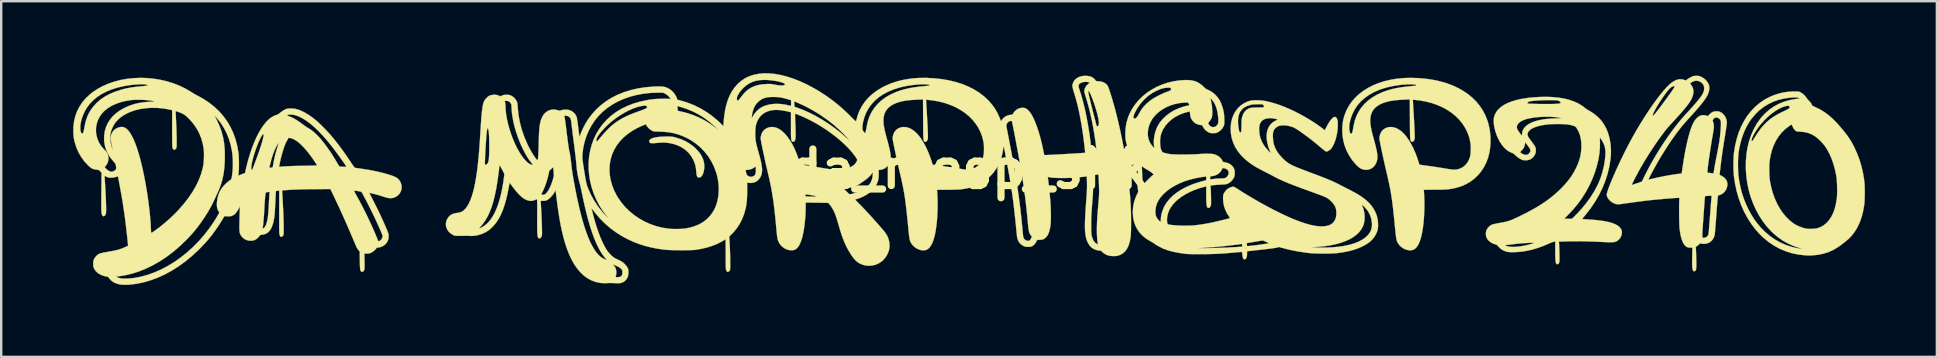
<source format=kicad_pcb>
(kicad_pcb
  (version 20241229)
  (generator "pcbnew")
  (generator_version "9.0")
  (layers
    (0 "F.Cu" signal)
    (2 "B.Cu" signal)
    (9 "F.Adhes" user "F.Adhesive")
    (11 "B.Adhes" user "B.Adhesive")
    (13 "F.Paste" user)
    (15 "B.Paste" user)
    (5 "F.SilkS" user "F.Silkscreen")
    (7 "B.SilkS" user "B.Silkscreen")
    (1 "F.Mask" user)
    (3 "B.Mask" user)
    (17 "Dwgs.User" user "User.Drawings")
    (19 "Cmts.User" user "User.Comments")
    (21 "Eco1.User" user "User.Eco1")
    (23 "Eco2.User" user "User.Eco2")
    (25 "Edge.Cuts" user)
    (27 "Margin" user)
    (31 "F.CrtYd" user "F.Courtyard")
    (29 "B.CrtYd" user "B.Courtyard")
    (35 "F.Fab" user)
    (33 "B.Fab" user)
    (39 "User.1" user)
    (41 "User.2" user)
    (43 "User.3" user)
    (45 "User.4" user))
  (footprint "da_mesp_silk"
    (layer "F.Cu")
    (at 37.314 3.991)
    (property "Reference" "da_mesp_silk" (at 0 0 0) (layer "F.SilkS") (effects (font (size 1.524 1.524) (thickness 0.3))))
    (attr through_hole)
    (fp_poly (pts (xy -12.528 -1.352) (xy -12.459 -1.351) (xy -12.404 -1.349) (xy -12.359 -1.345) (xy -12.318 -1.338) (xy -12.276 -1.33) (xy -12.229 -1.318) (xy -12.02 -1.253) (xy -11.823 -1.168) (xy -11.64 -1.063) (xy -11.473 -0.941) (xy -11.395 -0.871) (xy -11.27 -0.74) (xy -11.171 -0.607) (xy -11.096 -0.471) (xy -11.046 -0.333) (xy -11.021 -0.191) (xy -11.02 -0.045) (xy -11.024 -0.012) (xy -11.041 0.092) (xy -11.066 0.181) (xy -11.099 0.254) (xy -11.138 0.309) (xy -11.181 0.343) (xy -11.228 0.355) (xy -11.262 0.352) (xy -11.287 0.347) (xy -11.287 0.347) (xy -11.31 0.328) (xy -11.328 0.288) (xy -11.342 0.228) (xy -11.352 0.144) (xy -11.355 0.104) (xy -11.369 -0.033) (xy -11.393 -0.156) (xy -11.43 -0.271) (xy -11.48 -0.387) (xy -11.568 -0.539) (xy -11.674 -0.673) (xy -11.798 -0.791) (xy -11.94 -0.89) (xy -12.097 -0.971) (xy -12.27 -1.034) (xy -12.457 -1.077) (xy -12.594 -1.095) (xy -12.658 -1.1) (xy -12.715 -1.103) (xy -12.772 -1.102) (xy -12.836 -1.099) (xy -12.915 -1.093) (xy -12.978 -1.087) (xy -13.075 -1.078) (xy -13.15 -1.074) (xy -13.207 -1.074) (xy -13.247 -1.078) (xy -13.276 -1.088) (xy -13.295 -1.103) (xy -13.307 -1.124) (xy -13.316 -1.168) (xy -13.3 -1.209) (xy -13.262 -1.245) (xy -13.201 -1.276) (xy -13.12 -1.302) (xy -13.018 -1.323) (xy -12.898 -1.339) (xy -12.76 -1.348) (xy -12.617 -1.352) (xy -12.528 -1.352)) (stroke (width 0.01) (type solid)) (fill yes) (layer "F.SilkS"))
    (fp_poly (pts (xy 34.51 -3.231) (xy 34.551 -3.228) (xy 34.581 -3.223) (xy 34.608 -3.216) (xy 34.635 -3.204) (xy 34.649 -3.198) (xy 34.713 -3.16) (xy 34.779 -3.108) (xy 34.84 -3.048) (xy 34.887 -2.989) (xy 34.896 -2.975) (xy 34.919 -2.942) (xy 34.955 -2.898) (xy 34.996 -2.852) (xy 35.013 -2.836) (xy 35.068 -2.775) (xy 35.106 -2.721) (xy 35.12 -2.692) (xy 35.131 -2.666) (xy 35.144 -2.647) (xy 35.163 -2.63) (xy 35.193 -2.614) (xy 35.24 -2.592) (xy 35.266 -2.581) (xy 35.459 -2.487) (xy 35.644 -2.375) (xy 35.822 -2.244) (xy 35.996 -2.092) (xy 36.168 -1.917) (xy 36.249 -1.827) (xy 36.364 -1.693) (xy 36.463 -1.574) (xy 36.548 -1.466) (xy 36.623 -1.366) (xy 36.689 -1.27) (xy 36.749 -1.175) (xy 36.806 -1.077) (xy 36.861 -0.973) (xy 36.9 -0.895) (xy 37.016 -0.639) (xy 37.113 -0.381) (xy 37.193 -0.115) (xy 37.257 0.162) (xy 37.306 0.456) (xy 37.309 0.478) (xy 37.318 0.566) (xy 37.325 0.673) (xy 37.329 0.793) (xy 37.331 0.922) (xy 37.331 1.054) (xy 37.329 1.182) (xy 37.325 1.303) (xy 37.318 1.409) (xy 37.309 1.496) (xy 37.308 1.499) (xy 37.264 1.754) (xy 37.204 1.991) (xy 37.128 2.209) (xy 37.036 2.41) (xy 36.927 2.594) (xy 36.8 2.763) (xy 36.769 2.8) (xy 36.705 2.866) (xy 36.623 2.942) (xy 36.524 3.025) (xy 36.412 3.112) (xy 36.291 3.202) (xy 36.204 3.262) (xy 36.023 3.371) (xy 35.828 3.459) (xy 35.619 3.526) (xy 35.396 3.572) (xy 35.204 3.594) (xy 35.131 3.599) (xy 35.074 3.603) (xy 35.026 3.604) (xy 34.98 3.604) (xy 34.928 3.601) (xy 34.862 3.597) (xy 34.817 3.594) (xy 34.548 3.562) (xy 34.287 3.507) (xy 34.034 3.427) (xy 33.791 3.324) (xy 33.558 3.198) (xy 33.336 3.05) (xy 33.124 2.878) (xy 32.985 2.747) (xy 32.792 2.535) (xy 32.615 2.305) (xy 32.455 2.057) (xy 32.311 1.794) (xy 32.186 1.515) (xy 32.08 1.223) (xy 31.992 0.918) (xy 31.925 0.603) (xy 31.882 0.318) (xy 31.872 0.212) (xy 31.865 0.089) (xy 31.86 -0.047) (xy 31.859 -0.188) (xy 31.859 -0.202) (xy 32.049 -0.202) (xy 32.05 -0.068) (xy 32.054 0.061) (xy 32.06 0.179) (xy 32.068 0.28) (xy 32.072 0.311) (xy 32.092 0.445) (xy 32.117 0.588) (xy 32.146 0.731) (xy 32.177 0.865) (xy 32.208 0.982) (xy 32.208 0.984) (xy 32.284 1.217) (xy 32.375 1.449) (xy 32.48 1.675) (xy 32.597 1.89) (xy 32.721 2.089) (xy 32.814 2.218) (xy 32.989 2.43) (xy 33.178 2.62) (xy 33.378 2.79) (xy 33.591 2.938) (xy 33.813 3.063) (xy 34.046 3.166) (xy 34.287 3.245) (xy 34.471 3.288) (xy 34.565 3.306) (xy 34.634 3.318) (xy 34.678 3.325) (xy 34.698 3.325) (xy 34.693 3.32) (xy 34.664 3.308) (xy 34.61 3.291) (xy 34.588 3.284) (xy 34.343 3.199) (xy 34.114 3.096) (xy 33.898 2.972) (xy 33.694 2.827) (xy 33.499 2.659) (xy 33.422 2.584) (xy 33.241 2.385) (xy 33.074 2.166) (xy 32.922 1.93) (xy 32.787 1.678) (xy 32.669 1.413) (xy 32.57 1.137) (xy 32.501 0.895) (xy 32.444 0.634) (xy 32.404 0.371) (xy 32.381 0.099) (xy 32.377 -0.013) (xy 33.352 -0.013) (xy 33.354 0.114) (xy 33.358 0.239) (xy 33.365 0.356) (xy 33.375 0.458) (xy 33.381 0.502) (xy 33.431 0.753) (xy 33.497 0.994) (xy 33.58 1.224) (xy 33.677 1.44) (xy 33.788 1.641) (xy 33.913 1.826) (xy 34.049 1.992) (xy 34.197 2.137) (xy 34.354 2.262) (xy 34.368 2.271) (xy 34.472 2.333) (xy 34.592 2.39) (xy 34.717 2.438) (xy 34.841 2.473) (xy 34.919 2.489) (xy 34.983 2.495) (xy 35.062 2.496) (xy 35.147 2.494) (xy 35.23 2.488) (xy 35.304 2.479) (xy 35.35 2.469) (xy 35.491 2.418) (xy 35.62 2.345) (xy 35.737 2.251) (xy 35.841 2.135) (xy 35.932 1.999) (xy 36.01 1.843) (xy 36.075 1.668) (xy 36.125 1.474) (xy 36.161 1.263) (xy 36.171 1.183) (xy 36.176 1.108) (xy 36.179 1.014) (xy 36.18 0.908) (xy 36.179 0.794) (xy 36.177 0.678) (xy 36.172 0.567) (xy 36.166 0.465) (xy 36.158 0.378) (xy 36.151 0.324) (xy 36.098 0.054) (xy 36.029 -0.201) (xy 35.945 -0.441) (xy 35.845 -0.663) (xy 35.73 -0.866) (xy 35.703 -0.908) (xy 35.64 -0.994) (xy 35.563 -1.085) (xy 35.479 -1.174) (xy 35.392 -1.257) (xy 35.308 -1.327) (xy 35.249 -1.37) (xy 35.107 -1.449) (xy 34.959 -1.506) (xy 34.801 -1.541) (xy 34.639 -1.555) (xy 34.573 -1.558) (xy 34.527 -1.561) (xy 34.496 -1.568) (xy 34.472 -1.577) (xy 34.456 -1.587) (xy 34.413 -1.627) (xy 34.371 -1.683) (xy 34.334 -1.748) (xy 34.32 -1.779) (xy 34.306 -1.815) (xy 34.293 -1.84) (xy 34.289 -1.846) (xy 34.275 -1.844) (xy 34.246 -1.83) (xy 34.207 -1.807) (xy 34.187 -1.793) (xy 34.02 -1.665) (xy 33.871 -1.518) (xy 33.739 -1.354) (xy 33.626 -1.173) (xy 33.532 -0.976) (xy 33.456 -0.762) (xy 33.4 -0.532) (xy 33.368 -0.339) (xy 33.36 -0.247) (xy 33.354 -0.136) (xy 33.352 -0.013) (xy 32.377 -0.013) (xy 32.376 -0.025) (xy 32.378 -0.323) (xy 32.401 -0.612) (xy 32.445 -0.89) (xy 32.51 -1.156) (xy 32.527 -1.205) (xy 32.615 -1.205) (xy 32.617 -1.172) (xy 32.631 -1.156) (xy 32.637 -1.156) (xy 32.647 -1.166) (xy 32.668 -1.194) (xy 32.697 -1.237) (xy 32.732 -1.291) (xy 32.758 -1.333) (xy 32.876 -1.514) (xy 32.991 -1.674) (xy 33.107 -1.815) (xy 33.228 -1.94) (xy 33.356 -2.052) (xy 33.494 -2.153) (xy 33.646 -2.248) (xy 33.814 -2.338) (xy 33.896 -2.378) (xy 33.988 -2.421) (xy 34.06 -2.456) (xy 34.113 -2.483) (xy 34.151 -2.505) (xy 34.176 -2.523) (xy 34.191 -2.538) (xy 34.199 -2.553) (xy 34.201 -2.568) (xy 34.201 -2.573) (xy 34.191 -2.611) (xy 34.163 -2.632) (xy 34.118 -2.637) (xy 34.107 -2.635) (xy 33.981 -2.605) (xy 33.847 -2.553) (xy 33.709 -2.481) (xy 33.568 -2.392) (xy 33.427 -2.287) (xy 33.288 -2.169) (xy 33.154 -2.039) (xy 33.027 -1.899) (xy 32.908 -1.752) (xy 32.801 -1.599) (xy 32.708 -1.443) (xy 32.677 -1.383) (xy 32.645 -1.314) (xy 32.625 -1.254) (xy 32.615 -1.205) (xy 32.527 -1.205) (xy 32.596 -1.41) (xy 32.701 -1.651) (xy 32.827 -1.876) (xy 32.874 -1.949) (xy 33.017 -2.142) (xy 33.176 -2.315) (xy 33.35 -2.468) (xy 33.538 -2.599) (xy 33.74 -2.71) (xy 33.956 -2.799) (xy 34.185 -2.867) (xy 34.427 -2.913) (xy 34.459 -2.918) (xy 34.625 -2.939) (xy 34.575 -2.961) (xy 34.535 -2.974) (xy 34.484 -2.982) (xy 34.418 -2.984) (xy 34.333 -2.98) (xy 34.227 -2.972) (xy 34.22 -2.971) (xy 33.972 -2.937) (xy 33.737 -2.88) (xy 33.515 -2.802) (xy 33.307 -2.702) (xy 33.112 -2.581) (xy 32.93 -2.438) (xy 32.764 -2.275) (xy 32.611 -2.091) (xy 32.525 -1.968) (xy 32.409 -1.772) (xy 32.308 -1.557) (xy 32.221 -1.324) (xy 32.15 -1.078) (xy 32.095 -0.819) (xy 32.072 -0.665) (xy 32.062 -0.572) (xy 32.055 -0.46) (xy 32.051 -0.334) (xy 32.049 -0.202) (xy 31.859 -0.202) (xy 31.861 -0.328) (xy 31.865 -0.461) (xy 31.872 -0.581) (xy 31.881 -0.673) (xy 31.929 -0.969) (xy 31.994 -1.249) (xy 32.077 -1.514) (xy 32.179 -1.762) (xy 32.297 -1.993) (xy 32.433 -2.207) (xy 32.586 -2.403) (xy 32.755 -2.581) (xy 32.94 -2.74) (xy 33.141 -2.879) (xy 33.211 -2.92) (xy 33.422 -3.027) (xy 33.646 -3.113) (xy 33.878 -3.176) (xy 34.116 -3.215) (xy 34.356 -3.231) (xy 34.379 -3.231) (xy 34.455 -3.231) (xy 34.51 -3.231)) (stroke (width 0.01) (type solid)) (fill yes) (layer "F.SilkS"))
    (fp_poly (pts (xy 18.715 -3.788) (xy 19.028 -3.762) (xy 19.327 -3.719) (xy 19.612 -3.659) (xy 19.882 -3.582) (xy 20.136 -3.49) (xy 20.374 -3.381) (xy 20.595 -3.258) (xy 20.799 -3.12) (xy 20.984 -2.967) (xy 21.151 -2.801) (xy 21.298 -2.62) (xy 21.425 -2.426) (xy 21.531 -2.22) (xy 21.616 -2.001) (xy 21.654 -1.873) (xy 21.707 -1.626) (xy 21.735 -1.374) (xy 21.74 -1.121) (xy 21.721 -0.869) (xy 21.691 -0.684) (xy 21.635 -0.465) (xy 21.557 -0.26) (xy 21.46 -0.068) (xy 21.343 0.107) (xy 21.208 0.267) (xy 21.056 0.409) (xy 20.888 0.534) (xy 20.704 0.639) (xy 20.506 0.724) (xy 20.294 0.789) (xy 20.19 0.811) (xy 20.11 0.826) (xy 20.032 0.838) (xy 19.952 0.847) (xy 19.865 0.854) (xy 19.769 0.858) (xy 19.66 0.862) (xy 19.533 0.863) (xy 19.384 0.863) (xy 19.374 0.863) (xy 19.274 0.863) (xy 19.182 0.864) (xy 19.102 0.865) (xy 19.037 0.867) (xy 18.989 0.869) (xy 18.962 0.871) (xy 18.957 0.873) (xy 18.962 0.914) (xy 18.967 0.977) (xy 18.972 1.057) (xy 18.976 1.149) (xy 18.98 1.249) (xy 18.982 1.352) (xy 18.984 1.455) (xy 18.984 1.554) (xy 18.983 1.642) (xy 18.982 1.657) (xy 18.973 1.903) (xy 18.957 2.134) (xy 18.935 2.348) (xy 18.907 2.545) (xy 18.874 2.723) (xy 18.835 2.88) (xy 18.791 3.016) (xy 18.742 3.128) (xy 18.724 3.162) (xy 18.661 3.255) (xy 18.594 3.323) (xy 18.519 3.367) (xy 18.435 3.389) (xy 18.342 3.388) (xy 18.242 3.367) (xy 18.126 3.321) (xy 18.024 3.254) (xy 17.936 3.166) (xy 17.902 3.121) (xy 17.88 3.087) (xy 17.861 3.054) (xy 17.845 3.019) (xy 17.831 2.979) (xy 17.819 2.931) (xy 17.808 2.873) (xy 17.798 2.802) (xy 17.787 2.714) (xy 17.776 2.607) (xy 17.763 2.479) (xy 17.76 2.452) (xy 17.738 2.217) (xy 17.716 2.005) (xy 17.696 1.812) (xy 17.677 1.637) (xy 17.657 1.475) (xy 17.638 1.326) (xy 17.618 1.185) (xy 17.597 1.05) (xy 17.574 0.919) (xy 17.55 0.788) (xy 17.523 0.655) (xy 17.493 0.517) (xy 17.461 0.372) (xy 17.425 0.216) (xy 17.405 0.133) (xy 17.333 -0.18) (xy 17.263 -0.494) (xy 17.198 -0.8) (xy 17.144 -1.066) (xy 17.128 -1.144) (xy 17.118 -1.203) (xy 17.112 -1.247) (xy 17.11 -1.282) (xy 17.111 -1.313) (xy 17.115 -1.345) (xy 17.118 -1.363) (xy 17.148 -1.469) (xy 17.198 -1.561) (xy 17.266 -1.637) (xy 17.35 -1.695) (xy 17.449 -1.734) (xy 17.553 -1.75) (xy 17.668 -1.744) (xy 17.782 -1.714) (xy 17.897 -1.659) (xy 18.013 -1.579) (xy 18.045 -1.553) (xy 18.145 -1.455) (xy 18.244 -1.334) (xy 18.341 -1.193) (xy 18.435 -1.033) (xy 18.525 -0.857) (xy 18.608 -0.667) (xy 18.684 -0.466) (xy 18.727 -0.337) (xy 18.745 -0.279) (xy 18.761 -0.23) (xy 18.772 -0.196) (xy 18.777 -0.181) (xy 18.777 -0.181) (xy 18.79 -0.178) (xy 18.824 -0.173) (xy 18.875 -0.166) (xy 18.94 -0.157) (xy 19.015 -0.147) (xy 19.026 -0.145) (xy 19.243 -0.115) (xy 19.477 -0.081) (xy 19.719 -0.043) (xy 19.961 -0.002) (xy 19.974 0.000041) (xy 20.08 0.017) (xy 20.168 0.026) (xy 20.242 0.029) (xy 20.308 0.024) (xy 20.373 0.011) (xy 20.442 -0.009) (xy 20.455 -0.013) (xy 20.565 -0.064) (xy 20.663 -0.137) (xy 20.747 -0.229) (xy 20.817 -0.34) (xy 20.871 -0.467) (xy 20.885 -0.514) (xy 20.898 -0.579) (xy 20.908 -0.661) (xy 20.913 -0.756) (xy 20.915 -0.856) (xy 20.913 -0.955) (xy 20.906 -1.046) (xy 20.898 -1.107) (xy 20.851 -1.315) (xy 20.781 -1.514) (xy 20.689 -1.702) (xy 20.576 -1.879) (xy 20.443 -2.045) (xy 20.291 -2.198) (xy 20.121 -2.338) (xy 19.934 -2.463) (xy 19.731 -2.575) (xy 19.512 -2.67) (xy 19.279 -2.75) (xy 19.032 -2.813) (xy 18.773 -2.858) (xy 18.601 -2.877) (xy 18.502 -2.886) (xy 18.51 -2.748) (xy 18.512 -2.701) (xy 18.516 -2.632) (xy 18.521 -2.547) (xy 18.527 -2.45) (xy 18.533 -2.345) (xy 18.54 -2.237) (xy 18.542 -2.192) (xy 18.549 -2.076) (xy 18.556 -1.955) (xy 18.562 -1.834) (xy 18.567 -1.719) (xy 18.572 -1.617) (xy 18.575 -1.533) (xy 18.576 -1.519) (xy 18.578 -1.431) (xy 18.58 -1.365) (xy 18.58 -1.316) (xy 18.578 -1.28) (xy 18.574 -1.253) (xy 18.568 -1.231) (xy 18.56 -1.21) (xy 18.558 -1.204) (xy 18.529 -1.159) (xy 18.496 -1.134) (xy 18.46 -1.131) (xy 18.442 -1.139) (xy 18.43 -1.147) (xy 18.421 -1.156) (xy 18.413 -1.169) (xy 18.406 -1.188) (xy 18.4 -1.213) (xy 18.395 -1.248) (xy 18.391 -1.293) (xy 18.388 -1.351) (xy 18.386 -1.424) (xy 18.384 -1.513) (xy 18.383 -1.619) (xy 18.381 -1.746) (xy 18.38 -1.895) (xy 18.38 -2.066) (xy 18.38 -2.073) (xy 18.376 -2.896) (xy 18.297 -2.895) (xy 18.225 -2.894) (xy 18.136 -2.89) (xy 18.036 -2.884) (xy 17.934 -2.877) (xy 17.835 -2.869) (xy 17.747 -2.86) (xy 17.676 -2.851) (xy 17.668 -2.85) (xy 17.476 -2.814) (xy 17.306 -2.765) (xy 17.158 -2.705) (xy 17.032 -2.632) (xy 16.928 -2.547) (xy 16.847 -2.45) (xy 16.81 -2.388) (xy 16.771 -2.298) (xy 16.744 -2.2) (xy 16.729 -2.093) (xy 16.727 -1.975) (xy 16.738 -1.842) (xy 16.762 -1.695) (xy 16.799 -1.529) (xy 16.84 -1.372) (xy 16.887 -1.201) (xy 16.927 -1.053) (xy 16.959 -0.924) (xy 16.985 -0.813) (xy 17.004 -0.717) (xy 17.017 -0.635) (xy 17.025 -0.563) (xy 17.027 -0.501) (xy 17.025 -0.445) (xy 17.019 -0.398) (xy 16.989 -0.284) (xy 16.941 -0.185) (xy 16.878 -0.102) (xy 16.801 -0.037) (xy 16.713 0.008) (xy 16.616 0.032) (xy 16.512 0.034) (xy 16.434 0.02) (xy 16.362 -0.004) (xy 16.295 -0.04) (xy 16.227 -0.092) (xy 16.153 -0.162) (xy 16.124 -0.193) (xy 15.974 -0.373) (xy 15.846 -0.565) (xy 15.741 -0.766) (xy 15.66 -0.976) (xy 15.602 -1.193) (xy 15.569 -1.416) (xy 15.56 -1.644) (xy 15.561 -1.702) (xy 15.563 -1.723) (xy 15.851 -1.723) (xy 15.852 -1.683) (xy 15.859 -1.607) (xy 15.873 -1.545) (xy 15.891 -1.501) (xy 15.913 -1.476) (xy 15.937 -1.472) (xy 15.962 -1.49) (xy 15.974 -1.516) (xy 15.989 -1.565) (xy 16.004 -1.635) (xy 16.021 -1.724) (xy 16.032 -1.791) (xy 16.078 -1.998) (xy 16.146 -2.194) (xy 16.236 -2.377) (xy 16.347 -2.547) (xy 16.479 -2.704) (xy 16.632 -2.848) (xy 16.805 -2.977) (xy 16.998 -3.091) (xy 17.21 -3.19) (xy 17.264 -3.211) (xy 17.436 -3.272) (xy 17.614 -3.324) (xy 17.804 -3.367) (xy 18.008 -3.403) (xy 18.23 -3.432) (xy 18.386 -3.447) (xy 18.474 -3.456) (xy 18.54 -3.463) (xy 18.587 -3.469) (xy 18.618 -3.475) (xy 18.635 -3.481) (xy 18.643 -3.488) (xy 18.644 -3.493) (xy 18.637 -3.503) (xy 18.617 -3.512) (xy 18.58 -3.518) (xy 18.524 -3.523) (xy 18.446 -3.527) (xy 18.428 -3.527) (xy 18.26 -3.526) (xy 18.076 -3.514) (xy 17.884 -3.49) (xy 17.688 -3.458) (xy 17.495 -3.417) (xy 17.312 -3.369) (xy 17.146 -3.315) (xy 17.094 -3.295) (xy 16.873 -3.197) (xy 16.674 -3.085) (xy 16.496 -2.959) (xy 16.338 -2.818) (xy 16.202 -2.664) (xy 16.087 -2.495) (xy 15.993 -2.311) (xy 15.932 -2.154) (xy 15.887 -1.998) (xy 15.86 -1.855) (xy 15.851 -1.723) (xy 15.563 -1.723) (xy 15.571 -1.845) (xy 15.588 -1.973) (xy 15.613 -2.096) (xy 15.65 -2.223) (xy 15.66 -2.254) (xy 15.739 -2.452) (xy 15.841 -2.638) (xy 15.963 -2.813) (xy 16.105 -2.976) (xy 16.267 -3.125) (xy 16.446 -3.261) (xy 16.643 -3.383) (xy 16.855 -3.491) (xy 17.083 -3.583) (xy 17.324 -3.66) (xy 17.579 -3.72) (xy 17.846 -3.763) (xy 18.123 -3.789) (xy 18.39 -3.797) (xy 18.715 -3.788)) (stroke (width 0.01) (type solid)) (fill yes) (layer "F.SilkS"))
    (fp_poly (pts (xy 24.309 -2.998) (xy 24.565 -2.974) (xy 24.803 -2.935) (xy 25.022 -2.88) (xy 25.223 -2.81) (xy 25.405 -2.726) (xy 25.567 -2.626) (xy 25.66 -2.554) (xy 25.71 -2.515) (xy 25.766 -2.477) (xy 25.813 -2.45) (xy 25.946 -2.371) (xy 26.078 -2.279) (xy 26.2 -2.176) (xy 26.308 -2.07) (xy 26.377 -1.988) (xy 26.484 -1.829) (xy 26.575 -1.653) (xy 26.647 -1.462) (xy 26.702 -1.259) (xy 26.739 -1.045) (xy 26.756 -0.823) (xy 26.754 -0.595) (xy 26.74 -0.425) (xy 26.691 -0.115) (xy 26.618 0.192) (xy 26.52 0.496) (xy 26.399 0.796) (xy 26.254 1.09) (xy 26.086 1.377) (xy 25.896 1.656) (xy 25.684 1.926) (xy 25.659 1.956) (xy 25.552 2.081) (xy 25.606 2.088) (xy 25.637 2.091) (xy 25.687 2.095) (xy 25.752 2.099) (xy 25.826 2.104) (xy 25.888 2.108) (xy 26.123 2.126) (xy 26.334 2.15) (xy 26.521 2.18) (xy 26.685 2.215) (xy 26.826 2.257) (xy 26.945 2.306) (xy 27.041 2.36) (xy 27.116 2.422) (xy 27.17 2.49) (xy 27.186 2.521) (xy 27.209 2.585) (xy 27.214 2.65) (xy 27.204 2.724) (xy 27.191 2.772) (xy 27.155 2.853) (xy 27.102 2.926) (xy 27.037 2.983) (xy 26.993 3.009) (xy 26.958 3.024) (xy 26.923 3.036) (xy 26.885 3.045) (xy 26.841 3.051) (xy 26.788 3.054) (xy 26.722 3.054) (xy 26.64 3.052) (xy 26.538 3.048) (xy 26.432 3.042) (xy 26.167 3.03) (xy 25.901 3.021) (xy 25.639 3.014) (xy 25.387 3.012) (xy 25.15 3.012) (xy 24.938 3.016) (xy 24.584 3.026) (xy 24.592 3.091) (xy 24.595 3.121) (xy 24.597 3.172) (xy 24.6 3.241) (xy 24.603 3.322) (xy 24.606 3.413) (xy 24.608 3.499) (xy 24.611 3.617) (xy 24.612 3.713) (xy 24.611 3.788) (xy 24.607 3.846) (xy 24.601 3.889) (xy 24.591 3.919) (xy 24.577 3.941) (xy 24.559 3.955) (xy 24.537 3.965) (xy 24.528 3.968) (xy 24.502 3.968) (xy 24.481 3.947) (xy 24.48 3.946) (xy 24.468 3.923) (xy 24.458 3.892) (xy 24.45 3.851) (xy 24.444 3.797) (xy 24.44 3.729) (xy 24.437 3.642) (xy 24.435 3.536) (xy 24.435 3.406) (xy 24.435 3.023) (xy 24.375 3.031) (xy 24.339 3.04) (xy 24.288 3.058) (xy 24.229 3.081) (xy 24.17 3.107) (xy 23.949 3.203) (xy 23.717 3.287) (xy 23.484 3.356) (xy 23.284 3.403) (xy 23.156 3.426) (xy 23.024 3.444) (xy 22.892 3.457) (xy 22.764 3.464) (xy 22.646 3.467) (xy 22.541 3.464) (xy 22.453 3.455) (xy 22.417 3.448) (xy 22.309 3.411) (xy 22.207 3.357) (xy 22.118 3.287) (xy 22.046 3.207) (xy 22.034 3.19) (xy 22.009 3.169) (xy 22.333 3.169) (xy 22.374 3.191) (xy 22.456 3.223) (xy 22.559 3.242) (xy 22.684 3.247) (xy 22.83 3.24) (xy 22.997 3.22) (xy 23.123 3.198) (xy 23.257 3.169) (xy 23.387 3.135) (xy 23.482 3.107) (xy 23.528 3.092) (xy 23.551 3.082) (xy 23.555 3.077) (xy 23.541 3.075) (xy 23.533 3.075) (xy 23.479 3.074) (xy 23.405 3.076) (xy 23.316 3.08) (xy 23.218 3.086) (xy 23.116 3.092) (xy 23.015 3.099) (xy 22.92 3.107) (xy 22.838 3.115) (xy 22.772 3.123) (xy 22.752 3.125) (xy 22.675 3.137) (xy 22.592 3.147) (xy 22.514 3.155) (xy 22.46 3.16) (xy 22.333 3.169) (xy 22.009 3.169) (xy 22.004 3.165) (xy 21.949 3.144) (xy 21.94 3.142) (xy 21.837 3.105) (xy 21.744 3.054) (xy 21.665 2.99) (xy 21.604 2.917) (xy 21.576 2.866) (xy 21.551 2.784) (xy 21.544 2.692) (xy 21.554 2.602) (xy 21.581 2.526) (xy 21.628 2.452) (xy 21.691 2.386) (xy 21.762 2.336) (xy 21.789 2.322) (xy 21.82 2.311) (xy 21.871 2.298) (xy 21.936 2.283) (xy 22.011 2.267) (xy 22.083 2.253) (xy 22.201 2.232) (xy 22.299 2.213) (xy 22.382 2.195) (xy 22.455 2.176) (xy 22.523 2.156) (xy 22.59 2.132) (xy 22.661 2.103) (xy 22.737 2.069) (xy 24.811 2.069) (xy 24.95 2.073) (xy 25.008 2.075) (xy 25.058 2.077) (xy 25.093 2.079) (xy 25.106 2.08) (xy 25.122 2.073) (xy 25.151 2.051) (xy 25.189 2.019) (xy 25.219 1.991) (xy 25.386 1.82) (xy 25.552 1.635) (xy 25.711 1.441) (xy 25.856 1.247) (xy 25.919 1.156) (xy 26.074 0.907) (xy 26.205 0.659) (xy 26.312 0.407) (xy 26.397 0.149) (xy 26.462 -0.117) (xy 26.493 -0.298) (xy 26.513 -0.453) (xy 26.525 -0.589) (xy 26.527 -0.707) (xy 26.52 -0.811) (xy 26.503 -0.906) (xy 26.477 -0.994) (xy 26.447 -1.064) (xy 26.427 -1.105) (xy 26.401 -1.151) (xy 26.372 -1.2) (xy 26.343 -1.244) (xy 26.319 -1.281) (xy 26.301 -1.303) (xy 26.294 -1.308) (xy 26.293 -1.296) (xy 26.294 -1.263) (xy 26.294 -1.213) (xy 26.296 -1.151) (xy 26.298 -1.108) (xy 26.295 -0.867) (xy 26.271 -0.616) (xy 26.226 -0.358) (xy 26.161 -0.096) (xy 26.077 0.168) (xy 25.974 0.432) (xy 25.853 0.692) (xy 25.716 0.947) (xy 25.682 1.003) (xy 25.525 1.248) (xy 25.356 1.478) (xy 25.17 1.699) (xy 24.984 1.895) (xy 24.811 2.069) (xy 22.737 2.069) (xy 22.741 2.067) (xy 22.835 2.023) (xy 22.943 1.972) (xy 23.208 1.84) (xy 23.451 1.711) (xy 23.674 1.584) (xy 23.879 1.456) (xy 24.07 1.326) (xy 24.249 1.193) (xy 24.418 1.053) (xy 24.58 0.907) (xy 24.689 0.801) (xy 24.85 0.63) (xy 24.99 0.463) (xy 25.112 0.295) (xy 25.218 0.123) (xy 25.312 -0.057) (xy 25.393 -0.243) (xy 25.453 -0.423) (xy 25.494 -0.603) (xy 25.518 -0.787) (xy 25.524 -0.886) (xy 25.522 -1.082) (xy 25.5 -1.263) (xy 25.46 -1.428) (xy 25.4 -1.578) (xy 25.321 -1.711) (xy 25.313 -1.723) (xy 25.288 -1.751) (xy 25.257 -1.774) (xy 25.215 -1.794) (xy 25.158 -1.813) (xy 25.084 -1.83) (xy 24.988 -1.849) (xy 24.987 -1.849) (xy 24.919 -1.858) (xy 24.83 -1.865) (xy 24.725 -1.87) (xy 24.611 -1.873) (xy 24.492 -1.873) (xy 24.373 -1.871) (xy 24.259 -1.867) (xy 24.155 -1.86) (xy 24.066 -1.852) (xy 24.054 -1.85) (xy 23.884 -1.822) (xy 23.733 -1.788) (xy 23.603 -1.747) (xy 23.493 -1.7) (xy 23.406 -1.647) (xy 23.342 -1.589) (xy 23.303 -1.53) (xy 23.286 -1.487) (xy 23.28 -1.445) (xy 23.286 -1.403) (xy 23.303 -1.355) (xy 23.335 -1.3) (xy 23.382 -1.232) (xy 23.436 -1.162) (xy 23.481 -1.103) (xy 23.523 -1.044) (xy 23.56 -0.991) (xy 23.585 -0.95) (xy 23.587 -0.946) (xy 23.609 -0.901) (xy 23.622 -0.864) (xy 23.627 -0.822) (xy 23.628 -0.775) (xy 23.618 -0.676) (xy 23.585 -0.588) (xy 23.529 -0.508) (xy 23.507 -0.484) (xy 23.434 -0.424) (xy 23.357 -0.385) (xy 23.27 -0.365) (xy 23.202 -0.362) (xy 23.147 -0.363) (xy 23.105 -0.367) (xy 23.068 -0.378) (xy 23.024 -0.396) (xy 22.994 -0.411) (xy 22.915 -0.457) (xy 22.838 -0.516) (xy 22.791 -0.558) (xy 22.738 -0.607) (xy 22.695 -0.641) (xy 22.657 -0.663) (xy 22.619 -0.679) (xy 22.585 -0.694) (xy 22.978 -0.694) (xy 22.98 -0.691) (xy 23.061 -0.636) (xy 23.129 -0.602) (xy 23.19 -0.587) (xy 23.246 -0.59) (xy 23.287 -0.605) (xy 23.336 -0.639) (xy 23.376 -0.687) (xy 23.4 -0.74) (xy 23.401 -0.745) (xy 23.401 -0.779) (xy 23.389 -0.819) (xy 23.363 -0.87) (xy 23.321 -0.933) (xy 23.266 -1.006) (xy 23.181 -1.116) (xy 23.174 -1.041) (xy 23.156 -0.953) (xy 23.118 -0.872) (xy 23.058 -0.795) (xy 23.037 -0.774) (xy 23 -0.734) (xy 22.98 -0.708) (xy 22.978 -0.694) (xy 22.585 -0.694) (xy 22.511 -0.726) (xy 22.406 -0.797) (xy 22.306 -0.891) (xy 22.212 -1.005) (xy 22.125 -1.139) (xy 22.046 -1.29) (xy 21.99 -1.421) (xy 21.945 -1.554) (xy 21.909 -1.688) (xy 21.897 -1.753) (xy 22.834 -1.753) (xy 22.843 -1.686) (xy 22.858 -1.648) (xy 22.876 -1.618) (xy 22.904 -1.575) (xy 22.939 -1.525) (xy 22.963 -1.492) (xy 23.044 -1.383) (xy 23.053 -1.469) (xy 23.06 -1.523) (xy 23.072 -1.574) (xy 23.082 -1.607) (xy 23.136 -1.701) (xy 23.212 -1.786) (xy 23.312 -1.861) (xy 23.434 -1.928) (xy 23.577 -1.984) (xy 23.742 -2.03) (xy 23.927 -2.066) (xy 24.003 -2.077) (xy 24.067 -2.084) (xy 24.148 -2.091) (xy 24.241 -2.098) (xy 24.338 -2.103) (xy 24.432 -2.106) (xy 24.435 -2.107) (xy 24.708 -2.115) (xy 24.594 -2.137) (xy 24.447 -2.16) (xy 24.283 -2.173) (xy 24.107 -2.178) (xy 23.925 -2.175) (xy 23.742 -2.164) (xy 23.566 -2.145) (xy 23.401 -2.119) (xy 23.253 -2.085) (xy 23.241 -2.082) (xy 23.124 -2.043) (xy 23.025 -1.996) (xy 22.946 -1.942) (xy 22.887 -1.883) (xy 22.849 -1.819) (xy 22.834 -1.753) (xy 21.897 -1.753) (xy 21.885 -1.82) (xy 21.872 -1.944) (xy 21.872 -2.056) (xy 21.881 -2.136) (xy 21.918 -2.26) (xy 21.978 -2.376) (xy 22.062 -2.483) (xy 22.168 -2.58) (xy 22.297 -2.668) (xy 22.429 -2.736) (xy 23.271 -2.736) (xy 23.272 -2.733) (xy 23.289 -2.728) (xy 23.329 -2.724) (xy 23.387 -2.72) (xy 23.463 -2.717) (xy 23.551 -2.714) (xy 23.65 -2.711) (xy 23.756 -2.709) (xy 23.867 -2.708) (xy 23.979 -2.707) (xy 24.089 -2.707) (xy 24.194 -2.707) (xy 24.292 -2.708) (xy 24.379 -2.71) (xy 24.453 -2.713) (xy 24.509 -2.717) (xy 24.523 -2.718) (xy 24.577 -2.725) (xy 24.62 -2.732) (xy 24.648 -2.739) (xy 24.655 -2.742) (xy 24.662 -2.765) (xy 24.648 -2.792) (xy 24.616 -2.819) (xy 24.59 -2.834) (xy 24.567 -2.845) (xy 24.544 -2.852) (xy 24.517 -2.858) (xy 24.481 -2.862) (xy 24.432 -2.865) (xy 24.365 -2.866) (xy 24.283 -2.868) (xy 24.156 -2.869) (xy 24.02 -2.866) (xy 23.88 -2.862) (xy 23.742 -2.855) (xy 23.614 -2.846) (xy 23.502 -2.836) (xy 23.452 -2.83) (xy 23.395 -2.822) (xy 23.356 -2.813) (xy 23.329 -2.802) (xy 23.307 -2.786) (xy 23.3 -2.779) (xy 23.279 -2.754) (xy 23.271 -2.736) (xy 22.429 -2.736) (xy 22.447 -2.746) (xy 22.62 -2.814) (xy 22.814 -2.873) (xy 23.029 -2.921) (xy 23.264 -2.958) (xy 23.441 -2.978) (xy 23.746 -3) (xy 24.036 -3.007) (xy 24.309 -2.998)) (stroke (width 0.01) (type solid)) (fill yes) (layer "F.SilkS"))
    (fp_poly (pts (xy 30.373 -3.879) (xy 30.416 -3.876) (xy 30.451 -3.868) (xy 30.488 -3.854) (xy 30.533 -3.832) (xy 30.636 -3.769) (xy 30.724 -3.688) (xy 30.793 -3.595) (xy 30.813 -3.558) (xy 30.835 -3.511) (xy 30.847 -3.472) (xy 30.853 -3.43) (xy 30.854 -3.375) (xy 30.854 -3.372) (xy 30.851 -3.311) (xy 30.841 -3.249) (xy 30.823 -3.186) (xy 30.798 -3.12) (xy 30.763 -3.048) (xy 30.718 -2.971) (xy 30.662 -2.887) (xy 30.594 -2.794) (xy 30.512 -2.691) (xy 30.417 -2.576) (xy 30.307 -2.449) (xy 30.181 -2.307) (xy 30.038 -2.15) (xy 29.953 -2.057) (xy 29.792 -1.876) (xy 29.63 -1.678) (xy 29.466 -1.462) (xy 29.298 -1.227) (xy 29.125 -0.97) (xy 28.947 -0.691) (xy 28.865 -0.559) (xy 28.816 -0.478) (xy 28.764 -0.39) (xy 28.709 -0.295) (xy 28.653 -0.196) (xy 28.597 -0.096) (xy 28.543 0.002) (xy 28.492 0.096) (xy 28.445 0.184) (xy 28.404 0.263) (xy 28.37 0.33) (xy 28.344 0.383) (xy 28.328 0.42) (xy 28.324 0.438) (xy 28.324 0.439) (xy 28.337 0.438) (xy 28.371 0.432) (xy 28.418 0.421) (xy 28.476 0.407) (xy 28.48 0.406) (xy 28.621 0.373) (xy 28.775 0.339) (xy 28.939 0.306) (xy 29.105 0.275) (xy 29.268 0.247) (xy 29.422 0.223) (xy 29.56 0.204) (xy 29.626 0.197) (xy 29.667 0.191) (xy 29.696 0.186) (xy 29.705 0.183) (xy 29.707 0.164) (xy 29.709 0.15) (xy 30.769 0.15) (xy 30.831 0.158) (xy 30.884 0.166) (xy 30.941 0.174) (xy 30.956 0.176) (xy 30.994 0.181) (xy 31.02 0.181) (xy 31.027 0.179) (xy 31.032 0.164) (xy 31.039 0.129) (xy 31.047 0.08) (xy 31.056 0.02) (xy 31.057 0.019) (xy 31.065 -0.034) (xy 31.077 -0.107) (xy 31.093 -0.195) (xy 31.112 -0.293) (xy 31.131 -0.396) (xy 31.152 -0.5) (xy 31.153 -0.508) (xy 31.188 -0.683) (xy 31.218 -0.838) (xy 31.243 -0.974) (xy 31.264 -1.096) (xy 31.281 -1.206) (xy 31.295 -1.31) (xy 31.307 -1.409) (xy 31.316 -1.507) (xy 31.324 -1.608) (xy 31.331 -1.712) (xy 31.336 -1.81) (xy 31.338 -1.887) (xy 31.336 -1.946) (xy 31.33 -1.992) (xy 31.32 -2.028) (xy 31.304 -2.057) (xy 31.283 -2.084) (xy 31.247 -2.112) (xy 31.202 -2.135) (xy 31.191 -2.139) (xy 31.133 -2.148) (xy 31.086 -2.136) (xy 31.044 -2.102) (xy 31.023 -2.074) (xy 31.002 -2.043) (xy 30.995 -2.021) (xy 30.999 -1.998) (xy 31.008 -1.974) (xy 31.021 -1.936) (xy 31.032 -1.883) (xy 31.04 -1.829) (xy 31.043 -1.797) (xy 31.044 -1.765) (xy 31.043 -1.73) (xy 31.039 -1.687) (xy 31.031 -1.632) (xy 31.021 -1.563) (xy 31.006 -1.474) (xy 30.995 -1.41) (xy 30.967 -1.25) (xy 30.94 -1.084) (xy 30.913 -0.916) (xy 30.887 -0.749) (xy 30.863 -0.585) (xy 30.84 -0.43) (xy 30.82 -0.285) (xy 30.803 -0.155) (xy 30.789 -0.042) (xy 30.779 0.049) (xy 30.778 0.059) (xy 30.769 0.15) (xy 29.709 0.15) (xy 29.712 0.124) (xy 29.72 0.067) (xy 29.73 -0.003) (xy 29.742 -0.08) (xy 29.754 -0.162) (xy 29.767 -0.244) (xy 29.779 -0.322) (xy 29.79 -0.392) (xy 29.795 -0.422) (xy 29.842 -0.69) (xy 29.891 -0.937) (xy 29.941 -1.163) (xy 29.992 -1.366) (xy 30.044 -1.548) (xy 30.097 -1.706) (xy 30.151 -1.841) (xy 30.205 -1.951) (xy 30.243 -2.014) (xy 30.319 -2.109) (xy 30.399 -2.179) (xy 30.483 -2.225) (xy 30.572 -2.245) (xy 30.665 -2.241) (xy 30.728 -2.225) (xy 30.791 -2.203) (xy 30.863 -2.277) (xy 30.93 -2.337) (xy 30.994 -2.376) (xy 31.062 -2.398) (xy 31.141 -2.405) (xy 31.153 -2.405) (xy 31.229 -2.4) (xy 31.289 -2.385) (xy 31.308 -2.378) (xy 31.392 -2.327) (xy 31.465 -2.256) (xy 31.523 -2.17) (xy 31.563 -2.074) (xy 31.583 -1.971) (xy 31.585 -1.929) (xy 31.583 -1.899) (xy 31.577 -1.847) (xy 31.568 -1.778) (xy 31.556 -1.694) (xy 31.541 -1.6) (xy 31.525 -1.499) (xy 31.516 -1.439) (xy 31.465 -1.128) (xy 31.42 -0.84) (xy 31.382 -0.574) (xy 31.349 -0.326) (xy 31.325 -0.133) (xy 31.316 -0.049) (xy 31.306 0.03) (xy 31.298 0.098) (xy 31.292 0.152) (xy 31.288 0.186) (xy 31.287 0.193) (xy 31.28 0.24) (xy 31.369 0.287) (xy 31.454 0.342) (xy 31.524 0.407) (xy 31.574 0.48) (xy 31.592 0.523) (xy 31.609 0.611) (xy 31.604 0.705) (xy 31.58 0.799) (xy 31.538 0.886) (xy 31.48 0.962) (xy 31.473 0.969) (xy 31.428 1.007) (xy 31.377 1.042) (xy 31.326 1.07) (xy 31.282 1.088) (xy 31.259 1.092) (xy 31.231 1.097) (xy 31.221 1.102) (xy 31.216 1.117) (xy 31.21 1.155) (xy 31.203 1.218) (xy 31.195 1.305) (xy 31.185 1.417) (xy 31.174 1.554) (xy 31.161 1.716) (xy 31.154 1.816) (xy 31.141 1.993) (xy 31.129 2.147) (xy 31.119 2.279) (xy 31.11 2.391) (xy 31.103 2.485) (xy 31.096 2.563) (xy 31.09 2.626) (xy 31.085 2.677) (xy 31.08 2.718) (xy 31.075 2.75) (xy 31.07 2.775) (xy 31.065 2.795) (xy 31.06 2.811) (xy 31.056 2.822) (xy 31.019 2.897) (xy 30.969 2.969) (xy 30.929 3.012) (xy 30.862 3.06) (xy 30.779 3.096) (xy 30.688 3.117) (xy 30.596 3.121) (xy 30.533 3.113) (xy 30.467 3.099) (xy 30.418 3.148) (xy 30.381 3.181) (xy 30.344 3.211) (xy 30.328 3.221) (xy 30.305 3.236) (xy 30.293 3.251) (xy 30.291 3.275) (xy 30.294 3.315) (xy 30.297 3.345) (xy 30.299 3.398) (xy 30.302 3.467) (xy 30.305 3.55) (xy 30.307 3.643) (xy 30.31 3.741) (xy 30.31 3.759) (xy 30.313 3.879) (xy 30.314 3.976) (xy 30.313 4.053) (xy 30.311 4.113) (xy 30.307 4.158) (xy 30.3 4.192) (xy 30.29 4.216) (xy 30.278 4.233) (xy 30.262 4.247) (xy 30.26 4.248) (xy 30.227 4.265) (xy 30.202 4.26) (xy 30.182 4.238) (xy 30.169 4.213) (xy 30.158 4.182) (xy 30.15 4.142) (xy 30.144 4.09) (xy 30.141 4.024) (xy 30.139 3.942) (xy 30.139 3.84) (xy 30.141 3.716) (xy 30.142 3.667) (xy 30.15 3.277) (xy 30.06 3.277) (xy 29.992 3.273) (xy 29.941 3.26) (xy 29.924 3.252) (xy 29.86 3.208) (xy 29.804 3.144) (xy 29.754 3.06) (xy 29.711 2.954) (xy 29.674 2.827) (xy 29.659 2.756) (xy 30.562 2.756) (xy 30.563 2.798) (xy 30.566 2.828) (xy 30.571 2.849) (xy 30.578 2.861) (xy 30.588 2.868) (xy 30.6 2.87) (xy 30.615 2.87) (xy 30.624 2.87) (xy 30.66 2.865) (xy 30.702 2.85) (xy 30.715 2.845) (xy 30.755 2.82) (xy 30.785 2.788) (xy 30.807 2.745) (xy 30.823 2.685) (xy 30.833 2.607) (xy 30.837 2.561) (xy 30.844 2.467) (xy 30.852 2.36) (xy 30.861 2.245) (xy 30.871 2.123) (xy 30.88 1.998) (xy 30.89 1.872) (xy 30.899 1.749) (xy 30.909 1.631) (xy 30.917 1.521) (xy 30.925 1.422) (xy 30.932 1.336) (xy 30.937 1.267) (xy 30.942 1.218) (xy 30.944 1.191) (xy 30.944 1.191) (xy 30.951 1.118) (xy 30.87 1.118) (xy 30.815 1.119) (xy 30.761 1.122) (xy 30.731 1.125) (xy 30.674 1.133) (xy 30.66 1.3) (xy 30.657 1.345) (xy 30.651 1.413) (xy 30.645 1.5) (xy 30.637 1.602) (xy 30.629 1.718) (xy 30.62 1.843) (xy 30.611 1.974) (xy 30.601 2.109) (xy 30.598 2.148) (xy 30.588 2.302) (xy 30.579 2.432) (xy 30.572 2.54) (xy 30.566 2.629) (xy 30.563 2.7) (xy 30.562 2.756) (xy 29.659 2.756) (xy 29.643 2.676) (xy 29.617 2.501) (xy 29.614 2.477) (xy 29.61 2.429) (xy 29.607 2.359) (xy 29.604 2.272) (xy 29.601 2.17) (xy 29.599 2.058) (xy 29.598 1.94) (xy 29.597 1.818) (xy 29.597 1.698) (xy 29.597 1.583) (xy 29.598 1.476) (xy 29.6 1.381) (xy 29.602 1.321) (xy 29.607 1.2) (xy 29.526 1.204) (xy 29.436 1.209) (xy 29.325 1.217) (xy 29.197 1.227) (xy 29.058 1.238) (xy 28.911 1.251) (xy 28.761 1.264) (xy 28.612 1.278) (xy 28.468 1.292) (xy 28.335 1.306) (xy 28.217 1.32) (xy 28.15 1.328) (xy 28.085 1.336) (xy 28.004 1.346) (xy 27.911 1.359) (xy 27.809 1.372) (xy 27.703 1.387) (xy 27.595 1.401) (xy 27.491 1.416) (xy 27.394 1.429) (xy 27.308 1.441) (xy 27.237 1.452) (xy 27.185 1.459) (xy 27.163 1.463) (xy 27.107 1.469) (xy 27.048 1.471) (xy 27.012 1.469) (xy 26.928 1.45) (xy 26.845 1.413) (xy 26.767 1.363) (xy 26.699 1.303) (xy 26.642 1.235) (xy 26.603 1.165) (xy 26.583 1.095) (xy 26.581 1.07) (xy 26.587 1.025) (xy 26.604 0.96) (xy 26.63 0.875) (xy 26.666 0.774) (xy 26.71 0.659) (xy 27.622 0.659) (xy 27.634 0.659) (xy 27.665 0.652) (xy 27.713 0.638) (xy 27.773 0.618) (xy 27.834 0.598) (xy 28.046 0.524) (xy 28.162 0.284) (xy 28.3 0.011) (xy 28.451 -0.267) (xy 28.613 -0.546) (xy 28.782 -0.823) (xy 28.958 -1.095) (xy 29.138 -1.358) (xy 29.32 -1.61) (xy 29.501 -1.847) (xy 29.68 -2.066) (xy 29.855 -2.264) (xy 29.856 -2.265) (xy 29.993 -2.413) (xy 30.112 -2.545) (xy 30.216 -2.661) (xy 30.305 -2.764) (xy 30.381 -2.855) (xy 30.444 -2.934) (xy 30.496 -3.004) (xy 30.539 -3.065) (xy 30.572 -3.12) (xy 30.597 -3.169) (xy 30.6 -3.175) (xy 30.628 -3.257) (xy 30.64 -3.342) (xy 30.635 -3.423) (xy 30.615 -3.492) (xy 30.61 -3.501) (xy 30.563 -3.566) (xy 30.499 -3.62) (xy 30.425 -3.659) (xy 30.347 -3.678) (xy 30.281 -3.678) (xy 30.216 -3.661) (xy 30.145 -3.629) (xy 30.084 -3.592) (xy 30.049 -3.568) (xy 30.1 -3.502) (xy 30.155 -3.411) (xy 30.187 -3.314) (xy 30.195 -3.212) (xy 30.18 -3.102) (xy 30.141 -2.983) (xy 30.109 -2.914) (xy 30.071 -2.844) (xy 30.021 -2.766) (xy 29.958 -2.678) (xy 29.883 -2.58) (xy 29.793 -2.47) (xy 29.687 -2.348) (xy 29.566 -2.211) (xy 29.427 -2.059) (xy 29.332 -1.958) (xy 29.265 -1.885) (xy 29.198 -1.81) (xy 29.133 -1.737) (xy 29.077 -1.671) (xy 29.031 -1.617) (xy 29.015 -1.596) (xy 28.798 -1.305) (xy 28.58 -0.994) (xy 28.366 -0.67) (xy 28.16 -0.338) (xy 28.008 -0.08) (xy 27.972 -0.017) (xy 27.932 0.056) (xy 27.889 0.136) (xy 27.844 0.22) (xy 27.799 0.304) (xy 27.756 0.387) (xy 27.716 0.464) (xy 27.682 0.533) (xy 27.653 0.589) (xy 27.633 0.632) (xy 27.623 0.656) (xy 27.622 0.659) (xy 26.71 0.659) (xy 26.711 0.658) (xy 26.763 0.528) (xy 26.822 0.387) (xy 26.887 0.237) (xy 26.957 0.079) (xy 27.032 -0.085) (xy 27.11 -0.253) (xy 27.191 -0.423) (xy 27.274 -0.593) (xy 27.357 -0.761) (xy 27.442 -0.926) (xy 27.525 -1.085) (xy 27.573 -1.174) (xy 27.698 -1.401) (xy 27.826 -1.625) (xy 27.958 -1.845) (xy 28.09 -2.06) (xy 28.199 -2.23) (xy 28.495 -2.23) (xy 28.505 -2.223) (xy 28.527 -2.235) (xy 28.56 -2.266) (xy 28.571 -2.278) (xy 28.607 -2.321) (xy 28.653 -2.378) (xy 28.707 -2.447) (xy 28.767 -2.526) (xy 28.833 -2.613) (xy 28.902 -2.705) (xy 28.973 -2.801) (xy 29.043 -2.897) (xy 29.112 -2.992) (xy 29.178 -3.083) (xy 29.238 -3.168) (xy 29.292 -3.244) (xy 29.337 -3.31) (xy 29.372 -3.363) (xy 29.396 -3.401) (xy 29.406 -3.421) (xy 29.406 -3.423) (xy 29.398 -3.446) (xy 29.376 -3.454) (xy 29.342 -3.446) (xy 29.299 -3.426) (xy 29.252 -3.393) (xy 29.202 -3.35) (xy 29.175 -3.322) (xy 29.116 -3.254) (xy 29.051 -3.171) (xy 28.981 -3.076) (xy 28.909 -2.973) (xy 28.837 -2.865) (xy 28.766 -2.756) (xy 28.699 -2.648) (xy 28.638 -2.545) (xy 28.585 -2.449) (xy 28.542 -2.365) (xy 28.511 -2.296) (xy 28.498 -2.257) (xy 28.495 -2.23) (xy 28.199 -2.23) (xy 28.223 -2.267) (xy 28.355 -2.467) (xy 28.485 -2.656) (xy 28.613 -2.834) (xy 28.736 -2.998) (xy 28.855 -3.149) (xy 28.968 -3.284) (xy 29.073 -3.401) (xy 29.171 -3.5) (xy 29.26 -3.578) (xy 29.323 -3.625) (xy 29.43 -3.687) (xy 29.53 -3.726) (xy 29.627 -3.742) (xy 29.721 -3.736) (xy 29.79 -3.719) (xy 29.88 -3.688) (xy 29.929 -3.731) (xy 29.963 -3.756) (xy 30.012 -3.786) (xy 30.066 -3.816) (xy 30.085 -3.826) (xy 30.137 -3.851) (xy 30.175 -3.867) (xy 30.21 -3.876) (xy 30.251 -3.879) (xy 30.306 -3.88) (xy 30.315 -3.88) (xy 30.373 -3.879)) (stroke (width 0.01) (type solid)) (fill yes) (layer "F.SilkS"))
    (fp_poly (pts (xy -34.24 -3.789) (xy -33.963 -3.762) (xy -33.689 -3.718) (xy -33.418 -3.655) (xy -33.154 -3.574) (xy -32.898 -3.475) (xy -32.652 -3.357) (xy -32.418 -3.221) (xy -32.393 -3.205) (xy -32.327 -3.163) (xy -32.251 -3.119) (xy -32.177 -3.078) (xy -32.142 -3.06) (xy -31.884 -2.917) (xy -31.645 -2.759) (xy -31.427 -2.586) (xy -31.229 -2.398) (xy -31.052 -2.195) (xy -30.895 -1.977) (xy -30.76 -1.746) (xy -30.645 -1.5) (xy -30.552 -1.24) (xy -30.48 -0.967) (xy -30.43 -0.681) (xy -30.429 -0.679) (xy -30.422 -0.605) (xy -30.416 -0.512) (xy -30.411 -0.406) (xy -30.409 -0.293) (xy -30.408 -0.179) (xy -30.409 -0.07) (xy -30.412 0.027) (xy -30.418 0.106) (xy -30.419 0.122) (xy -30.436 0.277) (xy -30.404 0.264) (xy -30.378 0.253) (xy -30.335 0.237) (xy -30.285 0.217) (xy -30.265 0.209) (xy -30.157 0.168) (xy -30.11 -0.034) (xy -30.106 -0.051) (xy -29.895 -0.051) (xy -29.891 0.002) (xy -29.883 0.025) (xy -29.878 0.036) (xy -29.873 0.042) (xy -29.867 0.043) (xy -29.86 0.036) (xy -29.85 0.019) (xy -29.837 -0.011) (xy -29.819 -0.056) (xy -29.818 -0.058) (xy -29.14 -0.058) (xy -29.131 -0.052) (xy -29.105 -0.053) (xy -29.079 -0.056) (xy -29.04 -0.063) (xy -29.013 -0.07) (xy -29.005 -0.074) (xy -29 -0.09) (xy -28.998 -0.098) (xy -28.737 -0.098) (xy -28.728 -0.092) (xy -28.703 -0.092) (xy -28.668 -0.095) (xy -28.629 -0.098) (xy -28.571 -0.103) (xy -28.501 -0.108) (xy -28.426 -0.113) (xy -28.391 -0.115) (xy -28.332 -0.118) (xy -28.251 -0.121) (xy -28.154 -0.124) (xy -28.044 -0.128) (xy -27.925 -0.131) (xy -27.803 -0.133) (xy -27.681 -0.135) (xy -27.67 -0.136) (xy -27.558 -0.137) (xy -27.455 -0.139) (xy -27.362 -0.142) (xy -27.283 -0.144) (xy -27.221 -0.146) (xy -27.177 -0.147) (xy -27.155 -0.149) (xy -27.153 -0.149) (xy -27.159 -0.163) (xy -27.178 -0.194) (xy -27.206 -0.237) (xy -27.241 -0.29) (xy -27.28 -0.349) (xy -27.321 -0.409) (xy -27.361 -0.466) (xy -27.398 -0.518) (xy -27.4 -0.521) (xy -27.524 -0.685) (xy -27.645 -0.831) (xy -27.764 -0.959) (xy -27.879 -1.068) (xy -27.988 -1.156) (xy -28.092 -1.223) (xy -28.188 -1.268) (xy -28.277 -1.291) (xy -28.279 -1.291) (xy -28.34 -1.298) (xy -28.393 -1.205) (xy -28.423 -1.151) (xy -28.451 -1.097) (xy -28.472 -1.052) (xy -28.474 -1.048) (xy -28.516 -0.941) (xy -28.559 -0.814) (xy -28.601 -0.676) (xy -28.642 -0.53) (xy -28.677 -0.385) (xy -28.707 -0.245) (xy -28.708 -0.241) (xy -28.718 -0.189) (xy -28.728 -0.145) (xy -28.734 -0.116) (xy -28.736 -0.11) (xy -28.737 -0.098) (xy -28.998 -0.098) (xy -28.992 -0.124) (xy -28.984 -0.17) (xy -28.983 -0.178) (xy -28.96 -0.305) (xy -28.931 -0.444) (xy -28.898 -0.586) (xy -28.862 -0.723) (xy -28.826 -0.847) (xy -28.811 -0.892) (xy -28.79 -0.959) (xy -28.771 -1.016) (xy -28.758 -1.059) (xy -28.75 -1.086) (xy -28.749 -1.092) (xy -28.757 -1.082) (xy -28.776 -1.056) (xy -28.801 -1.018) (xy -28.812 -1.002) (xy -28.877 -0.887) (xy -28.939 -0.747) (xy -29 -0.582) (xy -29.059 -0.392) (xy -29.115 -0.176) (xy -29.14 -0.071) (xy -29.14 -0.058) (xy -29.818 -0.058) (xy -29.795 -0.117) (xy -29.765 -0.198) (xy -29.727 -0.299) (xy -29.719 -0.32) (xy -29.645 -0.521) (xy -29.58 -0.706) (xy -29.522 -0.875) (xy -29.474 -1.025) (xy -29.435 -1.156) (xy -29.405 -1.268) (xy -29.386 -1.357) (xy -29.381 -1.387) (xy -29.379 -1.429) (xy -29.386 -1.448) (xy -29.403 -1.447) (xy -29.426 -1.426) (xy -29.456 -1.387) (xy -29.49 -1.33) (xy -29.518 -1.276) (xy -29.57 -1.166) (xy -29.621 -1.047) (xy -29.669 -0.922) (xy -29.715 -0.795) (xy -29.758 -0.667) (xy -29.796 -0.542) (xy -29.829 -0.423) (xy -29.856 -0.311) (xy -29.876 -0.21) (xy -29.89 -0.122) (xy -29.895 -0.051) (xy -30.106 -0.051) (xy -30.04 -0.316) (xy -29.962 -0.584) (xy -29.878 -0.837) (xy -29.788 -1.073) (xy -29.693 -1.291) (xy -29.593 -1.491) (xy -29.489 -1.67) (xy -29.381 -1.827) (xy -29.271 -1.962) (xy -29.158 -2.074) (xy -29.108 -2.115) (xy -29.045 -2.158) (xy -28.975 -2.198) (xy -28.906 -2.231) (xy -28.902 -2.233) (xy -28.4 -2.233) (xy -28.388 -2.224) (xy -28.357 -2.211) (xy -28.32 -2.197) (xy -28.214 -2.154) (xy -28.108 -2.1) (xy -27.996 -2.034) (xy -27.876 -1.953) (xy -27.744 -1.856) (xy -27.685 -1.812) (xy -27.622 -1.768) (xy -27.563 -1.73) (xy -27.526 -1.708) (xy -27.397 -1.626) (xy -27.264 -1.52) (xy -27.127 -1.388) (xy -26.985 -1.232) (xy -26.84 -1.051) (xy -26.69 -0.845) (xy -26.535 -0.615) (xy -26.377 -0.359) (xy -26.354 -0.321) (xy -26.224 -0.103) (xy -26.152 -0.098) (xy -26.07 -0.094) (xy -26.006 -0.091) (xy -25.96 -0.091) (xy -25.936 -0.094) (xy -25.933 -0.096) (xy -25.941 -0.112) (xy -25.962 -0.147) (xy -25.994 -0.196) (xy -26.037 -0.258) (xy -26.087 -0.331) (xy -26.144 -0.412) (xy -26.206 -0.497) (xy -26.27 -0.586) (xy -26.336 -0.675) (xy -26.4 -0.761) (xy -26.462 -0.843) (xy -26.519 -0.918) (xy -26.564 -0.975) (xy -26.751 -1.203) (xy -26.931 -1.408) (xy -27.105 -1.59) (xy -27.272 -1.75) (xy -27.434 -1.888) (xy -27.591 -2.005) (xy -27.744 -2.102) (xy -27.893 -2.178) (xy -28.025 -2.231) (xy -28.091 -2.249) (xy -28.164 -2.261) (xy -28.236 -2.267) (xy -28.302 -2.267) (xy -28.356 -2.259) (xy -28.384 -2.249) (xy -28.398 -2.24) (xy -28.4 -2.233) (xy -28.902 -2.233) (xy -28.846 -2.252) (xy -28.829 -2.256) (xy -28.791 -2.271) (xy -28.746 -2.3) (xy -28.724 -2.318) (xy -28.635 -2.39) (xy -28.54 -2.451) (xy -28.459 -2.491) (xy -28.425 -2.504) (xy -28.392 -2.513) (xy -28.351 -2.517) (xy -28.298 -2.519) (xy -28.238 -2.519) (xy -28.164 -2.518) (xy -28.106 -2.514) (xy -28.055 -2.506) (xy -28.002 -2.493) (xy -27.972 -2.484) (xy -27.825 -2.43) (xy -27.671 -2.355) (xy -27.511 -2.26) (xy -27.349 -2.148) (xy -27.197 -2.028) (xy -27.122 -1.961) (xy -27.034 -1.879) (xy -26.939 -1.786) (xy -26.84 -1.685) (xy -26.741 -1.58) (xy -26.645 -1.477) (xy -26.558 -1.379) (xy -26.509 -1.321) (xy -26.367 -1.146) (xy -26.219 -0.954) (xy -26.07 -0.751) (xy -25.923 -0.543) (xy -25.793 -0.35) (xy -25.735 -0.263) (xy -25.69 -0.195) (xy -25.654 -0.143) (xy -25.627 -0.105) (xy -25.606 -0.08) (xy -25.59 -0.063) (xy -25.576 -0.053) (xy -25.562 -0.048) (xy -25.547 -0.046) (xy -25.546 -0.046) (xy -25.517 -0.041) (xy -25.468 -0.034) (xy -25.404 -0.025) (xy -25.331 -0.015) (xy -25.267 -0.005) (xy -24.939 0.047) (xy -24.63 0.11) (xy -24.34 0.182) (xy -24.098 0.255) (xy -23.991 0.292) (xy -23.905 0.328) (xy -23.836 0.365) (xy -23.782 0.405) (xy -23.738 0.452) (xy -23.7 0.507) (xy -23.679 0.547) (xy -23.642 0.646) (xy -23.628 0.746) (xy -23.637 0.845) (xy -23.667 0.939) (xy -23.715 1.024) (xy -23.782 1.098) (xy -23.865 1.157) (xy -23.957 1.196) (xy -24.035 1.213) (xy -24.115 1.217) (xy -24.204 1.206) (xy -24.304 1.18) (xy -24.357 1.163) (xy -24.488 1.121) (xy -24.623 1.08) (xy -24.754 1.045) (xy -24.869 1.018) (xy -24.978 0.994) (xy -24.796 1.351) (xy -24.697 1.547) (xy -24.608 1.728) (xy -24.525 1.9) (xy -24.446 2.071) (xy -24.367 2.246) (xy -24.292 2.419) (xy -24.254 2.507) (xy -24.225 2.576) (xy -24.204 2.63) (xy -24.19 2.672) (xy -24.18 2.707) (xy -24.175 2.739) (xy -24.172 2.771) (xy -24.171 2.781) (xy -24.177 2.888) (xy -24.205 2.987) (xy -24.254 3.075) (xy -24.32 3.15) (xy -24.403 3.21) (xy -24.5 3.252) (xy -24.601 3.272) (xy -24.641 3.278) (xy -24.668 3.285) (xy -24.676 3.29) (xy -24.686 3.311) (xy -24.712 3.342) (xy -24.749 3.379) (xy -24.792 3.416) (xy -24.837 3.45) (xy -24.878 3.477) (xy -24.888 3.482) (xy -24.934 3.503) (xy -24.974 3.516) (xy -25.016 3.522) (xy -25.072 3.523) (xy -25.078 3.524) (xy -25.184 3.524) (xy -25.176 3.835) (xy -25.174 3.946) (xy -25.173 4.034) (xy -25.175 4.103) (xy -25.179 4.156) (xy -25.186 4.196) (xy -25.196 4.225) (xy -25.211 4.247) (xy -25.229 4.265) (xy -25.237 4.271) (xy -25.273 4.288) (xy -25.305 4.281) (xy -25.333 4.249) (xy -25.344 4.225) (xy -25.351 4.207) (xy -25.356 4.184) (xy -25.361 4.154) (xy -25.364 4.114) (xy -25.367 4.06) (xy -25.369 3.99) (xy -25.371 3.9) (xy -25.372 3.804) (xy -25.377 3.436) (xy -25.432 3.375) (xy -25.471 3.324) (xy -25.51 3.253) (xy -25.546 3.172) (xy -25.715 2.773) (xy -25.878 2.396) (xy -26.037 2.037) (xy -26.192 1.694) (xy -26.346 1.364) (xy -26.429 1.189) (xy -26.565 0.905) (xy -25.611 0.905) (xy -25.608 0.918) (xy -25.593 0.949) (xy -25.571 0.994) (xy -25.541 1.05) (xy -25.522 1.084) (xy -25.439 1.236) (xy -25.349 1.402) (xy -25.258 1.577) (xy -25.169 1.751) (xy -25.086 1.918) (xy -25.025 2.045) (xy -24.976 2.15) (xy -24.925 2.26) (xy -24.873 2.373) (xy -24.823 2.484) (xy -24.776 2.591) (xy -24.733 2.69) (xy -24.696 2.778) (xy -24.665 2.852) (xy -24.643 2.907) (xy -24.635 2.931) (xy -24.617 2.979) (xy -24.598 3.004) (xy -24.574 3.007) (xy -24.54 2.991) (xy -24.514 2.973) (xy -24.468 2.926) (xy -24.437 2.868) (xy -24.425 2.807) (xy -24.427 2.776) (xy -24.437 2.745) (xy -24.456 2.694) (xy -24.484 2.626) (xy -24.519 2.542) (xy -24.562 2.446) (xy -24.609 2.34) (xy -24.661 2.227) (xy -24.716 2.108) (xy -24.773 1.987) (xy -24.83 1.867) (xy -24.888 1.75) (xy -24.94 1.645) (xy -24.986 1.553) (xy -25.033 1.459) (xy -25.082 1.366) (xy -25.129 1.275) (xy -25.174 1.19) (xy -25.215 1.113) (xy -25.249 1.049) (xy -25.277 0.999) (xy -25.296 0.967) (xy -25.304 0.955) (xy -25.321 0.948) (xy -25.356 0.939) (xy -25.404 0.929) (xy -25.458 0.92) (xy -25.511 0.911) (xy -25.559 0.906) (xy -25.594 0.903) (xy -25.611 0.905) (xy -25.611 0.905) (xy -26.565 0.905) (xy -26.599 0.835) (xy -27.311 0.842) (xy -27.492 0.844) (xy -27.664 0.847) (xy -27.823 0.851) (xy -27.967 0.855) (xy -28.093 0.859) (xy -28.2 0.864) (xy -28.283 0.868) (xy -28.289 0.869) (xy -28.37 0.875) (xy -28.444 0.88) (xy -28.507 0.884) (xy -28.553 0.887) (xy -28.58 0.889) (xy -28.583 0.889) (xy -28.597 0.89) (xy -28.605 0.898) (xy -28.608 0.918) (xy -28.607 0.955) (xy -28.605 0.987) (xy -28.603 1.023) (xy -28.6 1.08) (xy -28.596 1.155) (xy -28.591 1.245) (xy -28.585 1.346) (xy -28.579 1.455) (xy -28.573 1.569) (xy -28.573 1.575) (xy -28.566 1.702) (xy -28.56 1.838) (xy -28.555 1.975) (xy -28.55 2.109) (xy -28.547 2.234) (xy -28.545 2.342) (xy -28.544 2.401) (xy -28.544 2.503) (xy -28.544 2.584) (xy -28.545 2.645) (xy -28.547 2.69) (xy -28.55 2.722) (xy -28.554 2.745) (xy -28.559 2.761) (xy -28.566 2.773) (xy -28.596 2.805) (xy -28.633 2.824) (xy -28.666 2.825) (xy -28.67 2.824) (xy -28.685 2.809) (xy -28.702 2.778) (xy -28.711 2.758) (xy -28.715 2.745) (xy -28.719 2.73) (xy -28.722 2.711) (xy -28.725 2.687) (xy -28.727 2.654) (xy -28.729 2.612) (xy -28.73 2.558) (xy -28.731 2.491) (xy -28.732 2.409) (xy -28.732 2.31) (xy -28.732 2.192) (xy -28.732 2.053) (xy -28.732 1.892) (xy -28.732 1.799) (xy -28.73 0.899) (xy -28.795 0.907) (xy -28.833 0.913) (xy -28.859 0.919) (xy -28.866 0.922) (xy -28.868 0.936) (xy -28.871 0.971) (xy -28.875 1.023) (xy -28.878 1.088) (xy -28.882 1.159) (xy -28.89 1.334) (xy -28.897 1.485) (xy -28.904 1.615) (xy -28.91 1.725) (xy -28.916 1.818) (xy -28.923 1.895) (xy -28.929 1.959) (xy -28.935 2.01) (xy -28.937 2.026) (xy -28.968 2.192) (xy -29.008 2.335) (xy -29.057 2.456) (xy -29.116 2.554) (xy -29.185 2.631) (xy -29.265 2.688) (xy -29.356 2.724) (xy -29.442 2.739) (xy -29.485 2.744) (xy -29.515 2.751) (xy -29.527 2.757) (xy -29.527 2.757) (xy -29.536 2.77) (xy -29.557 2.797) (xy -29.588 2.832) (xy -29.598 2.844) (xy -29.668 2.91) (xy -29.738 2.954) (xy -29.814 2.98) (xy -29.901 2.99) (xy -29.913 2.99) (xy -30.026 2.98) (xy -30.127 2.947) (xy -30.215 2.893) (xy -30.291 2.817) (xy -30.311 2.789) (xy -30.333 2.756) (xy -30.351 2.724) (xy -30.365 2.691) (xy -30.375 2.654) (xy -30.382 2.609) (xy -30.387 2.554) (xy -30.39 2.486) (xy -30.39 2.471) (xy -29.422 2.471) (xy -29.405 2.475) (xy -29.373 2.459) (xy -29.368 2.456) (xy -29.327 2.415) (xy -29.29 2.35) (xy -29.257 2.261) (xy -29.229 2.149) (xy -29.206 2.013) (xy -29.205 2.007) (xy -29.198 1.952) (xy -29.192 1.899) (xy -29.186 1.843) (xy -29.181 1.78) (xy -29.176 1.706) (xy -29.171 1.619) (xy -29.165 1.514) (xy -29.159 1.391) (xy -29.155 1.305) (xy -29.15 1.222) (xy -29.146 1.147) (xy -29.142 1.085) (xy -29.139 1.043) (xy -29.13 0.949) (xy -29.18 0.958) (xy -29.234 0.967) (xy -29.268 0.975) (xy -29.287 0.984) (xy -29.297 0.999) (xy -29.301 1.022) (xy -29.303 1.039) (xy -29.313 1.12) (xy -29.322 1.221) (xy -29.331 1.342) (xy -29.341 1.485) (xy -29.351 1.652) (xy -29.356 1.753) (xy -29.365 1.896) (xy -29.374 2.029) (xy -29.384 2.151) (xy -29.394 2.256) (xy -29.404 2.345) (xy -29.414 2.412) (xy -29.422 2.448) (xy -29.422 2.471) (xy -30.39 2.471) (xy -30.39 2.401) (xy -30.389 2.297) (xy -30.387 2.178) (xy -30.384 2.073) (xy -30.382 1.971) (xy -30.379 1.876) (xy -30.377 1.792) (xy -30.374 1.724) (xy -30.372 1.676) (xy -30.371 1.664) (xy -30.364 1.556) (xy -30.417 1.651) (xy -30.473 1.746) (xy -30.526 1.819) (xy -30.578 1.876) (xy -30.634 1.919) (xy -30.697 1.951) (xy -30.709 1.957) (xy -30.746 1.966) (xy -30.8 1.972) (xy -30.861 1.975) (xy -30.92 1.973) (xy -30.967 1.968) (xy -30.977 1.965) (xy -30.992 1.963) (xy -31.005 1.966) (xy -31.019 1.979) (xy -31.037 2.004) (xy -31.063 2.045) (xy -31.09 2.092) (xy -31.124 2.149) (xy -31.169 2.22) (xy -31.219 2.299) (xy -31.271 2.378) (xy -31.307 2.432) (xy -31.434 2.614) (xy -31.561 2.783) (xy -31.694 2.946) (xy -31.837 3.107) (xy -31.993 3.271) (xy -32.121 3.398) (xy -32.381 3.638) (xy -32.649 3.858) (xy -32.925 4.057) (xy -33.206 4.235) (xy -33.492 4.391) (xy -33.781 4.524) (xy -34.073 4.633) (xy -34.367 4.719) (xy -34.661 4.781) (xy -34.898 4.813) (xy -34.997 4.82) (xy -35.099 4.824) (xy -35.197 4.824) (xy -35.286 4.82) (xy -35.359 4.812) (xy -35.389 4.807) (xy -35.513 4.772) (xy -35.618 4.726) (xy -35.707 4.667) (xy -35.783 4.592) (xy -35.816 4.551) (xy -35.847 4.512) (xy -35.871 4.491) (xy -35.888 4.486) (xy -35.528 4.486) (xy -35.479 4.511) (xy -35.419 4.536) (xy -35.352 4.554) (xy -35.274 4.564) (xy -35.179 4.567) (xy -35.095 4.566) (xy -35.014 4.562) (xy -34.926 4.556) (xy -34.844 4.548) (xy -34.777 4.54) (xy -34.491 4.486) (xy -34.204 4.407) (xy -33.919 4.304) (xy -33.637 4.179) (xy -33.36 4.032) (xy -33.087 3.865) (xy -32.822 3.677) (xy -32.565 3.471) (xy -32.317 3.246) (xy -32.079 3.004) (xy -31.854 2.746) (xy -31.642 2.473) (xy -31.477 2.235) (xy -31.434 2.168) (xy -31.389 2.097) (xy -31.347 2.027) (xy -31.307 1.962) (xy -31.274 1.904) (xy -31.249 1.858) (xy -31.233 1.827) (xy -31.229 1.816) (xy -31.236 1.799) (xy -31.252 1.77) (xy -31.267 1.745) (xy -31.298 1.685) (xy -31.318 1.617) (xy -31.328 1.537) (xy -31.328 1.438) (xy -31.327 1.403) (xy -31.306 1.229) (xy -31.263 1.067) (xy -31.198 0.916) (xy -31.123 0.795) (xy -31.076 0.736) (xy -31.015 0.67) (xy -30.946 0.603) (xy -30.877 0.54) (xy -30.813 0.49) (xy -30.793 0.476) (xy -30.764 0.457) (xy -30.744 0.44) (xy -30.729 0.421) (xy -30.718 0.396) (xy -30.71 0.36) (xy -30.701 0.308) (xy -30.691 0.236) (xy -30.69 0.227) (xy -30.67 0.035) (xy -30.662 -0.169) (xy -30.664 -0.377) (xy -30.678 -0.579) (xy -30.702 -0.768) (xy -30.704 -0.776) (xy -30.76 -1.035) (xy -30.837 -1.284) (xy -30.936 -1.522) (xy -31.056 -1.747) (xy -31.195 -1.957) (xy -31.354 -2.151) (xy -31.364 -2.163) (xy -31.429 -2.234) (xy -31.332 -2.041) (xy -31.225 -1.809) (xy -31.139 -1.579) (xy -31.075 -1.344) (xy -31.03 -1.103) (xy -31.004 -0.85) (xy -30.996 -0.616) (xy -30.999 -0.368) (xy -31.01 -0.14) (xy -31.031 0.071) (xy -31.062 0.268) (xy -31.103 0.455) (xy -31.156 0.636) (xy -31.221 0.814) (xy -31.29 0.972) (xy -31.324 1.047) (xy -31.361 1.128) (xy -31.397 1.206) (xy -31.426 1.27) (xy -31.549 1.522) (xy -31.695 1.78) (xy -31.859 2.04) (xy -32.04 2.298) (xy -32.087 2.36) (xy -32.176 2.477) (xy -32.261 2.582) (xy -32.345 2.681) (xy -32.434 2.779) (xy -32.533 2.884) (xy -32.624 2.977) (xy -32.881 3.224) (xy -33.142 3.448) (xy -33.409 3.65) (xy -33.683 3.832) (xy -33.967 3.996) (xy -34.088 4.058) (xy -34.34 4.176) (xy -34.588 4.274) (xy -34.837 4.353) (xy -35.093 4.416) (xy -35.363 4.464) (xy -35.465 4.477) (xy -35.528 4.486) (xy -35.888 4.486) (xy -35.895 4.483) (xy -35.901 4.483) (xy -35.954 4.477) (xy -36.021 4.46) (xy -36.095 4.436) (xy -36.168 4.405) (xy -36.178 4.4) (xy -36.283 4.338) (xy -36.366 4.264) (xy -36.428 4.176) (xy -36.439 4.156) (xy -36.459 4.113) (xy -36.471 4.078) (xy -36.478 4.041) (xy -36.48 3.995) (xy -36.481 3.95) (xy -36.48 3.888) (xy -36.476 3.844) (xy -36.467 3.807) (xy -36.453 3.77) (xy -36.447 3.756) (xy -36.403 3.684) (xy -36.343 3.616) (xy -36.276 3.559) (xy -36.229 3.532) (xy -36.188 3.517) (xy -36.122 3.5) (xy -36.031 3.48) (xy -35.915 3.459) (xy -35.882 3.453) (xy -35.753 3.43) (xy -35.645 3.41) (xy -35.554 3.391) (xy -35.475 3.373) (xy -35.405 3.354) (xy -35.34 3.332) (xy -35.276 3.308) (xy -35.207 3.279) (xy -35.131 3.245) (xy -35.131 3.245) (xy -35.026 3.197) (xy -35.033 3.138) (xy -35.036 3.108) (xy -35.042 3.057) (xy -35.048 2.99) (xy -35.056 2.913) (xy -35.064 2.831) (xy -35.065 2.819) (xy -35.149 2.095) (xy -35.255 1.371) (xy -35.263 1.327) (xy -35.275 1.254) (xy -35.29 1.169) (xy -35.306 1.075) (xy -35.324 0.974) (xy -35.343 0.871) (xy -35.362 0.768) (xy -35.38 0.668) (xy -35.398 0.575) (xy -35.414 0.491) (xy -35.428 0.419) (xy -35.439 0.362) (xy -35.447 0.324) (xy -35.451 0.308) (xy -35.451 0.308) (xy -35.464 0.309) (xy -35.495 0.318) (xy -35.536 0.332) (xy -35.536 0.332) (xy -35.599 0.349) (xy -35.667 0.359) (xy -35.732 0.361) (xy -35.79 0.361) (xy -35.832 0.357) (xy -35.867 0.348) (xy -35.905 0.333) (xy -35.926 0.323) (xy -36.005 0.284) (xy -36.004 0.316) (xy -36.004 0.337) (xy -36.001 0.379) (xy -35.998 0.44) (xy -35.994 0.517) (xy -35.988 0.606) (xy -35.982 0.703) (xy -35.979 0.762) (xy -35.969 0.931) (xy -35.961 1.093) (xy -35.954 1.245) (xy -35.949 1.385) (xy -35.945 1.512) (xy -35.943 1.623) (xy -35.943 1.716) (xy -35.945 1.789) (xy -35.949 1.84) (xy -35.953 1.864) (xy -35.973 1.913) (xy -36.002 1.948) (xy -36.035 1.966) (xy -36.068 1.966) (xy -36.096 1.944) (xy -36.099 1.94) (xy -36.108 1.923) (xy -36.117 1.902) (xy -36.124 1.876) (xy -36.13 1.842) (xy -36.134 1.8) (xy -36.138 1.746) (xy -36.141 1.68) (xy -36.143 1.599) (xy -36.143 1.502) (xy -36.144 1.386) (xy -36.143 1.25) (xy -36.142 1.092) (xy -36.141 0.946) (xy -36.133 0.159) (xy -36.186 0.099) (xy -36.213 0.07) (xy -36.235 0.052) (xy -36.26 0.041) (xy -36.294 0.034) (xy -36.347 0.027) (xy -36.348 0.027) (xy -36.425 0.015) (xy -36.489 -0.002) (xy -36.546 -0.029) (xy -36.602 -0.068) (xy -36.665 -0.122) (xy -36.694 -0.15) (xy -36.847 -0.316) (xy -36.98 -0.499) (xy -37.093 -0.694) (xy -37.183 -0.9) (xy -37.251 -1.115) (xy -37.282 -1.257) (xy -37.29 -1.312) (xy -37.298 -1.383) (xy -37.304 -1.462) (xy -37.308 -1.54) (xy -37.309 -1.549) (xy -37.306 -1.717) (xy -37.02 -1.717) (xy -37.015 -1.625) (xy -36.998 -1.55) (xy -36.976 -1.503) (xy -36.951 -1.478) (xy -36.925 -1.478) (xy -36.901 -1.502) (xy -36.892 -1.524) (xy -36.882 -1.563) (xy -36.366 -1.563) (xy -36.346 -1.404) (xy -36.302 -1.247) (xy -36.25 -1.124) (xy -36.209 -1.049) (xy -36.164 -0.98) (xy -36.11 -0.91) (xy -36.042 -0.833) (xy -36.016 -0.806) (xy -35.956 -0.74) (xy -35.913 -0.683) (xy -35.884 -0.63) (xy -35.864 -0.573) (xy -35.85 -0.512) (xy -35.845 -0.41) (xy -35.862 -0.309) (xy -35.9 -0.214) (xy -35.956 -0.132) (xy -35.967 -0.12) (xy -36.004 -0.082) (xy -35.947 -0.017) (xy -35.896 0.032) (xy -35.838 0.073) (xy -35.779 0.101) (xy -35.727 0.114) (xy -35.719 0.114) (xy -35.683 0.108) (xy -35.64 0.095) (xy -35.629 0.09) (xy -35.589 0.067) (xy -35.554 0.037) (xy -35.548 0.03) (xy -35.532 0.007) (xy -35.525 -0.018) (xy -35.524 -0.051) (xy -35.527 -0.086) (xy -35.534 -0.137) (xy -35.543 -0.178) (xy -35.558 -0.213) (xy -35.582 -0.251) (xy -35.619 -0.296) (xy -35.653 -0.334) (xy -35.772 -0.481) (xy -35.866 -0.63) (xy -35.938 -0.783) (xy -35.95 -0.819) (xy -35.674 -0.819) (xy -35.668 -0.813) (xy -35.662 -0.819) (xy -35.668 -0.826) (xy -35.674 -0.819) (xy -35.95 -0.819) (xy -35.988 -0.943) (xy -36.018 -1.112) (xy -36.026 -1.214) (xy -36.025 -1.288) (xy -35.773 -1.288) (xy -35.766 -1.162) (xy -35.764 -1.142) (xy -35.755 -1.093) (xy -35.743 -1.038) (xy -35.729 -0.981) (xy -35.714 -0.928) (xy -35.7 -0.884) (xy -35.689 -0.853) (xy -35.68 -0.841) (xy -35.679 -0.842) (xy -35.68 -0.856) (xy -35.685 -0.889) (xy -35.695 -0.937) (xy -35.707 -0.992) (xy -35.733 -1.12) (xy -35.747 -1.229) (xy -35.748 -1.322) (xy -35.737 -1.404) (xy -35.712 -1.477) (xy -35.675 -1.545) (xy -35.672 -1.549) (xy -35.615 -1.617) (xy -35.543 -1.674) (xy -35.462 -1.717) (xy -35.377 -1.744) (xy -35.293 -1.754) (xy -35.215 -1.744) (xy -35.185 -1.734) (xy -35.109 -1.69) (xy -35.033 -1.62) (xy -34.958 -1.525) (xy -34.884 -1.405) (xy -34.811 -1.261) (xy -34.738 -1.092) (xy -34.667 -0.898) (xy -34.597 -0.681) (xy -34.528 -0.439) (xy -34.519 -0.407) (xy -34.461 -0.174) (xy -34.404 0.076) (xy -34.35 0.34) (xy -34.299 0.614) (xy -34.251 0.893) (xy -34.208 1.174) (xy -34.17 1.452) (xy -34.137 1.722) (xy -34.111 1.981) (xy -34.091 2.224) (xy -34.079 2.445) (xy -34.076 2.513) (xy -34.073 2.572) (xy -34.07 2.619) (xy -34.068 2.647) (xy -34.067 2.652) (xy -34.063 2.66) (xy -34.055 2.661) (xy -34.041 2.655) (xy -34.016 2.641) (xy -33.979 2.616) (xy -33.927 2.579) (xy -33.884 2.549) (xy -33.683 2.399) (xy -33.482 2.234) (xy -33.284 2.06) (xy -33.098 1.883) (xy -32.928 1.708) (xy -32.907 1.685) (xy -32.693 1.437) (xy -32.505 1.192) (xy -32.34 0.949) (xy -32.2 0.708) (xy -32.084 0.467) (xy -31.992 0.227) (xy -31.923 -0.014) (xy -31.907 -0.083) (xy -31.89 -0.183) (xy -31.877 -0.302) (xy -31.869 -0.429) (xy -31.865 -0.559) (xy -31.866 -0.682) (xy -31.873 -0.791) (xy -31.876 -0.822) (xy -31.917 -1.057) (xy -31.98 -1.281) (xy -32.066 -1.493) (xy -32.174 -1.694) (xy -32.305 -1.882) (xy -32.446 -2.046) (xy -32.524 -2.126) (xy -32.59 -2.188) (xy -32.649 -2.238) (xy -32.708 -2.277) (xy -32.769 -2.311) (xy -32.838 -2.341) (xy -32.88 -2.357) (xy -32.938 -2.378) (xy -32.987 -2.395) (xy -33.023 -2.408) (xy -33.041 -2.413) (xy -33.042 -2.413) (xy -33.044 -2.401) (xy -33.044 -2.366) (xy -33.043 -2.313) (xy -33.04 -2.243) (xy -33.036 -2.16) (xy -33.032 -2.068) (xy -33.029 -2.029) (xy -33.023 -1.906) (xy -33.017 -1.768) (xy -33.012 -1.623) (xy -33.008 -1.48) (xy -33.005 -1.347) (xy -33.004 -1.27) (xy -33.003 -1.161) (xy -33.003 -1.075) (xy -33.003 -1.009) (xy -33.005 -0.959) (xy -33.007 -0.922) (xy -33.01 -0.897) (xy -33.014 -0.879) (xy -33.02 -0.866) (xy -33.024 -0.859) (xy -33.054 -0.825) (xy -33.089 -0.806) (xy -33.122 -0.804) (xy -33.131 -0.808) (xy -33.148 -0.827) (xy -33.167 -0.86) (xy -33.171 -0.871) (xy -33.176 -0.884) (xy -33.179 -0.901) (xy -33.182 -0.926) (xy -33.185 -0.959) (xy -33.187 -1.002) (xy -33.188 -1.058) (xy -33.19 -1.129) (xy -33.19 -1.216) (xy -33.191 -1.321) (xy -33.191 -1.447) (xy -33.191 -1.595) (xy -33.191 -1.686) (xy -33.191 -2.45) (xy -33.299 -2.476) (xy -33.547 -2.521) (xy -33.802 -2.545) (xy -34.059 -2.549) (xy -34.314 -2.531) (xy -34.54 -2.495) (xy -34.74 -2.446) (xy -34.927 -2.381) (xy -35.1 -2.303) (xy -35.256 -2.211) (xy -35.392 -2.108) (xy -35.508 -1.994) (xy -35.519 -1.981) (xy -35.579 -1.901) (xy -35.636 -1.807) (xy -35.686 -1.706) (xy -35.725 -1.609) (xy -35.744 -1.546) (xy -35.766 -1.42) (xy -35.773 -1.288) (xy -36.025 -1.288) (xy -36.023 -1.4) (xy -35.997 -1.579) (xy -35.947 -1.748) (xy -35.875 -1.908) (xy -35.78 -2.058) (xy -35.664 -2.197) (xy -35.526 -2.324) (xy -35.368 -2.439) (xy -35.189 -2.541) (xy -34.991 -2.63) (xy -34.95 -2.645) (xy -34.764 -2.706) (xy -34.57 -2.751) (xy -34.362 -2.783) (xy -34.138 -2.801) (xy -34.093 -2.803) (xy -34.018 -2.806) (xy -33.964 -2.809) (xy -33.932 -2.812) (xy -33.922 -2.817) (xy -33.935 -2.822) (xy -33.971 -2.83) (xy -34.032 -2.84) (xy -34.116 -2.853) (xy -34.151 -2.858) (xy -34.259 -2.87) (xy -34.383 -2.879) (xy -34.514 -2.884) (xy -34.645 -2.884) (xy -34.769 -2.881) (xy -34.877 -2.874) (xy -34.907 -2.87) (xy -35.129 -2.834) (xy -35.337 -2.783) (xy -35.53 -2.716) (xy -35.706 -2.635) (xy -35.863 -2.541) (xy -36 -2.433) (xy -36.008 -2.426) (xy -36.123 -2.305) (xy -36.216 -2.171) (xy -36.287 -2.028) (xy -36.336 -1.878) (xy -36.362 -1.722) (xy -36.366 -1.563) (xy -36.882 -1.563) (xy -36.881 -1.566) (xy -36.868 -1.623) (xy -36.855 -1.69) (xy -36.848 -1.727) (xy -36.813 -1.906) (xy -36.769 -2.065) (xy -36.717 -2.208) (xy -36.653 -2.341) (xy -36.585 -2.455) (xy -36.462 -2.622) (xy -36.319 -2.773) (xy -36.156 -2.909) (xy -35.973 -3.03) (xy -35.77 -3.137) (xy -35.546 -3.229) (xy -35.302 -3.307) (xy -35.25 -3.321) (xy -35.164 -3.343) (xy -35.082 -3.362) (xy -34.999 -3.378) (xy -34.912 -3.393) (xy -34.818 -3.408) (xy -34.712 -3.421) (xy -34.592 -3.435) (xy -34.452 -3.449) (xy -34.321 -3.461) (xy -34.261 -3.47) (xy -34.225 -3.481) (xy -34.215 -3.493) (xy -34.229 -3.505) (xy -34.268 -3.517) (xy -34.328 -3.525) (xy -34.389 -3.529) (xy -34.469 -3.53) (xy -34.563 -3.527) (xy -34.664 -3.522) (xy -34.767 -3.515) (xy -34.865 -3.506) (xy -34.919 -3.499) (xy -35.2 -3.454) (xy -35.463 -3.393) (xy -35.706 -3.317) (xy -35.93 -3.226) (xy -36.134 -3.12) (xy -36.318 -2.999) (xy -36.481 -2.864) (xy -36.625 -2.714) (xy -36.747 -2.551) (xy -36.849 -2.372) (xy -36.93 -2.18) (xy -36.969 -2.057) (xy -36.997 -1.936) (xy -37.014 -1.821) (xy -37.02 -1.717) (xy -37.306 -1.717) (xy -37.305 -1.776) (xy -37.277 -1.995) (xy -37.226 -2.205) (xy -37.152 -2.406) (xy -37.054 -2.596) (xy -36.934 -2.776) (xy -36.792 -2.945) (xy -36.627 -3.101) (xy -36.502 -3.201) (xy -36.294 -3.34) (xy -36.071 -3.46) (xy -35.835 -3.562) (xy -35.587 -3.645) (xy -35.329 -3.711) (xy -35.063 -3.758) (xy -34.792 -3.786) (xy -34.517 -3.797) (xy -34.24 -3.789)) (stroke (width 0.01) (type solid)) (fill yes) (layer "F.SilkS"))
    (fp_poly (pts (xy -8.295 -3.982) (xy -8.059 -3.958) (xy -7.813 -3.912) (xy -7.56 -3.846) (xy -7.299 -3.76) (xy -7.031 -3.654) (xy -6.759 -3.529) (xy -6.482 -3.383) (xy -6.248 -3.248) (xy -5.939 -3.048) (xy -5.642 -2.833) (xy -5.354 -2.598) (xy -5.073 -2.342) (xy -4.956 -2.228) (xy -4.881 -2.153) (xy -4.823 -2.095) (xy -4.778 -2.052) (xy -4.745 -2.022) (xy -4.722 -2.003) (xy -4.707 -1.994) (xy -4.698 -1.993) (xy -4.694 -1.998) (xy -4.692 -2.005) (xy -4.632 -2.226) (xy -4.551 -2.434) (xy -4.448 -2.628) (xy -4.323 -2.809) (xy -4.178 -2.976) (xy -4.01 -3.13) (xy -3.822 -3.27) (xy -3.612 -3.397) (xy -3.499 -3.455) (xy -3.245 -3.565) (xy -2.978 -3.654) (xy -2.697 -3.721) (xy -2.402 -3.768) (xy -2.096 -3.793) (xy -1.776 -3.797) (xy -1.445 -3.779) (xy -1.137 -3.746) (xy -0.834 -3.695) (xy -0.548 -3.626) (xy -0.277 -3.541) (xy -0.024 -3.438) (xy 0.212 -3.319) (xy 0.429 -3.184) (xy 0.628 -3.033) (xy 0.808 -2.866) (xy 0.968 -2.684) (xy 0.991 -2.654) (xy 1.078 -2.533) (xy 1.152 -2.412) (xy 1.219 -2.284) (xy 1.283 -2.14) (xy 1.29 -2.122) (xy 1.343 -1.99) (xy 1.375 -2.04) (xy 1.444 -2.124) (xy 1.528 -2.189) (xy 1.624 -2.234) (xy 1.729 -2.257) (xy 1.741 -2.258) (xy 1.786 -2.262) (xy 1.814 -2.267) (xy 1.83 -2.279) (xy 1.842 -2.299) (xy 1.849 -2.313) (xy 1.878 -2.359) (xy 1.923 -2.41) (xy 1.976 -2.458) (xy 2.032 -2.498) (xy 2.066 -2.516) (xy 2.136 -2.538) (xy 2.213 -2.55) (xy 2.288 -2.549) (xy 2.351 -2.536) (xy 2.355 -2.535) (xy 2.405 -2.507) (xy 2.461 -2.461) (xy 2.518 -2.402) (xy 2.572 -2.335) (xy 2.587 -2.313) (xy 2.65 -2.207) (xy 2.713 -2.079) (xy 2.776 -1.93) (xy 2.839 -1.764) (xy 2.9 -1.582) (xy 2.958 -1.387) (xy 3.013 -1.182) (xy 3.064 -0.969) (xy 3.11 -0.75) (xy 3.112 -0.737) (xy 3.124 -0.678) (xy 3.135 -0.63) (xy 3.143 -0.595) (xy 3.149 -0.581) (xy 3.162 -0.58) (xy 3.199 -0.581) (xy 3.256 -0.583) (xy 3.33 -0.586) (xy 3.42 -0.59) (xy 3.522 -0.595) (xy 3.634 -0.601) (xy 3.754 -0.607) (xy 3.879 -0.614) (xy 4.006 -0.621) (xy 4.133 -0.629) (xy 4.257 -0.636) (xy 4.376 -0.643) (xy 4.488 -0.65) (xy 4.588 -0.657) (xy 4.676 -0.663) (xy 4.749 -0.669) (xy 4.803 -0.673) (xy 4.837 -0.677) (xy 4.848 -0.679) (xy 4.848 -0.692) (xy 4.845 -0.727) (xy 4.84 -0.781) (xy 4.832 -0.85) (xy 4.823 -0.93) (xy 4.813 -1.018) (xy 4.801 -1.112) (xy 4.79 -1.207) (xy 4.778 -1.3) (xy 4.766 -1.388) (xy 4.755 -1.467) (xy 4.749 -1.511) (xy 4.699 -1.832) (xy 4.646 -2.13) (xy 4.59 -2.408) (xy 4.53 -2.669) (xy 4.465 -2.916) (xy 4.395 -3.151) (xy 4.386 -3.179) (xy 4.355 -3.279) (xy 4.334 -3.358) (xy 4.322 -3.418) (xy 4.318 -3.459) (xy 4.319 -3.466) (xy 4.574 -3.466) (xy 4.576 -3.436) (xy 4.584 -3.396) (xy 4.6 -3.342) (xy 4.624 -3.27) (xy 4.7 -3.028) (xy 4.772 -2.762) (xy 4.841 -2.477) (xy 4.905 -2.173) (xy 4.964 -1.854) (xy 5.018 -1.522) (xy 5.066 -1.18) (xy 5.107 -0.829) (xy 5.112 -0.778) (xy 5.121 -0.699) (xy 5.168 -0.699) (xy 5.213 -0.7) (xy 5.263 -0.705) (xy 5.273 -0.706) (xy 5.329 -0.714) (xy 5.318 -0.811) (xy 5.282 -1.11) (xy 5.238 -1.412) (xy 5.187 -1.712) (xy 5.131 -2.006) (xy 5.069 -2.29) (xy 5.003 -2.56) (xy 4.933 -2.811) (xy 4.888 -2.956) (xy 4.862 -3.04) (xy 4.84 -3.116) (xy 4.824 -3.178) (xy 4.815 -3.224) (xy 4.814 -3.234) (xy 4.978 -3.234) (xy 4.98 -3.203) (xy 4.988 -3.157) (xy 5 -3.093) (xy 5.019 -3.011) (xy 5.043 -2.909) (xy 5.073 -2.785) (xy 5.105 -2.654) (xy 5.129 -2.558) (xy 5.155 -2.455) (xy 5.182 -2.35) (xy 5.209 -2.245) (xy 5.235 -2.144) (xy 5.26 -2.049) (xy 5.282 -1.965) (xy 5.3 -1.894) (xy 5.315 -1.839) (xy 5.325 -1.803) (xy 5.328 -1.793) (xy 5.343 -1.78) (xy 5.367 -1.782) (xy 5.392 -1.798) (xy 5.407 -1.816) (xy 5.419 -1.863) (xy 5.421 -1.931) (xy 5.412 -2.019) (xy 5.394 -2.126) (xy 5.366 -2.251) (xy 5.329 -2.392) (xy 5.282 -2.549) (xy 5.227 -2.718) (xy 5.222 -2.731) (xy 5.184 -2.839) (xy 5.146 -2.941) (xy 5.109 -3.033) (xy 5.074 -3.114) (xy 5.043 -3.178) (xy 5.018 -3.225) (xy 4.998 -3.25) (xy 4.998 -3.251) (xy 4.987 -3.257) (xy 4.98 -3.252) (xy 4.978 -3.234) (xy 4.814 -3.234) (xy 4.813 -3.243) (xy 4.826 -3.329) (xy 4.861 -3.413) (xy 4.919 -3.49) (xy 4.994 -3.557) (xy 5.023 -3.579) (xy 5.033 -3.591) (xy 5.028 -3.6) (xy 5.017 -3.607) (xy 4.974 -3.621) (xy 4.916 -3.628) (xy 4.85 -3.629) (xy 4.786 -3.623) (xy 4.744 -3.614) (xy 4.678 -3.591) (xy 4.633 -3.566) (xy 4.602 -3.536) (xy 4.59 -3.517) (xy 4.579 -3.492) (xy 4.574 -3.466) (xy 4.319 -3.466) (xy 4.33 -3.552) (xy 4.364 -3.637) (xy 4.418 -3.712) (xy 4.49 -3.776) (xy 4.578 -3.827) (xy 4.678 -3.862) (xy 4.79 -3.881) (xy 4.896 -3.883) (xy 5.015 -3.868) (xy 5.116 -3.835) (xy 5.199 -3.785) (xy 5.268 -3.716) (xy 5.276 -3.705) (xy 5.298 -3.677) (xy 5.318 -3.663) (xy 5.347 -3.658) (xy 5.379 -3.658) (xy 5.495 -3.647) (xy 5.599 -3.617) (xy 5.689 -3.568) (xy 5.749 -3.514) (xy 5.769 -3.491) (xy 5.787 -3.466) (xy 5.803 -3.434) (xy 5.82 -3.393) (xy 5.84 -3.337) (xy 5.865 -3.262) (xy 5.874 -3.237) (xy 5.945 -3.011) (xy 6.013 -2.784) (xy 6.078 -2.553) (xy 6.141 -2.314) (xy 6.203 -2.066) (xy 6.264 -1.805) (xy 6.325 -1.527) (xy 6.386 -1.231) (xy 6.449 -0.913) (xy 6.459 -0.863) (xy 6.464 -0.845) (xy 6.473 -0.836) (xy 6.493 -0.835) (xy 6.53 -0.839) (xy 6.543 -0.841) (xy 6.585 -0.847) (xy 6.615 -0.853) (xy 6.626 -0.856) (xy 6.625 -0.87) (xy 6.617 -0.902) (xy 6.604 -0.947) (xy 6.594 -0.98) (xy 6.565 -1.078) (xy 6.545 -1.167) (xy 6.532 -1.257) (xy 6.525 -1.354) (xy 6.523 -1.468) (xy 6.523 -1.486) (xy 6.524 -1.512) (xy 7.458 -1.512) (xy 7.464 -1.375) (xy 7.491 -1.245) (xy 7.537 -1.123) (xy 7.604 -1.012) (xy 7.651 -0.955) (xy 7.685 -0.92) (xy 7.711 -0.893) (xy 7.726 -0.88) (xy 7.728 -0.879) (xy 7.728 -0.893) (xy 7.725 -0.923) (xy 7.721 -0.946) (xy 7.708 -1.083) (xy 7.713 -1.231) (xy 7.734 -1.384) (xy 7.769 -1.536) (xy 7.818 -1.679) (xy 7.879 -1.808) (xy 7.974 -1.955) (xy 8.092 -2.094) (xy 8.229 -2.222) (xy 8.382 -2.338) (xy 8.548 -2.438) (xy 8.569 -2.448) (xy 8.65 -2.487) (xy 8.744 -2.526) (xy 8.842 -2.563) (xy 8.937 -2.595) (xy 9.021 -2.619) (xy 9.062 -2.628) (xy 9.117 -2.64) (xy 9.153 -2.648) (xy 9.172 -2.657) (xy 9.18 -2.666) (xy 9.182 -2.679) (xy 9.182 -2.679) (xy 9.175 -2.704) (xy 9.156 -2.734) (xy 9.154 -2.737) (xy 9.127 -2.772) (xy 8.973 -2.765) (xy 8.775 -2.745) (xy 8.581 -2.705) (xy 8.396 -2.646) (xy 8.22 -2.57) (xy 8.058 -2.477) (xy 7.91 -2.37) (xy 7.779 -2.248) (xy 7.668 -2.114) (xy 7.637 -2.069) (xy 7.562 -1.933) (xy 7.507 -1.794) (xy 7.472 -1.653) (xy 7.458 -1.512) (xy 6.524 -1.512) (xy 6.535 -1.708) (xy 6.569 -1.92) (xy 6.627 -2.124) (xy 6.645 -2.169) (xy 6.86 -2.169) (xy 6.866 -2.141) (xy 6.87 -2.128) (xy 6.889 -2.102) (xy 6.917 -2.098) (xy 6.955 -2.117) (xy 6.986 -2.143) (xy 7.031 -2.195) (xy 7.077 -2.272) (xy 7.093 -2.304) (xy 7.172 -2.446) (xy 7.271 -2.58) (xy 7.392 -2.708) (xy 7.536 -2.831) (xy 7.614 -2.89) (xy 7.683 -2.936) (xy 7.77 -2.987) (xy 7.868 -3.04) (xy 7.971 -3.092) (xy 8.073 -3.14) (xy 8.168 -3.181) (xy 8.249 -3.211) (xy 8.254 -3.213) (xy 8.336 -3.243) (xy 8.393 -3.273) (xy 8.425 -3.303) (xy 8.432 -3.333) (xy 8.415 -3.364) (xy 8.408 -3.372) (xy 8.392 -3.383) (xy 8.372 -3.389) (xy 8.341 -3.39) (xy 8.293 -3.389) (xy 8.265 -3.387) (xy 8.169 -3.377) (xy 8.077 -3.359) (xy 7.984 -3.33) (xy 7.883 -3.288) (xy 7.791 -3.245) (xy 7.657 -3.172) (xy 7.537 -3.093) (xy 7.423 -3.003) (xy 7.309 -2.895) (xy 7.282 -2.867) (xy 7.136 -2.697) (xy 7.01 -2.512) (xy 6.922 -2.349) (xy 6.892 -2.284) (xy 6.872 -2.235) (xy 6.862 -2.198) (xy 6.86 -2.169) (xy 6.645 -2.169) (xy 6.698 -2.301) (xy 6.803 -2.501) (xy 6.93 -2.69) (xy 7.076 -2.865) (xy 7.24 -3.027) (xy 7.422 -3.174) (xy 7.618 -3.305) (xy 7.828 -3.42) (xy 8.05 -3.516) (xy 8.282 -3.594) (xy 8.523 -3.652) (xy 8.771 -3.69) (xy 8.962 -3.704) (xy 9.121 -3.706) (xy 9.262 -3.694) (xy 9.386 -3.669) (xy 9.499 -3.63) (xy 9.602 -3.574) (xy 9.701 -3.502) (xy 9.775 -3.434) (xy 9.827 -3.384) (xy 9.87 -3.349) (xy 9.908 -3.324) (xy 9.949 -3.305) (xy 9.958 -3.302) (xy 10.067 -3.249) (xy 10.176 -3.176) (xy 10.279 -3.086) (xy 10.37 -2.983) (xy 10.446 -2.873) (xy 10.451 -2.864) (xy 10.496 -2.775) (xy 10.538 -2.669) (xy 10.577 -2.554) (xy 10.608 -2.438) (xy 10.625 -2.356) (xy 10.637 -2.265) (xy 10.645 -2.156) (xy 10.648 -2.039) (xy 10.648 -2.038) (xy 10.648 -1.965) (xy 10.647 -1.911) (xy 10.645 -1.872) (xy 10.64 -1.842) (xy 10.632 -1.816) (xy 10.619 -1.787) (xy 10.608 -1.764) (xy 10.55 -1.673) (xy 10.473 -1.595) (xy 10.383 -1.535) (xy 10.366 -1.526) (xy 10.325 -1.509) (xy 10.287 -1.499) (xy 10.243 -1.494) (xy 10.184 -1.492) (xy 10.179 -1.492) (xy 10.118 -1.493) (xy 10.074 -1.498) (xy 10.036 -1.508) (xy 9.997 -1.525) (xy 9.995 -1.525) (xy 9.9 -1.584) (xy 9.821 -1.66) (xy 9.765 -1.744) (xy 9.723 -1.826) (xy 9.647 -1.834) (xy 9.546 -1.856) (xy 9.453 -1.899) (xy 9.435 -1.913) (xy 9.978 -1.913) (xy 9.983 -1.884) (xy 10.005 -1.847) (xy 10.017 -1.832) (xy 10.067 -1.782) (xy 10.127 -1.752) (xy 10.192 -1.745) (xy 10.256 -1.759) (xy 10.291 -1.778) (xy 10.333 -1.812) (xy 10.363 -1.849) (xy 10.384 -1.894) (xy 10.395 -1.95) (xy 10.399 -2.022) (xy 10.395 -2.112) (xy 10.389 -2.179) (xy 10.365 -2.357) (xy 10.328 -2.515) (xy 10.277 -2.654) (xy 10.212 -2.778) (xy 10.181 -2.824) (xy 10.148 -2.868) (xy 10.117 -2.905) (xy 10.092 -2.932) (xy 10.075 -2.945) (xy 10.071 -2.943) (xy 10.074 -2.928) (xy 10.081 -2.895) (xy 10.091 -2.849) (xy 10.096 -2.83) (xy 10.133 -2.615) (xy 10.146 -2.396) (xy 10.145 -2.33) (xy 10.143 -2.262) (xy 10.139 -2.212) (xy 10.132 -2.173) (xy 10.122 -2.14) (xy 10.107 -2.106) (xy 10.078 -2.055) (xy 10.042 -2.003) (xy 10.021 -1.977) (xy 9.991 -1.941) (xy 9.978 -1.913) (xy 9.435 -1.913) (xy 9.372 -1.96) (xy 9.305 -2.036) (xy 9.257 -2.123) (xy 9.229 -2.219) (xy 9.226 -2.243) (xy 9.221 -2.292) (xy 9.216 -2.337) (xy 9.213 -2.358) (xy 9.207 -2.398) (xy 9.128 -2.38) (xy 8.939 -2.326) (xy 8.762 -2.254) (xy 8.597 -2.166) (xy 8.447 -2.062) (xy 8.315 -1.944) (xy 8.201 -1.814) (xy 8.108 -1.673) (xy 8.085 -1.629) (xy 8.035 -1.517) (xy 8 -1.409) (xy 7.98 -1.298) (xy 7.971 -1.174) (xy 7.971 -1.143) (xy 7.974 -1.018) (xy 7.986 -0.913) (xy 8.007 -0.825) (xy 8.039 -0.75) (xy 8.043 -0.743) (xy 8.062 -0.714) (xy 8.083 -0.695) (xy 8.115 -0.681) (xy 8.151 -0.671) (xy 8.218 -0.654) (xy 8.278 -0.639) (xy 8.337 -0.628) (xy 8.398 -0.62) (xy 8.463 -0.613) (xy 8.538 -0.609) (xy 8.626 -0.606) (xy 8.729 -0.604) (xy 8.853 -0.603) (xy 8.922 -0.603) (xy 9.063 -0.604) (xy 9.198 -0.606) (xy 9.321 -0.609) (xy 9.429 -0.612) (xy 9.519 -0.617) (xy 9.563 -0.62) (xy 9.702 -0.631) (xy 9.832 -0.637) (xy 9.951 -0.638) (xy 10.055 -0.636) (xy 10.141 -0.629) (xy 10.206 -0.618) (xy 10.211 -0.617) (xy 10.318 -0.579) (xy 10.41 -0.528) (xy 10.485 -0.465) (xy 10.54 -0.394) (xy 10.56 -0.351) (xy 10.573 -0.321) (xy 10.587 -0.304) (xy 10.609 -0.293) (xy 10.648 -0.285) (xy 10.659 -0.283) (xy 10.78 -0.252) (xy 10.881 -0.205) (xy 10.964 -0.141) (xy 11.027 -0.061) (xy 11.045 -0.028) (xy 11.062 0.01) (xy 11.073 0.045) (xy 11.079 0.083) (xy 11.081 0.135) (xy 11.081 0.165) (xy 11.08 0.227) (xy 11.076 0.271) (xy 11.067 0.308) (xy 11.053 0.346) (xy 11.047 0.358) (xy 10.992 0.448) (xy 10.918 0.527) (xy 10.832 0.588) (xy 10.811 0.599) (xy 10.78 0.614) (xy 10.753 0.625) (xy 10.724 0.633) (xy 10.689 0.638) (xy 10.643 0.643) (xy 10.58 0.646) (xy 10.511 0.649) (xy 10.429 0.654) (xy 10.346 0.659) (xy 10.269 0.666) (xy 10.206 0.672) (xy 10.181 0.675) (xy 10.068 0.69) (xy 10.076 0.754) (xy 10.08 0.795) (xy 10.083 0.855) (xy 10.086 0.929) (xy 10.089 1.012) (xy 10.091 1.1) (xy 10.093 1.19) (xy 10.094 1.275) (xy 10.095 1.353) (xy 10.094 1.418) (xy 10.093 1.465) (xy 10.091 1.489) (xy 10.077 1.542) (xy 10.052 1.584) (xy 10.022 1.613) (xy 9.99 1.625) (xy 9.959 1.618) (xy 9.939 1.597) (xy 9.926 1.57) (xy 9.915 1.533) (xy 9.907 1.482) (xy 9.901 1.417) (xy 9.897 1.333) (xy 9.894 1.23) (xy 9.893 1.104) (xy 9.893 1.071) (xy 9.893 0.723) (xy 9.858 0.732) (xy 9.633 0.793) (xy 9.419 0.868) (xy 9.218 0.954) (xy 9.032 1.051) (xy 8.863 1.157) (xy 8.711 1.272) (xy 8.579 1.395) (xy 8.469 1.524) (xy 8.381 1.659) (xy 8.344 1.732) (xy 8.306 1.831) (xy 8.278 1.936) (xy 8.262 2.04) (xy 8.258 2.138) (xy 8.266 2.222) (xy 8.271 2.242) (xy 8.288 2.305) (xy 8.37 2.32) (xy 8.464 2.334) (xy 8.578 2.345) (xy 8.705 2.354) (xy 8.842 2.359) (xy 8.982 2.362) (xy 9.119 2.362) (xy 9.248 2.358) (xy 9.365 2.351) (xy 9.379 2.349) (xy 9.544 2.331) (xy 9.726 2.306) (xy 9.916 2.273) (xy 10.09 2.24) (xy 10.162 2.225) (xy 10.243 2.206) (xy 10.332 2.186) (xy 10.424 2.164) (xy 10.516 2.142) (xy 10.605 2.12) (xy 10.686 2.1) (xy 10.757 2.081) (xy 10.815 2.065) (xy 10.854 2.054) (xy 10.874 2.047) (xy 10.874 2.046) (xy 10.873 2.031) (xy 10.86 2.005) (xy 10.851 1.993) (xy 10.76 1.852) (xy 10.687 1.7) (xy 10.634 1.542) (xy 10.603 1.381) (xy 10.594 1.222) (xy 10.594 1.206) (xy 10.597 1.144) (xy 10.601 1.1) (xy 10.609 1.065) (xy 10.622 1.032) (xy 10.642 0.994) (xy 10.703 0.904) (xy 10.78 0.831) (xy 10.87 0.778) (xy 10.968 0.746) (xy 10.988 0.742) (xy 11.013 0.74) (xy 11.033 0.74) (xy 11.055 0.746) (xy 11.083 0.759) (xy 11.12 0.781) (xy 11.172 0.814) (xy 11.204 0.835) (xy 11.435 0.982) (xy 11.675 1.128) (xy 11.919 1.272) (xy 12.167 1.413) (xy 12.414 1.548) (xy 12.657 1.677) (xy 12.894 1.797) (xy 13.121 1.907) (xy 13.336 2.006) (xy 13.535 2.091) (xy 13.627 2.127) (xy 13.837 2.206) (xy 14.028 2.27) (xy 14.204 2.32) (xy 14.365 2.356) (xy 14.514 2.38) (xy 14.652 2.391) (xy 14.707 2.392) (xy 14.847 2.384) (xy 14.969 2.359) (xy 15.073 2.317) (xy 15.158 2.258) (xy 15.225 2.181) (xy 15.274 2.087) (xy 15.304 1.985) (xy 15.313 1.915) (xy 15.315 1.833) (xy 15.31 1.748) (xy 15.299 1.67) (xy 15.282 1.606) (xy 15.28 1.6) (xy 15.241 1.522) (xy 15.183 1.439) (xy 15.111 1.357) (xy 15.03 1.282) (xy 15.016 1.27) (xy 14.991 1.25) (xy 14.967 1.233) (xy 14.941 1.215) (xy 14.912 1.198) (xy 14.877 1.181) (xy 14.836 1.162) (xy 14.785 1.14) (xy 14.723 1.115) (xy 14.649 1.086) (xy 14.559 1.053) (xy 14.452 1.014) (xy 14.327 0.968) (xy 14.18 0.915) (xy 14.084 0.88) (xy 13.86 0.799) (xy 13.658 0.723) (xy 13.476 0.654) (xy 13.312 0.589) (xy 13.165 0.527) (xy 13.032 0.469) (xy 12.912 0.413) (xy 12.802 0.359) (xy 12.7 0.305) (xy 12.694 0.301) (xy 12.639 0.272) (xy 12.568 0.234) (xy 12.485 0.191) (xy 12.398 0.147) (xy 12.311 0.103) (xy 12.294 0.094) (xy 12.12 0.004) (xy 11.966 -0.082) (xy 11.83 -0.166) (xy 11.705 -0.253) (xy 11.589 -0.343) (xy 11.495 -0.424) (xy 11.34 -0.578) (xy 11.209 -0.741) (xy 11.102 -0.913) (xy 11.018 -1.093) (xy 10.958 -1.282) (xy 10.922 -1.478) (xy 10.911 -1.681) (xy 10.913 -1.757) (xy 10.932 -1.937) (xy 10.96 -2.052) (xy 11.218 -2.052) (xy 11.219 -1.897) (xy 11.227 -1.81) (xy 11.241 -1.704) (xy 11.256 -1.623) (xy 11.272 -1.567) (xy 11.291 -1.534) (xy 11.312 -1.524) (xy 11.335 -1.537) (xy 11.343 -1.545) (xy 11.349 -1.559) (xy 11.354 -1.586) (xy 11.358 -1.627) (xy 11.358 -1.645) (xy 12.099 -1.645) (xy 12.111 -1.473) (xy 12.144 -1.314) (xy 12.2 -1.163) (xy 12.279 -1.017) (xy 12.294 -0.993) (xy 12.324 -0.951) (xy 12.362 -0.902) (xy 12.405 -0.85) (xy 12.449 -0.798) (xy 12.492 -0.751) (xy 12.529 -0.712) (xy 12.558 -0.684) (xy 12.575 -0.673) (xy 12.576 -0.673) (xy 12.575 -0.684) (xy 12.565 -0.712) (xy 12.548 -0.752) (xy 12.541 -0.766) (xy 12.48 -0.925) (xy 12.436 -1.094) (xy 12.412 -1.265) (xy 12.408 -1.369) (xy 12.419 -1.51) (xy 12.45 -1.638) (xy 12.501 -1.754) (xy 12.571 -1.854) (xy 12.658 -1.938) (xy 12.762 -2.004) (xy 12.81 -2.026) (xy 12.846 -2.041) (xy 12.863 -2.052) (xy 12.862 -2.061) (xy 12.839 -2.07) (xy 12.794 -2.083) (xy 12.77 -2.089) (xy 12.649 -2.112) (xy 12.533 -2.118) (xy 12.427 -2.107) (xy 12.332 -2.08) (xy 12.252 -2.037) (xy 12.19 -1.98) (xy 12.18 -1.967) (xy 12.144 -1.908) (xy 12.119 -1.846) (xy 12.105 -1.773) (xy 12.099 -1.684) (xy 12.099 -1.645) (xy 11.358 -1.645) (xy 11.36 -1.687) (xy 11.362 -1.769) (xy 11.362 -1.815) (xy 11.363 -1.907) (xy 11.365 -1.98) (xy 11.368 -2.036) (xy 11.373 -2.083) (xy 11.381 -2.123) (xy 11.39 -2.163) (xy 11.431 -2.28) (xy 11.485 -2.375) (xy 11.552 -2.45) (xy 11.635 -2.505) (xy 11.687 -2.528) (xy 11.717 -2.538) (xy 11.748 -2.545) (xy 11.785 -2.551) (xy 11.83 -2.555) (xy 11.89 -2.558) (xy 11.967 -2.561) (xy 12.03 -2.562) (xy 12.294 -2.568) (xy 12.294 -2.609) (xy 12.283 -2.653) (xy 12.267 -2.675) (xy 12.254 -2.684) (xy 12.238 -2.69) (xy 12.213 -2.695) (xy 12.175 -2.697) (xy 12.121 -2.698) (xy 12.045 -2.698) (xy 12.041 -2.698) (xy 11.954 -2.697) (xy 11.886 -2.694) (xy 11.829 -2.689) (xy 11.777 -2.68) (xy 11.73 -2.669) (xy 11.599 -2.627) (xy 11.488 -2.571) (xy 11.396 -2.499) (xy 11.324 -2.412) (xy 11.27 -2.309) (xy 11.235 -2.189) (xy 11.218 -2.052) (xy 10.96 -2.052) (xy 10.972 -2.105) (xy 11.032 -2.26) (xy 11.11 -2.401) (xy 11.206 -2.527) (xy 11.318 -2.636) (xy 11.447 -2.727) (xy 11.589 -2.799) (xy 11.71 -2.84) (xy 11.775 -2.853) (xy 11.859 -2.861) (xy 11.956 -2.864) (xy 12.061 -2.863) (xy 12.166 -2.857) (xy 12.267 -2.847) (xy 12.344 -2.835) (xy 12.594 -2.778) (xy 12.856 -2.699) (xy 13.129 -2.599) (xy 13.413 -2.477) (xy 13.633 -2.372) (xy 13.807 -2.281) (xy 13.984 -2.183) (xy 14.159 -2.081) (xy 14.328 -1.976) (xy 14.487 -1.872) (xy 14.629 -1.771) (xy 14.738 -1.689) (xy 14.833 -1.613) (xy 14.886 -1.718) (xy 14.953 -1.845) (xy 15.018 -1.952) (xy 15.08 -2.04) (xy 15.137 -2.106) (xy 15.191 -2.15) (xy 15.238 -2.17) (xy 15.254 -2.172) (xy 15.292 -2.16) (xy 15.326 -2.126) (xy 15.353 -2.073) (xy 15.368 -2.023) (xy 15.375 -1.964) (xy 15.378 -1.887) (xy 15.376 -1.796) (xy 15.37 -1.699) (xy 15.361 -1.6) (xy 15.348 -1.506) (xy 15.342 -1.476) (xy 15.31 -1.328) (xy 15.269 -1.19) (xy 15.222 -1.065) (xy 15.17 -0.956) (xy 15.114 -0.867) (xy 15.091 -0.838) (xy 15.053 -0.802) (xy 15.005 -0.769) (xy 14.954 -0.742) (xy 14.91 -0.726) (xy 14.893 -0.724) (xy 14.876 -0.732) (xy 14.844 -0.754) (xy 14.8 -0.788) (xy 14.747 -0.83) (xy 14.696 -0.873) (xy 14.394 -1.125) (xy 14.1 -1.353) (xy 13.813 -1.558) (xy 13.737 -1.61) (xy 13.661 -1.659) (xy 13.6 -1.696) (xy 13.548 -1.724) (xy 13.501 -1.744) (xy 13.458 -1.758) (xy 13.374 -1.783) (xy 13.306 -1.8) (xy 13.247 -1.811) (xy 13.191 -1.816) (xy 13.128 -1.819) (xy 13.106 -1.819) (xy 13.004 -1.813) (xy 12.92 -1.795) (xy 12.849 -1.762) (xy 12.787 -1.714) (xy 12.775 -1.702) (xy 12.735 -1.656) (xy 12.706 -1.609) (xy 12.687 -1.556) (xy 12.675 -1.491) (xy 12.67 -1.41) (xy 12.67 -1.34) (xy 12.682 -1.172) (xy 12.715 -1.014) (xy 12.771 -0.865) (xy 12.849 -0.722) (xy 12.951 -0.584) (xy 13.061 -0.464) (xy 13.114 -0.412) (xy 13.162 -0.366) (xy 13.209 -0.325) (xy 13.256 -0.287) (xy 13.305 -0.252) (xy 13.359 -0.218) (xy 13.42 -0.184) (xy 13.488 -0.149) (xy 13.568 -0.113) (xy 13.659 -0.074) (xy 13.766 -0.03) (xy 13.889 0.018) (xy 14.03 0.072) (xy 14.192 0.133) (xy 14.294 0.171) (xy 14.47 0.238) (xy 14.625 0.296) (xy 14.761 0.349) (xy 14.881 0.396) (xy 14.986 0.439) (xy 15.081 0.479) (xy 15.166 0.516) (xy 15.246 0.553) (xy 15.321 0.589) (xy 15.395 0.626) (xy 15.431 0.644) (xy 15.51 0.685) (xy 15.604 0.734) (xy 15.705 0.786) (xy 15.806 0.837) (xy 15.895 0.882) (xy 16.093 0.987) (xy 16.267 1.089) (xy 16.419 1.192) (xy 16.552 1.295) (xy 16.666 1.401) (xy 16.764 1.511) (xy 16.848 1.626) (xy 16.918 1.749) (xy 16.93 1.772) (xy 16.983 1.896) (xy 17.02 2.02) (xy 17.043 2.152) (xy 17.052 2.267) (xy 17.053 2.385) (xy 17.043 2.487) (xy 17.021 2.581) (xy 16.986 2.673) (xy 16.968 2.711) (xy 16.896 2.833) (xy 16.807 2.943) (xy 16.699 3.043) (xy 16.569 3.134) (xy 16.417 3.219) (xy 16.415 3.22) (xy 16.239 3.298) (xy 16.051 3.365) (xy 15.846 3.42) (xy 15.624 3.465) (xy 15.38 3.501) (xy 15.38 3.501) (xy 15.29 3.51) (xy 15.18 3.516) (xy 15.054 3.521) (xy 14.918 3.524) (xy 14.777 3.525) (xy 14.635 3.524) (xy 14.498 3.521) (xy 14.37 3.516) (xy 14.257 3.509) (xy 14.173 3.501) (xy 13.933 3.47) (xy 13.695 3.432) (xy 13.464 3.387) (xy 13.247 3.337) (xy 13.063 3.287) (xy 12.963 3.258) (xy 14.243 3.258) (xy 14.408 3.264) (xy 14.643 3.272) (xy 14.855 3.273) (xy 15.044 3.269) (xy 15.145 3.263) (xy 15.406 3.239) (xy 15.647 3.204) (xy 15.866 3.156) (xy 16.063 3.098) (xy 16.239 3.028) (xy 16.392 2.947) (xy 16.523 2.855) (xy 16.615 2.77) (xy 16.695 2.672) (xy 16.751 2.572) (xy 16.785 2.464) (xy 16.799 2.345) (xy 16.797 2.254) (xy 16.774 2.092) (xy 16.727 1.94) (xy 16.656 1.797) (xy 16.62 1.74) (xy 16.597 1.71) (xy 16.564 1.67) (xy 16.525 1.627) (xy 16.484 1.583) (xy 16.446 1.542) (xy 16.413 1.51) (xy 16.39 1.49) (xy 16.382 1.486) (xy 16.381 1.496) (xy 16.389 1.523) (xy 16.403 1.556) (xy 16.452 1.693) (xy 16.483 1.839) (xy 16.495 1.988) (xy 16.488 2.135) (xy 16.463 2.274) (xy 16.431 2.371) (xy 16.366 2.498) (xy 16.278 2.617) (xy 16.167 2.727) (xy 16.035 2.827) (xy 15.883 2.918) (xy 15.71 2.999) (xy 15.519 3.07) (xy 15.309 3.129) (xy 15.083 3.178) (xy 14.84 3.215) (xy 14.581 3.24) (xy 14.453 3.248) (xy 14.243 3.258) (xy 12.963 3.258) (xy 12.936 3.249) (xy 12.84 3.275) (xy 12.805 3.282) (xy 12.748 3.291) (xy 12.672 3.303) (xy 12.579 3.315) (xy 12.474 3.328) (xy 12.358 3.342) (xy 12.234 3.356) (xy 12.211 3.359) (xy 12.096 3.372) (xy 11.987 3.384) (xy 11.888 3.395) (xy 11.801 3.405) (xy 11.73 3.413) (xy 11.676 3.42) (xy 11.644 3.424) (xy 11.636 3.425) (xy 11.595 3.432) (xy 11.594 3.535) (xy 11.59 3.617) (xy 11.578 3.678) (xy 11.558 3.721) (xy 11.53 3.75) (xy 11.493 3.767) (xy 11.461 3.76) (xy 11.435 3.728) (xy 11.415 3.673) (xy 11.401 3.594) (xy 11.397 3.557) (xy 11.391 3.504) (xy 11.385 3.473) (xy 11.377 3.458) (xy 11.368 3.455) (xy 11.349 3.456) (xy 11.31 3.459) (xy 11.253 3.464) (xy 11.184 3.47) (xy 11.106 3.477) (xy 11.087 3.479) (xy 10.865 3.499) (xy 10.661 3.515) (xy 10.469 3.528) (xy 10.282 3.537) (xy 10.093 3.543) (xy 9.896 3.547) (xy 9.683 3.549) (xy 9.658 3.549) (xy 9.518 3.549) (xy 9.4 3.548) (xy 9.302 3.547) (xy 9.219 3.545) (xy 9.149 3.543) (xy 9.088 3.539) (xy 9.034 3.535) (xy 8.984 3.529) (xy 8.967 3.527) (xy 8.824 3.506) (xy 8.68 3.481) (xy 8.54 3.452) (xy 8.411 3.421) (xy 8.3 3.389) (xy 8.287 3.385) (xy 8.191 3.35) (xy 8.088 3.308) (xy 8.068 3.298) (xy 9.519 3.298) (xy 9.722 3.3) (xy 9.787 3.3) (xy 9.873 3.299) (xy 9.973 3.298) (xy 10.083 3.296) (xy 10.197 3.293) (xy 10.31 3.29) (xy 10.338 3.289) (xy 10.558 3.282) (xy 10.758 3.274) (xy 10.944 3.264) (xy 11.122 3.254) (xy 11.281 3.243) (xy 11.392 3.235) (xy 11.392 3.18) (xy 11.392 3.158) (xy 11.391 3.142) (xy 11.384 3.132) (xy 11.368 3.127) (xy 11.341 3.127) (xy 11.298 3.131) (xy 11.237 3.14) (xy 11.163 3.15) (xy 10.914 3.183) (xy 10.649 3.213) (xy 10.374 3.24) (xy 10.099 3.263) (xy 9.831 3.281) (xy 9.716 3.288) (xy 9.519 3.298) (xy 8.068 3.298) (xy 7.987 3.26) (xy 7.891 3.211) (xy 7.809 3.163) (xy 7.755 3.126) (xy 7.754 3.125) (xy 11.583 3.125) (xy 11.585 3.16) (xy 11.59 3.185) (xy 11.594 3.196) (xy 11.598 3.205) (xy 11.608 3.209) (xy 11.627 3.211) (xy 11.659 3.21) (xy 11.707 3.205) (xy 11.774 3.198) (xy 11.813 3.193) (xy 11.874 3.186) (xy 11.947 3.177) (xy 12.028 3.167) (xy 12.113 3.155) (xy 12.198 3.143) (xy 12.28 3.131) (xy 12.355 3.12) (xy 12.418 3.111) (xy 12.467 3.103) (xy 12.497 3.097) (xy 12.505 3.095) (xy 12.496 3.088) (xy 12.469 3.073) (xy 12.427 3.052) (xy 12.385 3.033) (xy 12.322 3.005) (xy 12.275 2.988) (xy 12.241 2.981) (xy 12.217 2.981) (xy 12.192 2.985) (xy 12.146 2.993) (xy 12.084 3.003) (xy 12.009 3.016) (xy 11.927 3.03) (xy 11.888 3.037) (xy 11.806 3.051) (xy 11.732 3.063) (xy 11.67 3.074) (xy 11.624 3.081) (xy 11.598 3.086) (xy 11.593 3.086) (xy 11.585 3.097) (xy 11.583 3.125) (xy 7.754 3.125) (xy 7.703 3.089) (xy 7.639 3.049) (xy 7.577 3.013) (xy 7.567 3.008) (xy 7.401 2.909) (xy 7.256 2.795) (xy 7.131 2.667) (xy 7.028 2.525) (xy 6.947 2.371) (xy 6.887 2.204) (xy 6.85 2.025) (xy 6.835 1.835) (xy 6.836 1.769) (xy 7.775 1.769) (xy 7.781 1.874) (xy 7.802 1.966) (xy 7.815 1.999) (xy 7.836 2.036) (xy 7.866 2.078) (xy 7.901 2.121) (xy 7.936 2.158) (xy 7.966 2.185) (xy 7.987 2.197) (xy 7.989 2.197) (xy 7.995 2.185) (xy 7.999 2.155) (xy 8.001 2.111) (xy 8.001 2.105) (xy 8.004 2.048) (xy 8.012 1.979) (xy 8.023 1.911) (xy 8.025 1.899) (xy 8.074 1.724) (xy 8.147 1.558) (xy 8.243 1.4) (xy 8.362 1.251) (xy 8.504 1.111) (xy 8.669 0.981) (xy 8.855 0.86) (xy 9.062 0.75) (xy 9.291 0.651) (xy 9.312 0.642) (xy 9.376 0.619) (xy 9.456 0.593) (xy 9.545 0.564) (xy 9.637 0.536) (xy 9.725 0.511) (xy 9.802 0.49) (xy 9.858 0.477) (xy 9.878 0.471) (xy 9.888 0.46) (xy 9.892 0.438) (xy 9.893 0.397) (xy 9.893 0.392) (xy 9.893 0.369) (xy 10.058 0.369) (xy 10.058 0.434) (xy 10.106 0.426) (xy 10.14 0.422) (xy 10.191 0.416) (xy 10.249 0.409) (xy 10.274 0.406) (xy 10.347 0.401) (xy 10.429 0.396) (xy 10.505 0.394) (xy 10.518 0.394) (xy 10.592 0.392) (xy 10.647 0.386) (xy 10.689 0.374) (xy 10.723 0.354) (xy 10.749 0.333) (xy 10.796 0.274) (xy 10.824 0.211) (xy 10.831 0.149) (xy 10.818 0.09) (xy 10.785 0.039) (xy 10.734 0.001) (xy 10.689 -0.017) (xy 10.639 -0.03) (xy 10.63 -0.031) (xy 10.573 -0.04) (xy 10.545 0.022) (xy 10.49 0.113) (xy 10.417 0.187) (xy 10.327 0.244) (xy 10.22 0.283) (xy 10.099 0.303) (xy 10.068 0.304) (xy 10.063 0.316) (xy 10.059 0.346) (xy 10.058 0.369) (xy 9.893 0.369) (xy 9.893 0.314) (xy 9.814 0.323) (xy 9.68 0.341) (xy 9.533 0.367) (xy 9.38 0.4) (xy 9.23 0.438) (xy 9.091 0.478) (xy 8.984 0.514) (xy 8.78 0.598) (xy 8.59 0.693) (xy 8.417 0.797) (xy 8.261 0.91) (xy 8.125 1.03) (xy 8.01 1.156) (xy 7.917 1.286) (xy 7.847 1.421) (xy 7.843 1.431) (xy 7.806 1.542) (xy 7.783 1.657) (xy 7.775 1.769) (xy 6.836 1.769) (xy 6.837 1.709) (xy 6.857 1.519) (xy 6.898 1.34) (xy 6.96 1.164) (xy 7.013 1.049) (xy 7.037 1.001) (xy 7.051 0.967) (xy 7.057 0.94) (xy 7.056 0.911) (xy 7.05 0.874) (xy 7.05 0.87) (xy 7.043 0.818) (xy 7.039 0.741) (xy 7.037 0.644) (xy 7.037 0.526) (xy 7.039 0.391) (xy 7.042 0.24) (xy 7.048 0.075) (xy 7.048 0.057) (xy 7.051 -0.028) (xy 7.053 -0.105) (xy 7.053 -0.116) (xy 7.21 -0.116) (xy 7.218 0.053) (xy 7.221 0.126) (xy 7.225 0.215) (xy 7.229 0.311) (xy 7.233 0.406) (xy 7.234 0.454) (xy 7.243 0.686) (xy 7.288 0.632) (xy 7.314 0.603) (xy 7.353 0.561) (xy 7.4 0.511) (xy 7.451 0.46) (xy 7.46 0.45) (xy 7.512 0.399) (xy 7.564 0.349) (xy 7.609 0.306) (xy 7.643 0.275) (xy 7.647 0.272) (xy 7.707 0.221) (xy 7.629 0.158) (xy 7.575 0.119) (xy 7.514 0.077) (xy 7.461 0.046) (xy 7.404 0.013) (xy 7.341 -0.026) (xy 7.291 -0.059) (xy 7.21 -0.116) (xy 7.053 -0.116) (xy 7.054 -0.17) (xy 7.054 -0.22) (xy 7.052 -0.25) (xy 7.05 -0.257) (xy 7.035 -0.257) (xy 7.003 -0.248) (xy 6.96 -0.231) (xy 6.946 -0.225) (xy 6.891 -0.201) (xy 6.824 -0.174) (xy 6.754 -0.146) (xy 6.721 -0.134) (xy 6.661 -0.111) (xy 6.622 -0.093) (xy 6.6 -0.078) (xy 6.592 -0.065) (xy 6.591 -0.062) (xy 6.593 -0.043) (xy 6.597 -0.002) (xy 6.604 0.055) (xy 6.612 0.127) (xy 6.622 0.209) (xy 6.629 0.264) (xy 6.664 0.548) (xy 6.692 0.812) (xy 6.715 1.061) (xy 6.734 1.298) (xy 6.747 1.529) (xy 6.756 1.758) (xy 6.761 1.989) (xy 6.762 2.172) (xy 6.762 2.325) (xy 6.761 2.455) (xy 6.759 2.567) (xy 6.755 2.662) (xy 6.75 2.744) (xy 6.744 2.817) (xy 6.735 2.883) (xy 6.724 2.946) (xy 6.711 3.008) (xy 6.699 3.058) (xy 6.652 3.202) (xy 6.591 3.325) (xy 6.515 3.429) (xy 6.425 3.512) (xy 6.321 3.573) (xy 6.204 3.614) (xy 6.175 3.62) (xy 6.093 3.629) (xy 5.999 3.629) (xy 5.903 3.621) (xy 5.816 3.604) (xy 5.781 3.594) (xy 5.73 3.572) (xy 5.674 3.541) (xy 5.62 3.506) (xy 5.575 3.471) (xy 5.544 3.44) (xy 5.538 3.43) (xy 5.518 3.41) (xy 5.482 3.404) (xy 5.476 3.403) (xy 5.413 3.397) (xy 5.339 3.381) (xy 5.265 3.358) (xy 5.205 3.333) (xy 5.119 3.275) (xy 5.042 3.197) (xy 4.976 3.099) (xy 4.923 2.985) (xy 4.89 2.881) (xy 4.875 2.813) (xy 4.862 2.742) (xy 4.852 2.665) (xy 4.845 2.58) (xy 4.841 2.486) (xy 4.839 2.381) (xy 4.839 2.33) (xy 5.1 2.33) (xy 5.101 2.443) (xy 5.101 2.535) (xy 5.103 2.607) (xy 5.106 2.665) (xy 5.11 2.711) (xy 5.115 2.749) (xy 5.121 2.778) (xy 5.155 2.894) (xy 5.198 2.987) (xy 5.252 3.059) (xy 5.316 3.11) (xy 5.328 3.116) (xy 5.363 3.132) (xy 5.382 3.137) (xy 5.385 3.134) (xy 5.382 3.121) (xy 5.376 3.089) (xy 5.367 3.045) (xy 5.365 3.035) (xy 5.356 2.98) (xy 5.349 2.901) (xy 5.343 2.803) (xy 5.339 2.687) (xy 5.338 2.661) (xy 5.337 2.554) (xy 5.337 2.443) (xy 5.34 2.324) (xy 5.345 2.195) (xy 5.353 2.053) (xy 5.363 1.896) (xy 5.377 1.72) (xy 5.393 1.524) (xy 5.405 1.387) (xy 5.414 1.284) (xy 5.42 1.198) (xy 5.426 1.125) (xy 5.429 1.058) (xy 5.43 0.993) (xy 5.431 0.924) (xy 5.429 0.846) (xy 5.427 0.753) (xy 5.423 0.641) (xy 5.423 0.632) (xy 5.419 0.534) (xy 5.416 0.445) (xy 5.412 0.367) (xy 5.409 0.304) (xy 5.406 0.259) (xy 5.404 0.234) (xy 5.404 0.23) (xy 5.39 0.23) (xy 5.358 0.233) (xy 5.316 0.239) (xy 5.271 0.245) (xy 5.229 0.253) (xy 5.198 0.259) (xy 5.189 0.262) (xy 5.184 0.275) (xy 5.181 0.311) (xy 5.179 0.37) (xy 5.178 0.454) (xy 5.179 0.561) (xy 5.179 0.598) (xy 5.18 0.752) (xy 5.177 0.891) (xy 5.172 1.026) (xy 5.163 1.167) (xy 5.157 1.242) (xy 5.144 1.4) (xy 5.134 1.537) (xy 5.125 1.655) (xy 5.118 1.758) (xy 5.112 1.85) (xy 5.108 1.933) (xy 5.105 2.012) (xy 5.103 2.089) (xy 5.101 2.168) (xy 5.101 2.253) (xy 5.1 2.33) (xy 4.839 2.33) (xy 4.84 2.263) (xy 4.844 2.13) (xy 4.85 1.981) (xy 4.86 1.812) (xy 4.872 1.623) (xy 4.887 1.412) (xy 4.897 1.276) (xy 4.908 1.132) (xy 4.916 1.008) (xy 4.921 0.9) (xy 4.925 0.802) (xy 4.926 0.709) (xy 4.926 0.618) (xy 4.925 0.581) (xy 4.923 0.502) (xy 4.921 0.432) (xy 4.919 0.375) (xy 4.917 0.334) (xy 4.915 0.314) (xy 4.914 0.313) (xy 4.9 0.312) (xy 4.866 0.314) (xy 4.818 0.319) (xy 4.777 0.324) (xy 4.641 0.34) (xy 4.497 0.353) (xy 4.347 0.363) (xy 4.194 0.37) (xy 4.043 0.375) (xy 3.896 0.376) (xy 3.756 0.375) (xy 3.628 0.371) (xy 3.513 0.364) (xy 3.415 0.354) (xy 3.338 0.341) (xy 3.31 0.334) (xy 3.293 0.333) (xy 3.291 0.348) (xy 3.294 0.358) (xy 3.298 0.384) (xy 3.305 0.431) (xy 3.313 0.497) (xy 3.322 0.577) (xy 3.332 0.669) (xy 3.343 0.77) (xy 3.354 0.874) (xy 3.365 0.98) (xy 3.375 1.084) (xy 3.385 1.182) (xy 3.393 1.271) (xy 3.399 1.34) (xy 3.408 1.475) (xy 3.415 1.615) (xy 3.419 1.757) (xy 3.421 1.896) (xy 3.421 2.029) (xy 3.418 2.151) (xy 3.413 2.258) (xy 3.405 2.347) (xy 3.399 2.393) (xy 3.372 2.528) (xy 3.338 2.642) (xy 3.298 2.735) (xy 3.249 2.811) (xy 3.2 2.863) (xy 3.146 2.906) (xy 3.092 2.933) (xy 3.03 2.947) (xy 2.953 2.952) (xy 2.953 2.952) (xy 2.851 2.953) (xy 2.816 3.024) (xy 2.768 3.102) (xy 2.709 3.168) (xy 2.643 3.215) (xy 2.635 3.22) (xy 2.601 3.233) (xy 2.56 3.241) (xy 2.506 3.244) (xy 2.47 3.244) (xy 2.41 3.243) (xy 2.366 3.238) (xy 2.329 3.228) (xy 2.289 3.212) (xy 2.28 3.207) (xy 2.186 3.15) (xy 2.112 3.077) (xy 2.057 2.988) (xy 2.021 2.883) (xy 2.006 2.786) (xy 1.98 2.526) (xy 1.957 2.288) (xy 1.934 2.071) (xy 1.913 1.87) (xy 1.892 1.685) (xy 1.872 1.512) (xy 1.852 1.348) (xy 1.831 1.192) (xy 1.81 1.039) (xy 1.788 0.889) (xy 1.764 0.737) (xy 1.739 0.582) (xy 1.712 0.421) (xy 1.689 0.286) (xy 1.675 0.211) (xy 1.66 0.123) (xy 1.642 0.024) (xy 1.622 -0.083) (xy 1.602 -0.195) (xy 1.58 -0.309) (xy 1.559 -0.422) (xy 1.539 -0.532) (xy 1.519 -0.635) (xy 1.502 -0.729) (xy 1.486 -0.811) (xy 1.473 -0.877) (xy 1.464 -0.926) (xy 1.458 -0.953) (xy 1.456 -0.958) (xy 1.453 -0.951) (xy 1.448 -0.924) (xy 1.442 -0.881) (xy 1.436 -0.843) (xy 1.396 -0.62) (xy 1.334 -0.408) (xy 1.251 -0.207) (xy 1.149 -0.02) (xy 1.027 0.152) (xy 0.896 0.299) (xy 0.741 0.437) (xy 0.573 0.555) (xy 0.392 0.654) (xy 0.196 0.733) (xy -0.015 0.794) (xy -0.244 0.837) (xy -0.356 0.85) (xy -0.402 0.854) (xy -0.469 0.857) (xy -0.553 0.859) (xy -0.649 0.861) (xy -0.753 0.863) (xy -0.861 0.863) (xy -0.908 0.863) (xy -1.008 0.863) (xy -1.1 0.864) (xy -1.18 0.865) (xy -1.245 0.867) (xy -1.293 0.869) (xy -1.32 0.871) (xy -1.325 0.873) (xy -1.32 0.914) (xy -1.314 0.977) (xy -1.31 1.057) (xy -1.306 1.149) (xy -1.302 1.249) (xy -1.3 1.352) (xy -1.298 1.455) (xy -1.298 1.554) (xy -1.299 1.642) (xy -1.299 1.657) (xy -1.31 1.921) (xy -1.327 2.164) (xy -1.351 2.387) (xy -1.382 2.588) (xy -1.418 2.769) (xy -1.462 2.927) (xy -1.511 3.062) (xy -1.567 3.175) (xy -1.628 3.264) (xy -1.695 3.329) (xy -1.742 3.358) (xy -1.823 3.385) (xy -1.913 3.391) (xy -2.007 3.377) (xy -2.102 3.346) (xy -2.193 3.298) (xy -2.278 3.234) (xy -2.352 3.158) (xy -2.38 3.121) (xy -2.402 3.087) (xy -2.421 3.054) (xy -2.437 3.019) (xy -2.451 2.979) (xy -2.463 2.931) (xy -2.474 2.873) (xy -2.484 2.802) (xy -2.495 2.714) (xy -2.506 2.607) (xy -2.519 2.479) (xy -2.521 2.452) (xy -2.544 2.217) (xy -2.566 2.005) (xy -2.586 1.812) (xy -2.605 1.637) (xy -2.625 1.475) (xy -2.644 1.326) (xy -2.664 1.185) (xy -2.685 1.05) (xy -2.708 0.919) (xy -2.732 0.788) (xy -2.759 0.655) (xy -2.788 0.517) (xy -2.821 0.372) (xy -2.857 0.216) (xy -2.877 0.133) (xy -2.949 -0.18) (xy -3.019 -0.494) (xy -3.084 -0.8) (xy -3.138 -1.066) (xy -3.154 -1.144) (xy -3.164 -1.203) (xy -3.17 -1.247) (xy -3.172 -1.282) (xy -3.171 -1.313) (xy -3.167 -1.345) (xy -3.164 -1.363) (xy -3.134 -1.469) (xy -3.084 -1.561) (xy -3.016 -1.637) (xy -2.931 -1.695) (xy -2.833 -1.734) (xy -2.729 -1.75) (xy -2.614 -1.744) (xy -2.499 -1.714) (xy -2.385 -1.659) (xy -2.269 -1.579) (xy -2.237 -1.553) (xy -2.137 -1.455) (xy -2.038 -1.334) (xy -1.941 -1.193) (xy -1.847 -1.033) (xy -1.757 -0.857) (xy -1.674 -0.667) (xy -1.598 -0.466) (xy -1.555 -0.337) (xy -1.537 -0.279) (xy -1.521 -0.23) (xy -1.51 -0.196) (xy -1.505 -0.181) (xy -1.505 -0.181) (xy -1.492 -0.178) (xy -1.458 -0.173) (xy -1.407 -0.166) (xy -1.342 -0.157) (xy -1.267 -0.147) (xy -1.256 -0.145) (xy -1.039 -0.115) (xy -0.805 -0.081) (xy -0.563 -0.043) (xy -0.321 -0.002) (xy -0.308 0.000041) (xy -0.202 0.017) (xy -0.114 0.026) (xy -0.04 0.029) (xy 0.026 0.024) (xy 0.091 0.011) (xy 0.16 -0.009) (xy 0.174 -0.013) (xy 0.283 -0.064) (xy 0.381 -0.137) (xy 0.465 -0.229) (xy 0.535 -0.34) (xy 0.589 -0.467) (xy 0.604 -0.514) (xy 0.616 -0.579) (xy 0.626 -0.661) (xy 0.631 -0.756) (xy 0.633 -0.856) (xy 0.631 -0.955) (xy 0.624 -1.046) (xy 0.616 -1.107) (xy 0.569 -1.315) (xy 0.499 -1.514) (xy 0.407 -1.702) (xy 0.346 -1.799) (xy 1.565 -1.799) (xy 1.571 -1.761) (xy 1.578 -1.721) (xy 1.648 -1.362) (xy 1.713 -1.026) (xy 1.773 -0.71) (xy 1.827 -0.413) (xy 1.878 -0.133) (xy 1.924 0.132) (xy 1.966 0.384) (xy 2.005 0.625) (xy 2.041 0.857) (xy 2.073 1.083) (xy 2.103 1.303) (xy 2.131 1.521) (xy 2.157 1.737) (xy 2.181 1.954) (xy 2.204 2.175) (xy 2.225 2.4) (xy 2.235 2.508) (xy 2.243 2.595) (xy 2.251 2.675) (xy 2.259 2.745) (xy 2.266 2.8) (xy 2.272 2.837) (xy 2.274 2.846) (xy 2.298 2.899) (xy 2.337 2.943) (xy 2.384 2.974) (xy 2.436 2.992) (xy 2.487 2.994) (xy 2.532 2.978) (xy 2.547 2.966) (xy 2.572 2.934) (xy 2.596 2.892) (xy 2.604 2.876) (xy 2.628 2.819) (xy 2.585 2.762) (xy 2.562 2.73) (xy 2.543 2.698) (xy 2.527 2.662) (xy 2.513 2.62) (xy 2.501 2.569) (xy 2.491 2.504) (xy 2.481 2.424) (xy 2.47 2.325) (xy 2.459 2.204) (xy 2.459 2.203) (xy 2.427 1.871) (xy 2.393 1.555) (xy 2.358 1.249) (xy 2.319 0.949) (xy 2.276 0.649) (xy 2.23 0.344) (xy 2.177 0.028) (xy 2.119 -0.304) (xy 2.082 -0.508) (xy 2.04 -0.741) (xy 1.999 -0.957) (xy 1.963 -1.154) (xy 1.929 -1.333) (xy 1.898 -1.492) (xy 1.872 -1.63) (xy 1.848 -1.748) (xy 1.829 -1.844) (xy 1.813 -1.917) (xy 1.802 -1.967) (xy 1.795 -1.993) (xy 1.793 -1.997) (xy 1.772 -2.004) (xy 1.74 -2.002) (xy 1.738 -2.002) (xy 1.669 -1.977) (xy 1.616 -1.933) (xy 1.585 -1.883) (xy 1.572 -1.852) (xy 1.565 -1.827) (xy 1.565 -1.799) (xy 0.346 -1.799) (xy 0.294 -1.879) (xy 0.162 -2.045) (xy 0.01 -2.198) (xy -0.161 -2.338) (xy -0.348 -2.463) (xy -0.551 -2.575) (xy -0.77 -2.67) (xy -1.003 -2.75) (xy -1.25 -2.813) (xy -1.509 -2.858) (xy -1.681 -2.877) (xy -1.78 -2.886) (xy -1.772 -2.748) (xy -1.77 -2.701) (xy -1.766 -2.632) (xy -1.761 -2.547) (xy -1.755 -2.45) (xy -1.749 -2.345) (xy -1.742 -2.237) (xy -1.739 -2.192) (xy -1.733 -2.076) (xy -1.726 -1.955) (xy -1.72 -1.834) (xy -1.714 -1.719) (xy -1.71 -1.617) (xy -1.707 -1.533) (xy -1.706 -1.519) (xy -1.704 -1.431) (xy -1.702 -1.365) (xy -1.702 -1.316) (xy -1.704 -1.28) (xy -1.708 -1.253) (xy -1.713 -1.231) (xy -1.722 -1.21) (xy -1.724 -1.204) (xy -1.752 -1.159) (xy -1.786 -1.134) (xy -1.822 -1.131) (xy -1.84 -1.139) (xy -1.851 -1.147) (xy -1.861 -1.156) (xy -1.869 -1.169) (xy -1.876 -1.188) (xy -1.882 -1.213) (xy -1.887 -1.248) (xy -1.891 -1.293) (xy -1.894 -1.351) (xy -1.896 -1.424) (xy -1.898 -1.513) (xy -1.899 -1.619) (xy -1.9 -1.746) (xy -1.901 -1.895) (xy -1.902 -2.066) (xy -1.902 -2.073) (xy -1.906 -2.896) (xy -1.985 -2.895) (xy -2.057 -2.894) (xy -2.146 -2.89) (xy -2.245 -2.884) (xy -2.348 -2.877) (xy -2.447 -2.869) (xy -2.535 -2.86) (xy -2.606 -2.851) (xy -2.614 -2.85) (xy -2.806 -2.814) (xy -2.976 -2.765) (xy -3.124 -2.705) (xy -3.25 -2.632) (xy -3.354 -2.547) (xy -3.435 -2.45) (xy -3.472 -2.388) (xy -3.511 -2.298) (xy -3.538 -2.2) (xy -3.553 -2.093) (xy -3.555 -1.975) (xy -3.544 -1.842) (xy -3.52 -1.695) (xy -3.483 -1.529) (xy -3.442 -1.372) (xy -3.395 -1.201) (xy -3.355 -1.053) (xy -3.323 -0.924) (xy -3.297 -0.813) (xy -3.278 -0.717) (xy -3.265 -0.635) (xy -3.257 -0.563) (xy -3.255 -0.501) (xy -3.257 -0.445) (xy -3.263 -0.398) (xy -3.293 -0.284) (xy -3.341 -0.184) (xy -3.405 -0.101) (xy -3.483 -0.036) (xy -3.574 0.01) (xy -3.675 0.033) (xy -3.678 0.033) (xy -3.753 0.041) (xy -3.753 0.214) (xy -3.755 0.317) (xy -3.763 0.402) (xy -3.778 0.477) (xy -3.801 0.549) (xy -3.835 0.627) (xy -3.85 0.659) (xy -3.921 0.774) (xy -4.015 0.882) (xy -4.129 0.983) (xy -4.261 1.074) (xy -4.408 1.153) (xy -4.569 1.219) (xy -4.646 1.245) (xy -4.738 1.273) (xy -4.506 1.51) (xy -4.421 1.597) (xy -4.328 1.695) (xy -4.23 1.801) (xy -4.128 1.911) (xy -4.025 2.024) (xy -3.924 2.137) (xy -3.826 2.247) (xy -3.734 2.351) (xy -3.65 2.448) (xy -3.577 2.533) (xy -3.517 2.606) (xy -3.475 2.66) (xy -3.404 2.771) (xy -3.351 2.895) (xy -3.316 3.026) (xy -3.301 3.159) (xy -3.306 3.289) (xy -3.321 3.372) (xy -3.362 3.49) (xy -3.42 3.606) (xy -3.493 3.713) (xy -3.575 3.805) (xy -3.617 3.842) (xy -3.74 3.925) (xy -3.871 3.985) (xy -4.008 4.021) (xy -4.148 4.034) (xy -4.29 4.022) (xy -4.403 3.995) (xy -4.498 3.959) (xy -4.582 3.916) (xy -4.66 3.861) (xy -4.734 3.791) (xy -4.808 3.704) (xy -4.885 3.597) (xy -4.904 3.569) (xy -5.012 3.395) (xy -5.109 3.212) (xy -5.198 3.014) (xy -5.279 2.8) (xy -5.356 2.565) (xy -5.365 2.534) (xy -5.404 2.402) (xy -5.436 2.292) (xy -5.464 2.2) (xy -5.486 2.125) (xy -5.505 2.064) (xy -5.521 2.013) (xy -5.535 1.971) (xy -5.548 1.933) (xy -5.561 1.899) (xy -5.574 1.864) (xy -5.576 1.86) (xy -5.621 1.758) (xy -5.674 1.657) (xy -5.731 1.566) (xy -5.788 1.49) (xy -5.807 1.47) (xy -5.861 1.412) (xy -6.328 1.404) (xy -6.795 1.397) (xy -6.795 1.552) (xy -6.798 1.746) (xy -6.807 1.942) (xy -6.823 2.136) (xy -6.843 2.324) (xy -6.868 2.504) (xy -6.898 2.669) (xy -6.931 2.818) (xy -6.967 2.943) (xy -7.015 3.074) (xy -7.067 3.181) (xy -7.125 3.265) (xy -7.188 3.327) (xy -7.259 3.367) (xy -7.338 3.387) (xy -7.427 3.387) (xy -7.496 3.377) (xy -7.609 3.341) (xy -7.713 3.283) (xy -7.805 3.207) (xy -7.88 3.115) (xy -7.918 3.046) (xy -7.934 3.012) (xy -7.947 2.98) (xy -7.958 2.946) (xy -7.968 2.909) (xy -7.976 2.864) (xy -7.984 2.809) (xy -7.993 2.74) (xy -8.002 2.654) (xy -8.012 2.549) (xy -8.021 2.451) (xy -8.046 2.184) (xy -8.07 1.939) (xy -8.095 1.713) (xy -8.12 1.505) (xy -8.146 1.311) (xy -8.171 1.142) (xy -6.807 1.142) (xy -6.696 1.146) (xy -6.632 1.148) (xy -6.555 1.15) (xy -6.479 1.152) (xy -6.452 1.152) (xy -6.393 1.153) (xy -6.357 1.152) (xy -6.341 1.15) (xy -6.342 1.146) (xy -6.357 1.14) (xy -6.365 1.137) (xy -6.415 1.121) (xy -6.484 1.105) (xy -6.563 1.09) (xy -6.644 1.077) (xy -6.709 1.069) (xy -6.807 1.059) (xy -6.807 1.142) (xy -8.171 1.142) (xy -8.173 1.127) (xy -8.202 0.952) (xy -8.225 0.821) (xy -5.207 0.821) (xy -5.198 0.831) (xy -5.175 0.856) (xy -5.14 0.891) (xy -5.097 0.933) (xy -5.09 0.941) (xy -5.041 0.987) (xy -5.007 1.019) (xy -4.982 1.038) (xy -4.962 1.048) (xy -4.944 1.051) (xy -4.922 1.049) (xy -4.919 1.048) (xy -4.885 1.042) (xy -4.835 1.029) (xy -4.775 1.012) (xy -4.722 0.996) (xy -4.552 0.933) (xy -4.406 0.862) (xy -4.282 0.781) (xy -4.182 0.69) (xy -4.104 0.59) (xy -4.048 0.479) (xy -4.014 0.357) (xy -4.001 0.224) (xy -4.001 0.21) (xy -4 0.134) (xy -4.043 0.197) (xy -4.089 0.256) (xy -4.152 0.321) (xy -4.224 0.388) (xy -4.301 0.45) (xy -4.357 0.489) (xy -4.408 0.524) (xy -4.46 0.56) (xy -4.501 0.59) (xy -4.508 0.595) (xy -4.595 0.651) (xy -4.701 0.702) (xy -4.819 0.745) (xy -4.942 0.78) (xy -5.065 0.802) (xy -5.111 0.808) (xy -5.157 0.812) (xy -5.191 0.817) (xy -5.207 0.821) (xy -5.207 0.821) (xy -8.225 0.821) (xy -8.232 0.783) (xy -8.266 0.616) (xy -8.302 0.449) (xy -8.326 0.343) (xy -8.351 0.238) (xy -8.378 0.121) (xy -8.406 0.001) (xy -8.433 -0.113) (xy -8.456 -0.213) (xy -8.458 -0.222) (xy -8.477 -0.307) (xy -8.5 -0.41) (xy -8.525 -0.526) (xy -8.551 -0.647) (xy -8.576 -0.767) (xy -8.6 -0.88) (xy -8.6 -0.881) (xy -8.622 -0.99) (xy -8.639 -1.077) (xy -8.652 -1.146) (xy -8.662 -1.2) (xy -8.668 -1.241) (xy -8.671 -1.274) (xy -8.671 -1.3) (xy -8.669 -1.324) (xy -8.666 -1.348) (xy -8.663 -1.362) (xy -8.633 -1.469) (xy -8.583 -1.561) (xy -8.515 -1.637) (xy -8.431 -1.695) (xy -8.332 -1.734) (xy -8.228 -1.75) (xy -8.112 -1.744) (xy -7.998 -1.713) (xy -7.884 -1.656) (xy -7.772 -1.574) (xy -7.66 -1.467) (xy -7.549 -1.334) (xy -7.544 -1.327) (xy -7.451 -1.194) (xy -7.366 -1.053) (xy -7.286 -0.901) (xy -7.211 -0.733) (xy -7.139 -0.546) (xy -7.081 -0.381) (xy -7.016 -0.184) (xy -6.781 -0.15) (xy -6.712 -0.139) (xy -6.623 -0.126) (xy -6.519 -0.109) (xy -6.403 -0.091) (xy -6.283 -0.072) (xy -6.161 -0.052) (xy -6.071 -0.037) (xy -5.947 -0.017) (xy -5.846 -0.001) (xy -5.763 0.012) (xy -5.696 0.022) (xy -5.642 0.028) (xy -5.598 0.033) (xy -5.56 0.035) (xy -5.526 0.035) (xy -5.492 0.034) (xy -5.461 0.033) (xy -5.281 0.015) (xy -5.123 -0.014) (xy -4.987 -0.055) (xy -4.873 -0.106) (xy -4.781 -0.169) (xy -4.713 -0.243) (xy -4.681 -0.295) (xy -4.663 -0.335) (xy -4.651 -0.367) (xy -4.648 -0.38) (xy -4.655 -0.4) (xy -4.673 -0.433) (xy -4.698 -0.475) (xy -4.707 -0.489) (xy -4.826 -0.651) (xy -4.968 -0.817) (xy -5.129 -0.984) (xy -5.309 -1.15) (xy -5.503 -1.314) (xy -5.71 -1.475) (xy -5.928 -1.629) (xy -6.154 -1.776) (xy -6.385 -1.913) (xy -6.62 -2.039) (xy -6.855 -2.152) (xy -7.023 -2.224) (xy -7.233 -2.309) (xy -7.237 -2.262) (xy -7.237 -2.237) (xy -7.237 -2.19) (xy -7.235 -2.126) (xy -7.233 -2.05) (xy -7.229 -1.965) (xy -7.227 -1.918) (xy -7.22 -1.757) (xy -7.216 -1.619) (xy -7.214 -1.504) (xy -7.214 -1.409) (xy -7.216 -1.332) (xy -7.221 -1.273) (xy -7.229 -1.229) (xy -7.238 -1.198) (xy -7.238 -1.197) (xy -7.266 -1.156) (xy -7.3 -1.134) (xy -7.337 -1.132) (xy -7.352 -1.139) (xy -7.365 -1.149) (xy -7.377 -1.162) (xy -7.386 -1.179) (xy -7.393 -1.205) (xy -7.399 -1.239) (xy -7.403 -1.286) (xy -7.406 -1.346) (xy -7.408 -1.422) (xy -7.409 -1.517) (xy -7.409 -1.632) (xy -7.409 -1.77) (xy -7.409 -1.807) (xy -7.408 -2.362) (xy -7.454 -2.375) (xy -7.526 -2.393) (xy -7.613 -2.412) (xy -7.708 -2.429) (xy -7.801 -2.444) (xy -7.885 -2.455) (xy -7.932 -2.459) (xy -8.095 -2.46) (xy -8.245 -2.44) (xy -8.383 -2.401) (xy -8.506 -2.343) (xy -8.614 -2.266) (xy -8.705 -2.171) (xy -8.779 -2.059) (xy -8.797 -2.023) (xy -8.832 -1.941) (xy -8.858 -1.861) (xy -8.876 -1.778) (xy -8.888 -1.686) (xy -8.894 -1.579) (xy -8.896 -1.48) (xy -8.895 -1.386) (xy -8.892 -1.304) (xy -8.885 -1.229) (xy -8.875 -1.154) (xy -8.859 -1.074) (xy -8.838 -0.984) (xy -8.81 -0.878) (xy -8.796 -0.826) (xy -8.774 -0.746) (xy -8.749 -0.655) (xy -8.724 -0.564) (xy -8.706 -0.502) (xy -8.675 -0.378) (xy -8.648 -0.257) (xy -8.628 -0.143) (xy -8.615 -0.042) (xy -8.611 0.041) (xy -8.611 0.043) (xy -8.621 0.164) (xy -8.65 0.273) (xy -8.698 0.369) (xy -8.761 0.449) (xy -8.839 0.513) (xy -8.93 0.557) (xy -9.032 0.579) (xy -9.047 0.58) (xy -9.1 0.582) (xy -9.151 0.58) (xy -9.185 0.574) (xy -9.233 0.561) (xy -9.233 0.881) (xy -9.235 1.053) (xy -9.24 1.206) (xy -9.25 1.341) (xy -9.265 1.465) (xy -9.284 1.581) (xy -9.297 1.641) (xy -9.36 1.87) (xy -9.443 2.086) (xy -9.547 2.289) (xy -9.67 2.476) (xy -9.813 2.647) (xy -9.858 2.693) (xy -9.981 2.817) (xy -9.961 3.139) (xy -9.956 3.245) (xy -9.951 3.368) (xy -9.946 3.5) (xy -9.943 3.633) (xy -9.941 3.759) (xy -9.94 3.829) (xy -9.939 3.937) (xy -9.939 4.022) (xy -9.94 4.088) (xy -9.941 4.137) (xy -9.944 4.173) (xy -9.947 4.198) (xy -9.952 4.215) (xy -9.958 4.228) (xy -9.961 4.233) (xy -9.991 4.265) (xy -10.027 4.284) (xy -10.061 4.286) (xy -10.064 4.285) (xy -10.079 4.269) (xy -10.097 4.239) (xy -10.105 4.218) (xy -10.111 4.203) (xy -10.115 4.185) (xy -10.119 4.162) (xy -10.122 4.132) (xy -10.124 4.093) (xy -10.126 4.042) (xy -10.127 3.976) (xy -10.128 3.895) (xy -10.128 3.794) (xy -10.128 3.673) (xy -10.128 3.546) (xy -10.128 3.424) (xy -10.129 3.31) (xy -10.13 3.207) (xy -10.13 3.117) (xy -10.132 3.042) (xy -10.133 2.985) (xy -10.134 2.948) (xy -10.136 2.934) (xy -10.136 2.934) (xy -10.149 2.94) (xy -10.179 2.957) (xy -10.222 2.981) (xy -10.263 3.006) (xy -10.457 3.109) (xy -10.671 3.197) (xy -10.905 3.271) (xy -11.159 3.33) (xy -11.392 3.368) (xy -11.451 3.374) (xy -11.531 3.378) (xy -11.628 3.382) (xy -11.739 3.384) (xy -11.86 3.386) (xy -11.987 3.386) (xy -12.116 3.385) (xy -12.242 3.383) (xy -12.363 3.38) (xy -12.474 3.376) (xy -12.571 3.371) (xy -12.65 3.365) (xy -12.687 3.361) (xy -12.973 3.32) (xy -13.24 3.267) (xy -13.493 3.203) (xy -13.735 3.126) (xy -13.973 3.034) (xy -14.144 2.958) (xy -14.415 2.818) (xy -14.675 2.656) (xy -14.924 2.474) (xy -15.157 2.273) (xy -15.374 2.056) (xy -15.571 1.825) (xy -15.611 1.772) (xy -15.65 1.721) (xy -15.683 1.681) (xy -15.706 1.654) (xy -15.718 1.643) (xy -15.719 1.645) (xy -15.713 1.667) (xy -15.703 1.707) (xy -15.689 1.761) (xy -15.674 1.823) (xy -15.672 1.829) (xy -15.599 2.106) (xy -15.521 2.366) (xy -15.441 2.606) (xy -15.358 2.827) (xy -15.272 3.026) (xy -15.185 3.203) (xy -15.097 3.355) (xy -15.081 3.38) (xy -15.029 3.452) (xy -14.967 3.524) (xy -14.901 3.592) (xy -14.834 3.652) (xy -14.772 3.7) (xy -14.726 3.727) (xy -14.634 3.769) (xy -14.563 3.803) (xy -14.507 3.832) (xy -14.462 3.858) (xy -14.426 3.882) (xy -14.394 3.907) (xy -14.362 3.935) (xy -14.352 3.944) (xy -14.296 4.003) (xy -14.247 4.065) (xy -14.223 4.105) (xy -14.202 4.144) (xy -14.19 4.176) (xy -14.183 4.209) (xy -14.181 4.251) (xy -14.18 4.305) (xy -14.187 4.405) (xy -14.205 4.488) (xy -14.239 4.559) (xy -14.289 4.625) (xy -14.307 4.644) (xy -14.349 4.683) (xy -14.389 4.709) (xy -14.438 4.729) (xy -14.465 4.738) (xy -14.505 4.749) (xy -14.539 4.757) (xy -14.576 4.76) (xy -14.621 4.761) (xy -14.679 4.76) (xy -14.737 4.757) (xy -14.804 4.754) (xy -14.863 4.751) (xy -14.909 4.75) (xy -14.938 4.749) (xy -14.942 4.749) (xy -15.056 4.754) (xy -15.15 4.756) (xy -15.226 4.756) (xy -15.289 4.753) (xy -15.343 4.749) (xy -15.38 4.743) (xy -15.56 4.702) (xy -15.731 4.637) (xy -15.892 4.549) (xy -16.044 4.437) (xy -16.186 4.302) (xy -16.319 4.144) (xy -16.434 3.975) (xy -14.813 3.975) (xy -14.811 3.984) (xy -14.797 4.005) (xy -14.782 4.022) (xy -14.731 4.099) (xy -14.697 4.189) (xy -14.683 4.287) (xy -14.688 4.388) (xy -14.713 4.485) (xy -14.713 4.486) (xy -14.715 4.499) (xy -14.706 4.505) (xy -14.68 4.508) (xy -14.644 4.508) (xy -14.594 4.505) (xy -14.547 4.498) (xy -14.523 4.491) (xy -14.48 4.465) (xy -14.452 4.428) (xy -14.438 4.376) (xy -14.434 4.31) (xy -14.436 4.256) (xy -14.447 4.211) (xy -14.468 4.173) (xy -14.503 4.139) (xy -14.554 4.103) (xy -14.625 4.064) (xy -14.656 4.048) (xy -14.712 4.021) (xy -14.76 3.998) (xy -14.794 3.982) (xy -14.812 3.975) (xy -14.813 3.975) (xy -16.434 3.975) (xy -16.443 3.963) (xy -16.558 3.757) (xy -16.663 3.529) (xy -16.759 3.276) (xy -16.834 3.042) (xy -16.894 2.824) (xy -16.95 2.594) (xy -17.002 2.35) (xy -17.05 2.089) (xy -17.095 1.809) (xy -17.137 1.507) (xy -17.158 1.344) (xy -17.169 1.253) (xy -17.18 1.167) (xy -17.19 1.09) (xy -17.198 1.025) (xy -17.203 0.979) (xy -17.206 0.962) (xy -17.215 0.888) (xy -17.272 0.987) (xy -17.318 1.057) (xy -17.375 1.127) (xy -17.437 1.193) (xy -17.499 1.248) (xy -17.556 1.288) (xy -17.57 1.296) (xy -17.612 1.313) (xy -17.655 1.323) (xy -17.709 1.326) (xy -17.736 1.327) (xy -17.837 1.327) (xy -17.816 1.689) (xy -17.808 1.823) (xy -17.802 1.959) (xy -17.796 2.093) (xy -17.791 2.222) (xy -17.787 2.345) (xy -17.784 2.457) (xy -17.782 2.556) (xy -17.781 2.64) (xy -17.782 2.705) (xy -17.784 2.749) (xy -17.785 2.759) (xy -17.8 2.812) (xy -17.824 2.854) (xy -17.855 2.883) (xy -17.887 2.895) (xy -17.917 2.888) (xy -17.938 2.867) (xy -17.947 2.849) (xy -17.956 2.827) (xy -17.963 2.799) (xy -17.969 2.763) (xy -17.973 2.717) (xy -17.977 2.66) (xy -17.98 2.588) (xy -17.981 2.501) (xy -17.982 2.396) (xy -17.983 2.271) (xy -17.982 2.125) (xy -17.982 1.969) (xy -17.981 1.806) (xy -17.981 1.666) (xy -17.981 1.55) (xy -17.981 1.455) (xy -17.983 1.38) (xy -17.984 1.325) (xy -17.987 1.287) (xy -17.989 1.266) (xy -17.992 1.261) (xy -18.011 1.263) (xy -18.043 1.276) (xy -18.073 1.29) (xy -18.163 1.322) (xy -18.256 1.331) (xy -18.354 1.315) (xy -18.372 1.31) (xy -18.445 1.283) (xy -18.516 1.246) (xy -18.589 1.197) (xy -18.664 1.134) (xy -18.743 1.056) (xy -18.745 1.055) (xy -17.805 1.055) (xy -17.798 1.062) (xy -17.789 1.067) (xy -17.745 1.078) (xy -17.701 1.072) (xy -17.674 1.062) (xy -17.625 1.03) (xy -17.574 0.975) (xy -17.521 0.9) (xy -17.47 0.807) (xy -17.419 0.697) (xy -17.373 0.574) (xy -17.357 0.527) (xy -17.331 0.446) (xy -17.312 0.384) (xy -17.299 0.334) (xy -17.292 0.291) (xy -17.289 0.249) (xy -17.29 0.203) (xy -17.294 0.146) (xy -17.298 0.1) (xy -17.314 -0.076) (xy -17.381 -0.012) (xy -17.416 0.019) (xy -17.444 0.041) (xy -17.46 0.051) (xy -17.461 0.051) (xy -17.47 0.062) (xy -17.48 0.092) (xy -17.488 0.124) (xy -17.525 0.291) (xy -17.57 0.457) (xy -17.62 0.615) (xy -17.674 0.76) (xy -17.73 0.887) (xy -17.748 0.925) (xy -17.777 0.981) (xy -17.796 1.018) (xy -17.804 1.042) (xy -17.805 1.055) (xy -18.745 1.055) (xy -18.829 0.962) (xy -18.921 0.85) (xy -19.023 0.718) (xy -19.107 0.603) (xy -19.133 0.568) (xy -19.168 0.763) (xy -19.219 1.026) (xy -19.275 1.265) (xy -19.336 1.482) (xy -19.403 1.679) (xy -19.476 1.858) (xy -19.556 2.02) (xy -19.644 2.166) (xy -19.646 2.169) (xy -19.705 2.251) (xy -19.776 2.337) (xy -19.852 2.42) (xy -19.928 2.493) (xy -19.999 2.552) (xy -20.009 2.559) (xy -20.141 2.64) (xy -20.284 2.705) (xy -20.434 2.753) (xy -20.586 2.782) (xy -20.733 2.791) (xy -20.805 2.788) (xy -20.872 2.783) (xy -20.947 2.781) (xy -21.012 2.783) (xy -21.069 2.785) (xy -21.141 2.786) (xy -21.216 2.787) (xy -21.26 2.787) (xy -21.324 2.787) (xy -21.371 2.784) (xy -21.406 2.779) (xy -21.437 2.77) (xy -21.471 2.755) (xy -21.49 2.746) (xy -21.586 2.687) (xy -21.665 2.615) (xy -21.724 2.532) (xy -21.752 2.47) (xy -20.39 2.47) (xy -20.373 2.467) (xy -20.335 2.451) (xy -20.277 2.422) (xy -20.269 2.418) (xy -20.15 2.342) (xy -20.037 2.242) (xy -19.932 2.118) (xy -19.833 1.971) (xy -19.742 1.802) (xy -19.659 1.61) (xy -19.584 1.396) (xy -19.516 1.16) (xy -19.457 0.904) (xy -19.406 0.627) (xy -19.37 0.377) (xy -19.348 0.21) (xy -19.446 0.019) (xy -19.479 -0.044) (xy -19.508 -0.095) (xy -19.53 -0.132) (xy -19.545 -0.151) (xy -19.55 -0.152) (xy -19.553 -0.132) (xy -19.559 -0.093) (xy -19.565 -0.041) (xy -19.57 0) (xy -19.583 0.107) (xy -19.599 0.23) (xy -19.617 0.362) (xy -19.637 0.498) (xy -19.657 0.629) (xy -19.677 0.75) (xy -19.696 0.854) (xy -19.699 0.87) (xy -19.755 1.137) (xy -19.817 1.38) (xy -19.887 1.601) (xy -19.964 1.801) (xy -20.05 1.982) (xy -20.144 2.144) (xy -20.247 2.29) (xy -20.334 2.392) (xy -20.37 2.433) (xy -20.389 2.459) (xy -20.39 2.47) (xy -21.752 2.47) (xy -21.765 2.441) (xy -21.785 2.346) (xy -21.785 2.249) (xy -21.763 2.154) (xy -21.721 2.063) (xy -21.656 1.979) (xy -21.632 1.956) (xy -21.565 1.904) (xy -21.49 1.868) (xy -21.401 1.843) (xy -21.311 1.829) (xy -21.207 1.811) (xy -21.12 1.778) (xy -21.043 1.726) (xy -20.971 1.653) (xy -20.948 1.624) (xy -20.881 1.527) (xy -20.819 1.413) (xy -20.76 1.283) (xy -20.706 1.135) (xy -20.656 0.968) (xy -20.609 0.783) (xy -20.566 0.577) (xy -20.527 0.351) (xy -20.49 0.103) (xy -20.457 -0.166) (xy -20.452 -0.215) (xy -20.161 -0.215) (xy -20.16 -0.19) (xy -20.159 -0.187) (xy -20.14 -0.177) (xy -20.11 -0.182) (xy -20.079 -0.2) (xy -20.062 -0.216) (xy -20.043 -0.242) (xy -20.027 -0.273) (xy -20.014 -0.312) (xy -20.004 -0.362) (xy -19.996 -0.423) (xy -19.99 -0.501) (xy -19.985 -0.595) (xy -19.982 -0.711) (xy -19.98 -0.845) (xy -19.979 -1.014) (xy -19.98 -1.167) (xy -19.984 -1.304) (xy -19.99 -1.422) (xy -19.998 -1.52) (xy -20.008 -1.598) (xy -20.02 -1.654) (xy -20.034 -1.687) (xy -20.046 -1.695) (xy -20.055 -1.69) (xy -20.062 -1.672) (xy -20.069 -1.64) (xy -20.077 -1.59) (xy -20.085 -1.52) (xy -20.094 -1.428) (xy -20.097 -1.403) (xy -20.103 -1.331) (xy -20.109 -1.245) (xy -20.116 -1.148) (xy -20.123 -1.043) (xy -20.13 -0.932) (xy -20.136 -0.819) (xy -20.142 -0.707) (xy -20.148 -0.599) (xy -20.152 -0.497) (xy -20.156 -0.405) (xy -20.159 -0.325) (xy -20.161 -0.261) (xy -20.161 -0.215) (xy -20.452 -0.215) (xy -20.427 -0.458) (xy -20.399 -0.774) (xy -20.375 -1.114) (xy -20.365 -1.27) (xy -20.353 -1.45) (xy -20.344 -1.607) (xy -20.335 -1.742) (xy -20.328 -1.859) (xy -20.321 -1.958) (xy -20.316 -2.043) (xy -20.31 -2.115) (xy -20.306 -2.176) (xy -20.302 -2.228) (xy -20.297 -2.274) (xy -20.293 -2.315) (xy -20.289 -2.354) (xy -20.287 -2.375) (xy -20.271 -2.5) (xy -20.256 -2.604) (xy -20.239 -2.688) (xy -20.22 -2.758) (xy -20.197 -2.817) (xy -20.189 -2.831) (xy -19.341 -2.831) (xy -19.322 -2.779) (xy -19.312 -2.738) (xy -19.306 -2.685) (xy -19.304 -2.643) (xy -19.296 -2.459) (xy -19.274 -2.262) (xy -19.238 -2.058) (xy -19.189 -1.849) (xy -19.13 -1.638) (xy -19.061 -1.429) (xy -18.982 -1.224) (xy -18.897 -1.028) (xy -18.805 -0.843) (xy -18.707 -0.673) (xy -18.606 -0.521) (xy -18.502 -0.39) (xy -18.475 -0.36) (xy -18.389 -0.277) (xy -18.308 -0.217) (xy -18.24 -0.184) (xy -18.196 -0.17) (xy -18.172 -0.166) (xy -18.167 -0.176) (xy -18.18 -0.201) (xy -18.213 -0.242) (xy -18.22 -0.251) (xy -18.307 -0.364) (xy -18.396 -0.498) (xy -18.484 -0.651) (xy -18.571 -0.819) (xy -18.655 -0.998) (xy -18.733 -1.185) (xy -18.805 -1.376) (xy -18.869 -1.568) (xy -18.924 -1.758) (xy -18.934 -1.797) (xy -18.969 -1.949) (xy -18.999 -2.103) (xy -19.023 -2.252) (xy -19.04 -2.391) (xy -19.049 -2.515) (xy -19.05 -2.575) (xy -19.054 -2.65) (xy -19.069 -2.708) (xy -19.095 -2.754) (xy -19.13 -2.79) (xy -19.19 -2.829) (xy -19.254 -2.843) (xy -19.298 -2.839) (xy -19.341 -2.831) (xy -20.189 -2.831) (xy -20.17 -2.867) (xy -20.137 -2.912) (xy -20.096 -2.957) (xy -20.092 -2.961) (xy -20.048 -3.003) (xy -20.013 -3.032) (xy -19.978 -3.051) (xy -19.936 -3.067) (xy -19.915 -3.074) (xy -19.806 -3.095) (xy -19.7 -3.093) (xy -19.6 -3.066) (xy -19.582 -3.058) (xy -19.514 -3.027) (xy -19.444 -3.06) (xy -19.404 -3.077) (xy -19.365 -3.086) (xy -19.32 -3.091) (xy -19.26 -3.092) (xy -19.199 -3.091) (xy -19.154 -3.087) (xy -19.116 -3.077) (xy -19.076 -3.06) (xy -19.073 -3.059) (xy -18.98 -3.002) (xy -18.903 -2.926) (xy -18.845 -2.837) (xy -18.829 -2.802) (xy -18.817 -2.771) (xy -18.809 -2.737) (xy -18.803 -2.695) (xy -18.798 -2.638) (xy -18.794 -2.575) (xy -18.763 -2.266) (xy -18.707 -1.957) (xy -18.627 -1.649) (xy -18.521 -1.342) (xy -18.391 -1.038) (xy -18.344 -0.94) (xy -18.301 -0.857) (xy -18.254 -0.772) (xy -18.206 -0.689) (xy -18.157 -0.61) (xy -18.11 -0.538) (xy -18.067 -0.475) (xy -18.029 -0.424) (xy -17.998 -0.388) (xy -17.976 -0.369) (xy -17.966 -0.369) (xy -17.958 -0.387) (xy -17.95 -0.425) (xy -17.944 -0.483) (xy -17.938 -0.563) (xy -17.932 -0.666) (xy -17.927 -0.791) (xy -17.923 -0.941) (xy -17.92 -1.06) (xy -17.915 -1.241) (xy -17.91 -1.399) (xy -17.903 -1.537) (xy -17.894 -1.656) (xy -17.884 -1.76) (xy -17.871 -1.851) (xy -17.855 -1.931) (xy -17.836 -2.003) (xy -17.814 -2.069) (xy -17.789 -2.133) (xy -17.772 -2.168) (xy -17.749 -2.207) (xy -16.851 -2.207) (xy -16.85 -2.181) (xy -16.84 -2.153) (xy -16.835 -2.132) (xy -16.828 -2.089) (xy -16.819 -2.028) (xy -16.809 -1.955) (xy -16.797 -1.871) (xy -16.789 -1.806) (xy -16.764 -1.602) (xy -16.742 -1.422) (xy -16.721 -1.264) (xy -16.704 -1.129) (xy -16.688 -1.014) (xy -16.674 -0.919) (xy -16.662 -0.842) (xy -16.652 -0.782) (xy -16.643 -0.738) (xy -16.638 -0.718) (xy -16.629 -0.683) (xy -16.621 -0.64) (xy -16.611 -0.584) (xy -16.601 -0.515) (xy -16.589 -0.429) (xy -16.576 -0.325) (xy -16.562 -0.2) (xy -16.545 -0.053) (xy -16.542 -0.032) (xy -16.534 0.031) (xy -16.523 0.113) (xy -16.508 0.206) (xy -16.492 0.305) (xy -16.476 0.402) (xy -16.472 0.425) (xy -16.4 0.813) (xy -16.328 1.176) (xy -16.253 1.514) (xy -16.178 1.828) (xy -16.101 2.117) (xy -16.022 2.382) (xy -15.941 2.624) (xy -15.859 2.842) (xy -15.775 3.037) (xy -15.688 3.209) (xy -15.599 3.358) (xy -15.509 3.486) (xy -15.415 3.591) (xy -15.32 3.674) (xy -15.314 3.678) (xy -15.279 3.7) (xy -15.231 3.727) (xy -15.177 3.754) (xy -15.126 3.778) (xy -15.086 3.794) (xy -15.077 3.796) (xy -15.084 3.788) (xy -15.103 3.764) (xy -15.132 3.73) (xy -15.153 3.705) (xy -15.25 3.581) (xy -15.345 3.436) (xy -15.436 3.27) (xy -15.525 3.084) (xy -15.611 2.876) (xy -15.695 2.645) (xy -15.778 2.392) (xy -15.858 2.116) (xy -15.936 1.816) (xy -16.013 1.492) (xy -16.089 1.143) (xy -16.109 1.044) (xy -16.13 0.944) (xy -16.152 0.843) (xy -16.174 0.746) (xy -16.195 0.659) (xy -16.213 0.587) (xy -16.224 0.547) (xy -16.283 0.305) (xy -16.326 0.054) (xy -16.346 -0.152) (xy -16.351 -0.212) (xy -16.358 -0.292) (xy -16.368 -0.388) (xy -16.38 -0.496) (xy -16.381 -0.504) (xy -16.1 -0.504) (xy -16.097 -0.443) (xy -16.091 -0.374) (xy -16.081 -0.295) (xy -16.067 -0.199) (xy -16.053 -0.108) (xy -16.028 0.051) (xy -16.006 0.188) (xy -15.987 0.305) (xy -15.97 0.404) (xy -15.954 0.488) (xy -15.939 0.559) (xy -15.924 0.62) (xy -15.91 0.674) (xy -15.895 0.722) (xy -15.878 0.768) (xy -15.867 0.798) (xy -15.748 1.065) (xy -15.606 1.323) (xy -15.441 1.57) (xy -15.256 1.804) (xy -15.131 1.942) (xy -15.089 1.985) (xy -15.054 2.022) (xy -15.028 2.047) (xy -15.016 2.057) (xy -15.016 2.057) (xy -15.021 2.048) (xy -15.039 2.023) (xy -15.067 1.987) (xy -15.095 1.953) (xy -15.259 1.731) (xy -15.403 1.5) (xy -15.527 1.26) (xy -15.631 1.014) (xy -15.714 0.762) (xy -15.776 0.507) (xy -15.818 0.249) (xy -15.835 0.037) (xy -14.97 0.037) (xy -14.957 0.25) (xy -14.92 0.465) (xy -14.86 0.679) (xy -14.778 0.89) (xy -14.673 1.098) (xy -14.623 1.182) (xy -14.479 1.39) (xy -14.316 1.584) (xy -14.135 1.762) (xy -13.937 1.924) (xy -13.724 2.068) (xy -13.499 2.193) (xy -13.263 2.298) (xy -13.018 2.383) (xy -12.765 2.446) (xy -12.506 2.485) (xy -12.49 2.487) (xy -12.388 2.495) (xy -12.272 2.499) (xy -12.151 2.5) (xy -12.033 2.497) (xy -11.926 2.491) (xy -11.845 2.483) (xy -11.629 2.444) (xy -11.43 2.386) (xy -11.246 2.31) (xy -11.079 2.216) (xy -10.93 2.103) (xy -10.798 1.973) (xy -10.684 1.826) (xy -10.592 1.667) (xy -10.521 1.498) (xy -10.468 1.315) (xy -10.434 1.121) (xy -10.418 0.918) (xy -10.42 0.711) (xy -10.442 0.502) (xy -10.482 0.295) (xy -10.53 0.127) (xy -10.563 0.042) (xy -9.299 0.042) (xy -9.291 0.081) (xy -9.284 0.121) (xy -9.276 0.166) (xy -9.275 0.171) (xy -9.256 0.229) (xy -9.216 0.275) (xy -9.163 0.306) (xy -9.1 0.326) (xy -9.04 0.325) (xy -8.983 0.305) (xy -8.938 0.278) (xy -8.906 0.241) (xy -8.885 0.189) (xy -8.874 0.12) (xy -8.871 0.042) (xy -8.872 -0.013) (xy -8.874 -0.058) (xy -8.877 -0.087) (xy -8.88 -0.096) (xy -8.894 -0.093) (xy -8.92 -0.078) (xy -8.937 -0.065) (xy -9.027 -0.009) (xy -9.128 0.025) (xy -9.206 0.036) (xy -9.299 0.042) (xy -10.563 0.042) (xy -10.62 -0.108) (xy -10.731 -0.329) (xy -10.862 -0.535) (xy -11.012 -0.725) (xy -11.18 -0.899) (xy -11.365 -1.055) (xy -11.566 -1.192) (xy -11.767 -1.302) (xy -11.955 -1.385) (xy -12.143 -1.451) (xy -12.334 -1.5) (xy -12.534 -1.533) (xy -12.748 -1.552) (xy -12.881 -1.556) (xy -12.966 -1.558) (xy -13.03 -1.56) (xy -13.077 -1.563) (xy -13.112 -1.567) (xy -13.14 -1.573) (xy -13.165 -1.582) (xy -13.189 -1.592) (xy -13.258 -1.633) (xy -13.327 -1.689) (xy -13.387 -1.753) (xy -13.422 -1.805) (xy -13.456 -1.863) (xy -13.576 -1.815) (xy -13.806 -1.711) (xy -14.018 -1.592) (xy -14.21 -1.46) (xy -14.382 -1.315) (xy -14.534 -1.157) (xy -14.664 -0.987) (xy -14.772 -0.806) (xy -14.858 -0.614) (xy -14.87 -0.58) (xy -14.927 -0.38) (xy -14.961 -0.174) (xy -14.97 0.037) (xy -15.835 0.037) (xy -15.839 -0.008) (xy -15.839 -0.264) (xy -15.818 -0.517) (xy -15.775 -0.766) (xy -15.711 -1.008) (xy -15.637 -1.211) (xy -15.519 -1.211) (xy -15.515 -1.172) (xy -15.5 -1.157) (xy -15.476 -1.165) (xy -15.467 -1.172) (xy -15.452 -1.187) (xy -15.425 -1.218) (xy -15.389 -1.261) (xy -15.348 -1.311) (xy -15.335 -1.327) (xy -15.264 -1.411) (xy -15.185 -1.5) (xy -15.101 -1.59) (xy -15.017 -1.676) (xy -14.937 -1.753) (xy -14.866 -1.818) (xy -14.835 -1.844) (xy -14.712 -1.937) (xy -14.587 -2.023) (xy -14.454 -2.102) (xy -14.31 -2.177) (xy -14.152 -2.249) (xy -13.976 -2.321) (xy -13.779 -2.394) (xy -13.757 -2.401) (xy -13.648 -2.44) (xy -13.561 -2.473) (xy -13.495 -2.501) (xy -13.448 -2.525) (xy -13.418 -2.546) (xy -13.403 -2.565) (xy -13.402 -2.584) (xy -13.413 -2.604) (xy -13.415 -2.606) (xy -12.146 -2.606) (xy -12.145 -2.592) (xy -12.14 -2.575) (xy -12.132 -2.534) (xy -12.129 -2.488) (xy -12.129 -2.481) (xy -12.129 -2.457) (xy -12.126 -2.44) (xy -12.116 -2.429) (xy -12.096 -2.419) (xy -12.06 -2.41) (xy -12.005 -2.399) (xy -11.982 -2.394) (xy -11.727 -2.329) (xy -11.474 -2.244) (xy -11.228 -2.14) (xy -10.993 -2.019) (xy -10.772 -1.882) (xy -10.571 -1.732) (xy -10.566 -1.729) (xy -10.522 -1.693) (xy -10.486 -1.664) (xy -10.461 -1.646) (xy -10.452 -1.64) (xy -10.458 -1.648) (xy -10.48 -1.671) (xy -10.515 -1.705) (xy -10.558 -1.748) (xy -10.588 -1.778) (xy -10.796 -1.961) (xy -11.021 -2.128) (xy -11.26 -2.276) (xy -11.512 -2.404) (xy -11.773 -2.51) (xy -11.968 -2.573) (xy -12.039 -2.593) (xy -12.089 -2.607) (xy -12.121 -2.613) (xy -12.139 -2.613) (xy -12.146 -2.606) (xy -13.415 -2.606) (xy -13.425 -2.617) (xy -13.442 -2.631) (xy -13.461 -2.639) (xy -13.49 -2.64) (xy -13.535 -2.637) (xy -13.544 -2.637) (xy -13.688 -2.614) (xy -13.843 -2.572) (xy -14.006 -2.512) (xy -14.175 -2.436) (xy -14.348 -2.345) (xy -14.52 -2.242) (xy -14.69 -2.127) (xy -14.854 -2.002) (xy -15.01 -1.869) (xy -15.154 -1.729) (xy -15.157 -1.726) (xy -15.254 -1.622) (xy -15.338 -1.524) (xy -15.408 -1.434) (xy -15.461 -1.355) (xy -15.498 -1.287) (xy -15.517 -1.232) (xy -15.519 -1.211) (xy -15.637 -1.211) (xy -15.626 -1.242) (xy -15.519 -1.467) (xy -15.392 -1.677) (xy -15.24 -1.881) (xy -15.07 -2.066) (xy -14.881 -2.235) (xy -14.674 -2.386) (xy -14.45 -2.52) (xy -14.208 -2.636) (xy -13.948 -2.734) (xy -13.672 -2.813) (xy -13.378 -2.875) (xy -13.195 -2.903) (xy -13.137 -2.91) (xy -13.063 -2.915) (xy -12.979 -2.92) (xy -12.888 -2.923) (xy -12.796 -2.925) (xy -12.706 -2.927) (xy -12.623 -2.927) (xy -12.551 -2.925) (xy -12.495 -2.923) (xy -12.459 -2.918) (xy -12.455 -2.917) (xy -12.419 -2.907) (xy -12.442 -2.948) (xy -12.493 -3.016) (xy -12.561 -3.079) (xy -12.639 -3.131) (xy -12.659 -3.141) (xy -12.744 -3.181) (xy -12.979 -3.18) (xy -13.277 -3.168) (xy -13.567 -3.135) (xy -13.847 -3.083) (xy -14.115 -3.012) (xy -14.372 -2.923) (xy -14.615 -2.815) (xy -14.842 -2.69) (xy -15.054 -2.548) (xy -15.248 -2.39) (xy -15.423 -2.215) (xy -15.44 -2.197) (xy -15.591 -2.009) (xy -15.725 -1.803) (xy -15.841 -1.584) (xy -15.937 -1.354) (xy -16.011 -1.117) (xy -16.063 -0.875) (xy -16.077 -0.781) (xy -16.087 -0.697) (xy -16.094 -0.627) (xy -16.099 -0.564) (xy -16.1 -0.504) (xy -16.381 -0.504) (xy -16.394 -0.612) (xy -16.409 -0.73) (xy -16.422 -0.832) (xy -16.438 -0.961) (xy -16.456 -1.102) (xy -16.475 -1.246) (xy -16.492 -1.389) (xy -16.509 -1.522) (xy -16.523 -1.641) (xy -16.53 -1.695) (xy -16.543 -1.806) (xy -16.554 -1.893) (xy -16.563 -1.962) (xy -16.571 -2.014) (xy -16.579 -2.053) (xy -16.586 -2.081) (xy -16.594 -2.102) (xy -16.602 -2.119) (xy -16.605 -2.123) (xy -16.648 -2.168) (xy -16.706 -2.202) (xy -16.771 -2.22) (xy -16.8 -2.223) (xy -16.836 -2.219) (xy -16.851 -2.207) (xy -17.749 -2.207) (xy -17.712 -2.269) (xy -17.636 -2.351) (xy -17.547 -2.414) (xy -17.448 -2.456) (xy -17.343 -2.477) (xy -17.233 -2.474) (xy -17.13 -2.45) (xy -17.087 -2.437) (xy -17.057 -2.431) (xy -17.031 -2.434) (xy -16.998 -2.444) (xy -16.994 -2.445) (xy -16.919 -2.464) (xy -16.832 -2.473) (xy -16.745 -2.472) (xy -16.668 -2.461) (xy -16.655 -2.458) (xy -16.554 -2.417) (xy -16.468 -2.358) (xy -16.398 -2.283) (xy -16.348 -2.196) (xy -16.344 -2.184) (xy -16.333 -2.147) (xy -16.321 -2.084) (xy -16.307 -1.996) (xy -16.292 -1.885) (xy -16.275 -1.749) (xy -16.272 -1.726) (xy -16.261 -1.63) (xy -16.249 -1.543) (xy -16.239 -1.468) (xy -16.23 -1.408) (xy -16.224 -1.366) (xy -16.219 -1.345) (xy -16.217 -1.343) (xy -16.21 -1.359) (xy -16.197 -1.392) (xy -16.18 -1.437) (xy -16.174 -1.454) (xy -16.143 -1.537) (xy -16.1 -1.635) (xy -16.049 -1.74) (xy -15.995 -1.845) (xy -15.94 -1.944) (xy -15.887 -2.029) (xy -15.877 -2.045) (xy -15.715 -2.265) (xy -15.536 -2.467) (xy -15.339 -2.65) (xy -15.125 -2.814) (xy -14.895 -2.959) (xy -14.65 -3.085) (xy -14.628 -3.094) (xy -14.354 -3.204) (xy -14.069 -3.292) (xy -13.772 -3.36) (xy -13.463 -3.406) (xy -13.139 -3.433) (xy -13.03 -3.437) (xy -12.92 -3.44) (xy -12.83 -3.438) (xy -12.756 -3.433) (xy -12.693 -3.424) (xy -12.635 -3.409) (xy -12.578 -3.387) (xy -12.523 -3.362) (xy -12.43 -3.305) (xy -12.343 -3.23) (xy -12.267 -3.142) (xy -12.205 -3.047) (xy -12.163 -2.95) (xy -12.16 -2.941) (xy -12.145 -2.889) (xy -12.018 -2.856) (xy -11.722 -2.766) (xy -11.438 -2.654) (xy -11.167 -2.519) (xy -10.909 -2.363) (xy -10.736 -2.241) (xy -10.658 -2.18) (xy -10.575 -2.111) (xy -10.49 -2.039) (xy -10.41 -1.967) (xy -10.34 -1.901) (xy -10.285 -1.845) (xy -10.279 -1.839) (xy -10.226 -1.781) (xy -10.218 -1.91) (xy -10.199 -2.115) (xy -9.045 -2.115) (xy -8.983 -2.221) (xy -8.924 -2.311) (xy -8.852 -2.397) (xy -8.831 -2.418) (xy -8.734 -2.505) (xy -8.632 -2.572) (xy -8.522 -2.624) (xy -8.367 -2.674) (xy -8.198 -2.705) (xy -8.017 -2.716) (xy -7.827 -2.708) (xy -7.631 -2.68) (xy -7.433 -2.634) (xy -7.419 -2.631) (xy -7.411 -2.635) (xy -7.406 -2.65) (xy -7.405 -2.68) (xy -7.404 -2.729) (xy -7.404 -2.746) (xy -7.404 -2.802) (xy -7.274 -2.802) (xy -7.273 -2.769) (xy -7.27 -2.723) (xy -7.268 -2.702) (xy -7.261 -2.593) (xy -7.132 -2.548) (xy -6.88 -2.452) (xy -6.62 -2.334) (xy -6.358 -2.199) (xy -6.095 -2.047) (xy -5.837 -1.882) (xy -5.588 -1.705) (xy -5.35 -1.519) (xy -5.129 -1.327) (xy -5.079 -1.282) (xy -5.036 -1.243) (xy -5.003 -1.214) (xy -4.984 -1.197) (xy -4.981 -1.195) (xy -4.985 -1.203) (xy -5.002 -1.226) (xy -5.018 -1.248) (xy -5.05 -1.286) (xy -5.098 -1.338) (xy -5.158 -1.4) (xy -5.226 -1.469) (xy -5.3 -1.541) (xy -5.376 -1.615) (xy -5.451 -1.685) (xy -5.494 -1.725) (xy -4.432 -1.725) (xy -4.431 -1.675) (xy -4.426 -1.64) (xy -4.414 -1.61) (xy -4.392 -1.575) (xy -4.38 -1.558) (xy -4.353 -1.523) (xy -4.33 -1.5) (xy -4.317 -1.495) (xy -4.317 -1.495) (xy -4.308 -1.512) (xy -4.298 -1.547) (xy -4.287 -1.588) (xy -4.277 -1.639) (xy -4.265 -1.704) (xy -4.253 -1.771) (xy -4.25 -1.791) (xy -4.204 -1.998) (xy -4.136 -2.194) (xy -4.046 -2.377) (xy -3.935 -2.547) (xy -3.802 -2.704) (xy -3.65 -2.848) (xy -3.477 -2.977) (xy -3.284 -3.091) (xy -3.072 -3.19) (xy -3.018 -3.211) (xy -2.846 -3.272) (xy -2.668 -3.324) (xy -2.478 -3.367) (xy -2.274 -3.403) (xy -2.052 -3.432) (xy -1.896 -3.447) (xy -1.808 -3.456) (xy -1.742 -3.463) (xy -1.695 -3.469) (xy -1.664 -3.475) (xy -1.647 -3.481) (xy -1.639 -3.488) (xy -1.638 -3.493) (xy -1.644 -3.503) (xy -1.665 -3.512) (xy -1.701 -3.518) (xy -1.758 -3.523) (xy -1.836 -3.527) (xy -1.854 -3.527) (xy -2.013 -3.527) (xy -2.188 -3.515) (xy -2.373 -3.494) (xy -2.563 -3.464) (xy -2.75 -3.426) (xy -2.909 -3.386) (xy -3.146 -3.31) (xy -3.366 -3.218) (xy -3.566 -3.111) (xy -3.747 -2.989) (xy -3.908 -2.852) (xy -4.049 -2.701) (xy -4.169 -2.536) (xy -4.269 -2.358) (xy -4.347 -2.167) (xy -4.403 -1.963) (xy -4.407 -1.943) (xy -4.418 -1.877) (xy -4.427 -1.806) (xy -4.432 -1.744) (xy -4.432 -1.725) (xy -5.494 -1.725) (xy -5.521 -1.749) (xy -5.582 -1.804) (xy -5.626 -1.841) (xy -5.908 -2.06) (xy -6.19 -2.256) (xy -6.476 -2.432) (xy -6.769 -2.591) (xy -6.785 -2.599) (xy -6.849 -2.63) (xy -6.919 -2.664) (xy -6.991 -2.697) (xy -7.063 -2.73) (xy -7.13 -2.759) (xy -7.188 -2.784) (xy -7.234 -2.802) (xy -7.263 -2.813) (xy -7.273 -2.815) (xy -7.274 -2.802) (xy -7.404 -2.802) (xy -7.404 -2.867) (xy -7.541 -2.907) (xy -7.664 -2.941) (xy -7.772 -2.967) (xy -7.871 -2.984) (xy -7.967 -2.995) (xy -8.07 -3) (xy -8.147 -3.001) (xy -8.263 -2.999) (xy -8.36 -2.991) (xy -8.444 -2.976) (xy -8.521 -2.954) (xy -8.596 -2.922) (xy -8.627 -2.906) (xy -8.711 -2.851) (xy -8.793 -2.779) (xy -8.865 -2.696) (xy -8.922 -2.61) (xy -8.933 -2.589) (xy -8.983 -2.464) (xy -9.019 -2.328) (xy -9.037 -2.204) (xy -9.045 -2.115) (xy -10.199 -2.115) (xy -10.193 -2.177) (xy -10.157 -2.422) (xy -10.108 -2.647) (xy -10.047 -2.853) (xy -10.017 -2.928) (xy -9.665 -2.928) (xy -9.658 -2.893) (xy -9.643 -2.863) (xy -9.623 -2.846) (xy -9.616 -2.846) (xy -9.604 -2.855) (xy -9.582 -2.879) (xy -9.557 -2.91) (xy -9.524 -2.952) (xy -9.484 -3.004) (xy -9.444 -3.056) (xy -9.437 -3.065) (xy -9.329 -3.19) (xy -9.213 -3.295) (xy -9.085 -3.38) (xy -8.945 -3.445) (xy -8.789 -3.494) (xy -8.617 -3.525) (xy -8.439 -3.539) (xy -8.36 -3.542) (xy -8.299 -3.542) (xy -8.246 -3.54) (xy -8.194 -3.534) (xy -8.135 -3.524) (xy -8.08 -3.513) (xy -7.97 -3.494) (xy -7.874 -3.482) (xy -7.793 -3.479) (xy -7.73 -3.482) (xy -7.686 -3.494) (xy -7.663 -3.512) (xy -7.663 -3.537) (xy -7.684 -3.561) (xy -7.727 -3.584) (xy -7.789 -3.607) (xy -7.867 -3.63) (xy -7.958 -3.651) (xy -8.058 -3.67) (xy -8.165 -3.686) (xy -8.275 -3.699) (xy -8.385 -3.708) (xy -8.492 -3.712) (xy -8.522 -3.712) (xy -8.701 -3.703) (xy -8.864 -3.676) (xy -9.013 -3.629) (xy -9.151 -3.563) (xy -9.281 -3.475) (xy -9.38 -3.388) (xy -9.462 -3.303) (xy -9.534 -3.215) (xy -9.591 -3.129) (xy -9.634 -3.049) (xy -9.659 -2.976) (xy -9.665 -2.928) (xy -10.017 -2.928) (xy -9.972 -3.041) (xy -9.883 -3.212) (xy -9.78 -3.366) (xy -9.663 -3.506) (xy -9.62 -3.55) (xy -9.488 -3.668) (xy -9.348 -3.764) (xy -9.198 -3.842) (xy -9.033 -3.903) (xy -8.937 -3.93) (xy -8.735 -3.969) (xy -8.52 -3.986) (xy -8.295 -3.982)) (stroke (width 0.01) (type solid)) (fill yes) (layer "F.SilkS")))
  (gr_rect
    (start -3 -3)
    (end 77.65 11.82)
    (stroke (width 0.1) (type default))
    (fill no)
    (layer "Edge.Cuts")))
</source>
